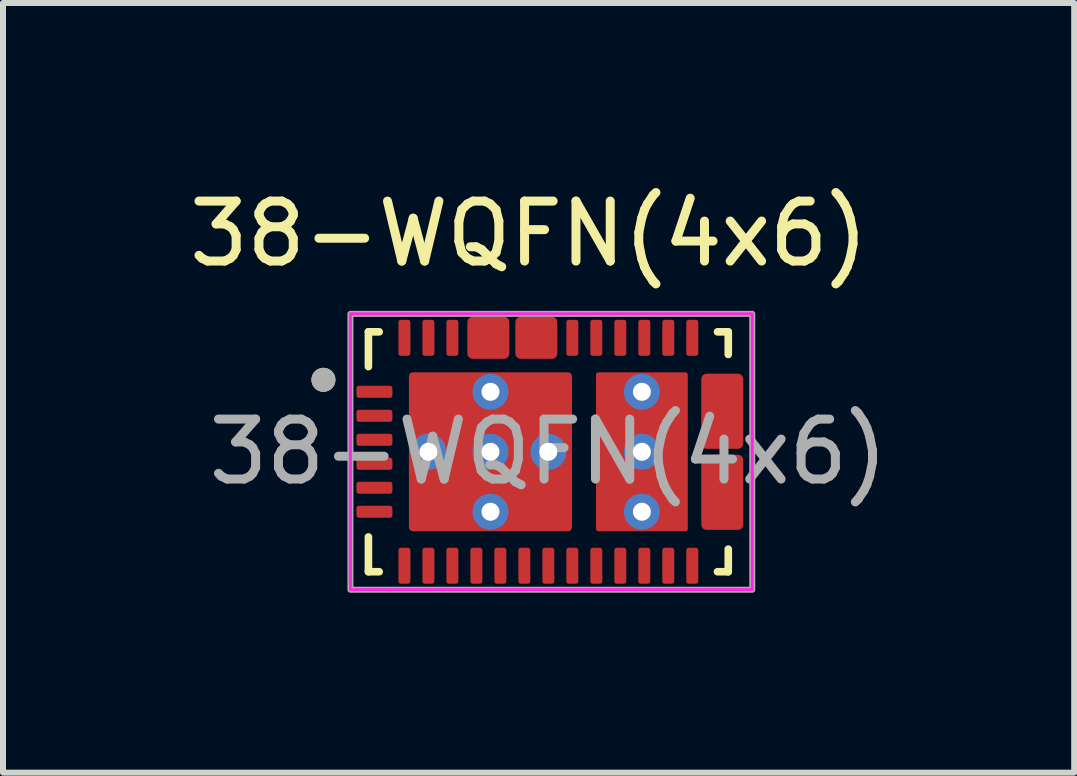
<source format=kicad_pcb>
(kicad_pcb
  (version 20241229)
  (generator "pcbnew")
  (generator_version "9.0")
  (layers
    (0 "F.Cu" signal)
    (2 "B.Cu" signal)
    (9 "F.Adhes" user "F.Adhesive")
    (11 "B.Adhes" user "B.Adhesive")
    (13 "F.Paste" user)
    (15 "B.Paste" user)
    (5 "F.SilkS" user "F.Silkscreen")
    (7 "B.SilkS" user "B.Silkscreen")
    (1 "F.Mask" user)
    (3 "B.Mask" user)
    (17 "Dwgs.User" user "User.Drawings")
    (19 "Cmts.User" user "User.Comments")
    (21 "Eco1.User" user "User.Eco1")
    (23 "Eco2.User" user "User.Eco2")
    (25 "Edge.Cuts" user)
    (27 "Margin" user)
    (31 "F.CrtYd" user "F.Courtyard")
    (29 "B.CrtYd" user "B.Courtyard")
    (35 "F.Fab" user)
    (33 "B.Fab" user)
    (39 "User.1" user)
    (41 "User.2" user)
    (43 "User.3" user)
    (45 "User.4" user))
  (footprint "38-WQFN(4x6)"
    (layer "F.Cu")
    (at 6.093 4.483)
    (property "Reference" "38-WQFN(4x6)" (at -0.325 -3.635 0) (layer "F.SilkS") (effects (font (size 1 1) (thickness 0.15))))
    (attr smd)
    (fp_poly (pts (xy -2.65 -0.85) (xy -3.15 -0.85) (xy -3.155 -0.85) (xy -3.16 -0.851) (xy -3.166 -0.851) (xy -3.171 -0.852) (xy -3.176 -0.853) (xy -3.181 -0.855) (xy -3.186 -0.857) (xy -3.191 -0.859) (xy -3.195 -0.861) (xy -3.2 -0.863) (xy -3.204 -0.866) (xy -3.209 -0.869) (xy -3.213 -0.872) (xy -3.217 -0.876) (xy -3.221 -0.879) (xy -3.224 -0.883) (xy -3.228 -0.887) (xy -3.231 -0.891) (xy -3.234 -0.896) (xy -3.237 -0.9) (xy -3.239 -0.905) (xy -3.241 -0.909) (xy -3.243 -0.914) (xy -3.245 -0.919) (xy -3.247 -0.924) (xy -3.248 -0.929) (xy -3.249 -0.934) (xy -3.249 -0.94) (xy -3.25 -0.945) (xy -3.25 -0.95) (xy -3.25 -1.05) (xy -3.25 -1.055) (xy -3.249 -1.06) (xy -3.249 -1.066) (xy -3.248 -1.071) (xy -3.247 -1.076) (xy -3.245 -1.081) (xy -3.243 -1.086) (xy -3.241 -1.091) (xy -3.239 -1.095) (xy -3.237 -1.1) (xy -3.234 -1.104) (xy -3.231 -1.109) (xy -3.228 -1.113) (xy -3.224 -1.117) (xy -3.221 -1.121) (xy -3.217 -1.124) (xy -3.213 -1.128) (xy -3.209 -1.131) (xy -3.204 -1.134) (xy -3.2 -1.137) (xy -3.195 -1.139) (xy -3.191 -1.141) (xy -3.186 -1.143) (xy -3.181 -1.145) (xy -3.176 -1.147) (xy -3.171 -1.148) (xy -3.166 -1.149) (xy -3.16 -1.149) (xy -3.155 -1.15) (xy -3.15 -1.15) (xy -2.65 -1.15) (xy -2.645 -1.15) (xy -2.64 -1.149) (xy -2.634 -1.149) (xy -2.629 -1.148) (xy -2.624 -1.147) (xy -2.619 -1.145) (xy -2.614 -1.143) (xy -2.609 -1.141) (xy -2.605 -1.139) (xy -2.6 -1.137) (xy -2.596 -1.134) (xy -2.591 -1.131) (xy -2.587 -1.128) (xy -2.583 -1.124) (xy -2.579 -1.121) (xy -2.576 -1.117) (xy -2.572 -1.113) (xy -2.569 -1.109) (xy -2.566 -1.104) (xy -2.563 -1.1) (xy -2.561 -1.095) (xy -2.559 -1.091) (xy -2.557 -1.086) (xy -2.555 -1.081) (xy -2.553 -1.076) (xy -2.552 -1.071) (xy -2.551 -1.066) (xy -2.551 -1.06) (xy -2.55 -1.055) (xy -2.55 -1.05) (xy -2.55 -0.95) (xy -2.55 -0.945) (xy -2.551 -0.94) (xy -2.551 -0.934) (xy -2.552 -0.929) (xy -2.553 -0.924) (xy -2.555 -0.919) (xy -2.557 -0.914) (xy -2.559 -0.909) (xy -2.561 -0.905) (xy -2.563 -0.9) (xy -2.566 -0.896) (xy -2.569 -0.891) (xy -2.572 -0.887) (xy -2.576 -0.883) (xy -2.579 -0.879) (xy -2.583 -0.876) (xy -2.587 -0.872) (xy -2.591 -0.869) (xy -2.596 -0.866) (xy -2.6 -0.863) (xy -2.605 -0.861) (xy -2.609 -0.859) (xy -2.614 -0.857) (xy -2.619 -0.855) (xy -2.624 -0.853) (xy -2.629 -0.852) (xy -2.634 -0.851) (xy -2.64 -0.851) (xy -2.645 -0.85) (xy -2.65 -0.85)) (stroke (width 0.01) (type solid)) (fill yes) (layer "F.Mask"))
    (fp_poly (pts (xy -2.65 -0.45) (xy -3.15 -0.45) (xy -3.155 -0.45) (xy -3.16 -0.451) (xy -3.166 -0.451) (xy -3.171 -0.452) (xy -3.176 -0.453) (xy -3.181 -0.455) (xy -3.186 -0.457) (xy -3.191 -0.459) (xy -3.195 -0.461) (xy -3.2 -0.463) (xy -3.204 -0.466) (xy -3.209 -0.469) (xy -3.213 -0.472) (xy -3.217 -0.476) (xy -3.221 -0.479) (xy -3.224 -0.483) (xy -3.228 -0.487) (xy -3.231 -0.491) (xy -3.234 -0.496) (xy -3.237 -0.5) (xy -3.239 -0.505) (xy -3.241 -0.509) (xy -3.243 -0.514) (xy -3.245 -0.519) (xy -3.247 -0.524) (xy -3.248 -0.529) (xy -3.249 -0.534) (xy -3.249 -0.54) (xy -3.25 -0.545) (xy -3.25 -0.55) (xy -3.25 -0.65) (xy -3.25 -0.655) (xy -3.249 -0.66) (xy -3.249 -0.666) (xy -3.248 -0.671) (xy -3.247 -0.676) (xy -3.245 -0.681) (xy -3.243 -0.686) (xy -3.241 -0.691) (xy -3.239 -0.695) (xy -3.237 -0.7) (xy -3.234 -0.704) (xy -3.231 -0.709) (xy -3.228 -0.713) (xy -3.224 -0.717) (xy -3.221 -0.721) (xy -3.217 -0.724) (xy -3.213 -0.728) (xy -3.209 -0.731) (xy -3.204 -0.734) (xy -3.2 -0.737) (xy -3.195 -0.739) (xy -3.191 -0.741) (xy -3.186 -0.743) (xy -3.181 -0.745) (xy -3.176 -0.747) (xy -3.171 -0.748) (xy -3.166 -0.749) (xy -3.16 -0.749) (xy -3.155 -0.75) (xy -3.15 -0.75) (xy -2.65 -0.75) (xy -2.645 -0.75) (xy -2.64 -0.749) (xy -2.634 -0.749) (xy -2.629 -0.748) (xy -2.624 -0.747) (xy -2.619 -0.745) (xy -2.614 -0.743) (xy -2.609 -0.741) (xy -2.605 -0.739) (xy -2.6 -0.737) (xy -2.596 -0.734) (xy -2.591 -0.731) (xy -2.587 -0.728) (xy -2.583 -0.724) (xy -2.579 -0.721) (xy -2.576 -0.717) (xy -2.572 -0.713) (xy -2.569 -0.709) (xy -2.566 -0.704) (xy -2.563 -0.7) (xy -2.561 -0.695) (xy -2.559 -0.691) (xy -2.557 -0.686) (xy -2.555 -0.681) (xy -2.553 -0.676) (xy -2.552 -0.671) (xy -2.551 -0.666) (xy -2.551 -0.66) (xy -2.55 -0.655) (xy -2.55 -0.65) (xy -2.55 -0.55) (xy -2.55 -0.545) (xy -2.551 -0.54) (xy -2.551 -0.534) (xy -2.552 -0.529) (xy -2.553 -0.524) (xy -2.555 -0.519) (xy -2.557 -0.514) (xy -2.559 -0.509) (xy -2.561 -0.505) (xy -2.563 -0.5) (xy -2.566 -0.496) (xy -2.569 -0.491) (xy -2.572 -0.487) (xy -2.576 -0.483) (xy -2.579 -0.479) (xy -2.583 -0.476) (xy -2.587 -0.472) (xy -2.591 -0.469) (xy -2.596 -0.466) (xy -2.6 -0.463) (xy -2.605 -0.461) (xy -2.609 -0.459) (xy -2.614 -0.457) (xy -2.619 -0.455) (xy -2.624 -0.453) (xy -2.629 -0.452) (xy -2.634 -0.451) (xy -2.64 -0.451) (xy -2.645 -0.45) (xy -2.65 -0.45)) (stroke (width 0.01) (type solid)) (fill yes) (layer "F.Mask"))
    (fp_poly (pts (xy -2.65 -0.05) (xy -3.15 -0.05) (xy -3.155 -0.05) (xy -3.16 -0.051) (xy -3.166 -0.051) (xy -3.171 -0.052) (xy -3.176 -0.053) (xy -3.181 -0.055) (xy -3.186 -0.057) (xy -3.191 -0.059) (xy -3.195 -0.061) (xy -3.2 -0.063) (xy -3.204 -0.066) (xy -3.209 -0.069) (xy -3.213 -0.072) (xy -3.217 -0.076) (xy -3.221 -0.079) (xy -3.224 -0.083) (xy -3.228 -0.087) (xy -3.231 -0.091) (xy -3.234 -0.096) (xy -3.237 -0.1) (xy -3.239 -0.105) (xy -3.241 -0.109) (xy -3.243 -0.114) (xy -3.245 -0.119) (xy -3.247 -0.124) (xy -3.248 -0.129) (xy -3.249 -0.134) (xy -3.249 -0.14) (xy -3.25 -0.145) (xy -3.25 -0.15) (xy -3.25 -0.25) (xy -3.25 -0.255) (xy -3.249 -0.26) (xy -3.249 -0.266) (xy -3.248 -0.271) (xy -3.247 -0.276) (xy -3.245 -0.281) (xy -3.243 -0.286) (xy -3.241 -0.291) (xy -3.239 -0.295) (xy -3.237 -0.3) (xy -3.234 -0.304) (xy -3.231 -0.309) (xy -3.228 -0.313) (xy -3.224 -0.317) (xy -3.221 -0.321) (xy -3.217 -0.324) (xy -3.213 -0.328) (xy -3.209 -0.331) (xy -3.204 -0.334) (xy -3.2 -0.337) (xy -3.195 -0.339) (xy -3.191 -0.341) (xy -3.186 -0.343) (xy -3.181 -0.345) (xy -3.176 -0.347) (xy -3.171 -0.348) (xy -3.166 -0.349) (xy -3.16 -0.349) (xy -3.155 -0.35) (xy -3.15 -0.35) (xy -2.65 -0.35) (xy -2.645 -0.35) (xy -2.64 -0.349) (xy -2.634 -0.349) (xy -2.629 -0.348) (xy -2.624 -0.347) (xy -2.619 -0.345) (xy -2.614 -0.343) (xy -2.609 -0.341) (xy -2.605 -0.339) (xy -2.6 -0.337) (xy -2.596 -0.334) (xy -2.591 -0.331) (xy -2.587 -0.328) (xy -2.583 -0.324) (xy -2.579 -0.321) (xy -2.576 -0.317) (xy -2.572 -0.313) (xy -2.569 -0.309) (xy -2.566 -0.304) (xy -2.563 -0.3) (xy -2.561 -0.295) (xy -2.559 -0.291) (xy -2.557 -0.286) (xy -2.555 -0.281) (xy -2.553 -0.276) (xy -2.552 -0.271) (xy -2.551 -0.266) (xy -2.551 -0.26) (xy -2.55 -0.255) (xy -2.55 -0.25) (xy -2.55 -0.15) (xy -2.55 -0.145) (xy -2.551 -0.14) (xy -2.551 -0.134) (xy -2.552 -0.129) (xy -2.553 -0.124) (xy -2.555 -0.119) (xy -2.557 -0.114) (xy -2.559 -0.109) (xy -2.561 -0.105) (xy -2.563 -0.1) (xy -2.566 -0.096) (xy -2.569 -0.091) (xy -2.572 -0.087) (xy -2.576 -0.083) (xy -2.579 -0.079) (xy -2.583 -0.076) (xy -2.587 -0.072) (xy -2.591 -0.069) (xy -2.596 -0.066) (xy -2.6 -0.063) (xy -2.605 -0.061) (xy -2.609 -0.059) (xy -2.614 -0.057) (xy -2.619 -0.055) (xy -2.624 -0.053) (xy -2.629 -0.052) (xy -2.634 -0.051) (xy -2.64 -0.051) (xy -2.645 -0.05) (xy -2.65 -0.05)) (stroke (width 0.01) (type solid)) (fill yes) (layer "F.Mask"))
    (fp_poly (pts (xy -2.65 0.35) (xy -3.15 0.35) (xy -3.155 0.35) (xy -3.16 0.349) (xy -3.166 0.349) (xy -3.171 0.348) (xy -3.176 0.347) (xy -3.181 0.345) (xy -3.186 0.343) (xy -3.191 0.341) (xy -3.195 0.339) (xy -3.2 0.337) (xy -3.204 0.334) (xy -3.209 0.331) (xy -3.213 0.328) (xy -3.217 0.324) (xy -3.221 0.321) (xy -3.224 0.317) (xy -3.228 0.313) (xy -3.231 0.309) (xy -3.234 0.304) (xy -3.237 0.3) (xy -3.239 0.295) (xy -3.241 0.291) (xy -3.243 0.286) (xy -3.245 0.281) (xy -3.247 0.276) (xy -3.248 0.271) (xy -3.249 0.266) (xy -3.249 0.26) (xy -3.25 0.255) (xy -3.25 0.25) (xy -3.25 0.15) (xy -3.25 0.145) (xy -3.249 0.14) (xy -3.249 0.134) (xy -3.248 0.129) (xy -3.247 0.124) (xy -3.245 0.119) (xy -3.243 0.114) (xy -3.241 0.109) (xy -3.239 0.105) (xy -3.237 0.1) (xy -3.234 0.096) (xy -3.231 0.091) (xy -3.228 0.087) (xy -3.224 0.083) (xy -3.221 0.079) (xy -3.217 0.076) (xy -3.213 0.072) (xy -3.209 0.069) (xy -3.204 0.066) (xy -3.2 0.063) (xy -3.195 0.061) (xy -3.191 0.059) (xy -3.186 0.057) (xy -3.181 0.055) (xy -3.176 0.053) (xy -3.171 0.052) (xy -3.166 0.051) (xy -3.16 0.051) (xy -3.155 0.05) (xy -3.15 0.05) (xy -2.65 0.05) (xy -2.645 0.05) (xy -2.64 0.051) (xy -2.634 0.051) (xy -2.629 0.052) (xy -2.624 0.053) (xy -2.619 0.055) (xy -2.614 0.057) (xy -2.609 0.059) (xy -2.605 0.061) (xy -2.6 0.063) (xy -2.596 0.066) (xy -2.591 0.069) (xy -2.587 0.072) (xy -2.583 0.076) (xy -2.579 0.079) (xy -2.576 0.083) (xy -2.572 0.087) (xy -2.569 0.091) (xy -2.566 0.096) (xy -2.563 0.1) (xy -2.561 0.105) (xy -2.559 0.109) (xy -2.557 0.114) (xy -2.555 0.119) (xy -2.553 0.124) (xy -2.552 0.129) (xy -2.551 0.134) (xy -2.551 0.14) (xy -2.55 0.145) (xy -2.55 0.15) (xy -2.55 0.25) (xy -2.55 0.255) (xy -2.551 0.26) (xy -2.551 0.266) (xy -2.552 0.271) (xy -2.553 0.276) (xy -2.555 0.281) (xy -2.557 0.286) (xy -2.559 0.291) (xy -2.561 0.295) (xy -2.563 0.3) (xy -2.566 0.304) (xy -2.569 0.309) (xy -2.572 0.313) (xy -2.576 0.317) (xy -2.579 0.321) (xy -2.583 0.324) (xy -2.587 0.328) (xy -2.591 0.331) (xy -2.596 0.334) (xy -2.6 0.337) (xy -2.605 0.339) (xy -2.609 0.341) (xy -2.614 0.343) (xy -2.619 0.345) (xy -2.624 0.347) (xy -2.629 0.348) (xy -2.634 0.349) (xy -2.64 0.349) (xy -2.645 0.35) (xy -2.65 0.35)) (stroke (width 0.01) (type solid)) (fill yes) (layer "F.Mask"))
    (fp_poly (pts (xy -2.65 0.75) (xy -3.15 0.75) (xy -3.155 0.75) (xy -3.16 0.749) (xy -3.166 0.749) (xy -3.171 0.748) (xy -3.176 0.747) (xy -3.181 0.745) (xy -3.186 0.743) (xy -3.191 0.741) (xy -3.195 0.739) (xy -3.2 0.737) (xy -3.204 0.734) (xy -3.209 0.731) (xy -3.213 0.728) (xy -3.217 0.724) (xy -3.221 0.721) (xy -3.224 0.717) (xy -3.228 0.713) (xy -3.231 0.709) (xy -3.234 0.704) (xy -3.237 0.7) (xy -3.239 0.695) (xy -3.241 0.691) (xy -3.243 0.686) (xy -3.245 0.681) (xy -3.247 0.676) (xy -3.248 0.671) (xy -3.249 0.666) (xy -3.249 0.66) (xy -3.25 0.655) (xy -3.25 0.65) (xy -3.25 0.55) (xy -3.25 0.545) (xy -3.249 0.54) (xy -3.249 0.534) (xy -3.248 0.529) (xy -3.247 0.524) (xy -3.245 0.519) (xy -3.243 0.514) (xy -3.241 0.509) (xy -3.239 0.505) (xy -3.237 0.5) (xy -3.234 0.496) (xy -3.231 0.491) (xy -3.228 0.487) (xy -3.224 0.483) (xy -3.221 0.479) (xy -3.217 0.476) (xy -3.213 0.472) (xy -3.209 0.469) (xy -3.204 0.466) (xy -3.2 0.463) (xy -3.195 0.461) (xy -3.191 0.459) (xy -3.186 0.457) (xy -3.181 0.455) (xy -3.176 0.453) (xy -3.171 0.452) (xy -3.166 0.451) (xy -3.16 0.451) (xy -3.155 0.45) (xy -3.15 0.45) (xy -2.65 0.45) (xy -2.645 0.45) (xy -2.64 0.451) (xy -2.634 0.451) (xy -2.629 0.452) (xy -2.624 0.453) (xy -2.619 0.455) (xy -2.614 0.457) (xy -2.609 0.459) (xy -2.605 0.461) (xy -2.6 0.463) (xy -2.596 0.466) (xy -2.591 0.469) (xy -2.587 0.472) (xy -2.583 0.476) (xy -2.579 0.479) (xy -2.576 0.483) (xy -2.572 0.487) (xy -2.569 0.491) (xy -2.566 0.496) (xy -2.563 0.5) (xy -2.561 0.505) (xy -2.559 0.509) (xy -2.557 0.514) (xy -2.555 0.519) (xy -2.553 0.524) (xy -2.552 0.529) (xy -2.551 0.534) (xy -2.551 0.54) (xy -2.55 0.545) (xy -2.55 0.55) (xy -2.55 0.65) (xy -2.55 0.655) (xy -2.551 0.66) (xy -2.551 0.666) (xy -2.552 0.671) (xy -2.553 0.676) (xy -2.555 0.681) (xy -2.557 0.686) (xy -2.559 0.691) (xy -2.561 0.695) (xy -2.563 0.7) (xy -2.566 0.704) (xy -2.569 0.709) (xy -2.572 0.713) (xy -2.576 0.717) (xy -2.579 0.721) (xy -2.583 0.724) (xy -2.587 0.728) (xy -2.591 0.731) (xy -2.596 0.734) (xy -2.6 0.737) (xy -2.605 0.739) (xy -2.609 0.741) (xy -2.614 0.743) (xy -2.619 0.745) (xy -2.624 0.747) (xy -2.629 0.748) (xy -2.634 0.749) (xy -2.64 0.749) (xy -2.645 0.75) (xy -2.65 0.75)) (stroke (width 0.01) (type solid)) (fill yes) (layer "F.Mask"))
    (fp_poly (pts (xy -2.65 1.15) (xy -3.15 1.15) (xy -3.155 1.15) (xy -3.16 1.149) (xy -3.166 1.149) (xy -3.171 1.148) (xy -3.176 1.147) (xy -3.181 1.145) (xy -3.186 1.143) (xy -3.191 1.141) (xy -3.195 1.139) (xy -3.2 1.137) (xy -3.204 1.134) (xy -3.209 1.131) (xy -3.213 1.128) (xy -3.217 1.124) (xy -3.221 1.121) (xy -3.224 1.117) (xy -3.228 1.113) (xy -3.231 1.109) (xy -3.234 1.104) (xy -3.237 1.1) (xy -3.239 1.095) (xy -3.241 1.091) (xy -3.243 1.086) (xy -3.245 1.081) (xy -3.247 1.076) (xy -3.248 1.071) (xy -3.249 1.066) (xy -3.249 1.06) (xy -3.25 1.055) (xy -3.25 1.05) (xy -3.25 0.95) (xy -3.25 0.945) (xy -3.249 0.94) (xy -3.249 0.934) (xy -3.248 0.929) (xy -3.247 0.924) (xy -3.245 0.919) (xy -3.243 0.914) (xy -3.241 0.909) (xy -3.239 0.905) (xy -3.237 0.9) (xy -3.234 0.896) (xy -3.231 0.891) (xy -3.228 0.887) (xy -3.224 0.883) (xy -3.221 0.879) (xy -3.217 0.876) (xy -3.213 0.872) (xy -3.209 0.869) (xy -3.204 0.866) (xy -3.2 0.863) (xy -3.195 0.861) (xy -3.191 0.859) (xy -3.186 0.857) (xy -3.181 0.855) (xy -3.176 0.853) (xy -3.171 0.852) (xy -3.166 0.851) (xy -3.16 0.851) (xy -3.155 0.85) (xy -3.15 0.85) (xy -2.65 0.85) (xy -2.645 0.85) (xy -2.64 0.851) (xy -2.634 0.851) (xy -2.629 0.852) (xy -2.624 0.853) (xy -2.619 0.855) (xy -2.614 0.857) (xy -2.609 0.859) (xy -2.605 0.861) (xy -2.6 0.863) (xy -2.596 0.866) (xy -2.591 0.869) (xy -2.587 0.872) (xy -2.583 0.876) (xy -2.579 0.879) (xy -2.576 0.883) (xy -2.572 0.887) (xy -2.569 0.891) (xy -2.566 0.896) (xy -2.563 0.9) (xy -2.561 0.905) (xy -2.559 0.909) (xy -2.557 0.914) (xy -2.555 0.919) (xy -2.553 0.924) (xy -2.552 0.929) (xy -2.551 0.934) (xy -2.551 0.94) (xy -2.55 0.945) (xy -2.55 0.95) (xy -2.55 1.05) (xy -2.55 1.055) (xy -2.551 1.06) (xy -2.551 1.066) (xy -2.552 1.071) (xy -2.553 1.076) (xy -2.555 1.081) (xy -2.557 1.086) (xy -2.559 1.091) (xy -2.561 1.095) (xy -2.563 1.1) (xy -2.566 1.104) (xy -2.569 1.109) (xy -2.572 1.113) (xy -2.576 1.117) (xy -2.579 1.121) (xy -2.583 1.124) (xy -2.587 1.128) (xy -2.591 1.131) (xy -2.596 1.134) (xy -2.6 1.137) (xy -2.605 1.139) (xy -2.609 1.141) (xy -2.614 1.143) (xy -2.619 1.145) (xy -2.624 1.147) (xy -2.629 1.148) (xy -2.634 1.149) (xy -2.64 1.149) (xy -2.645 1.15) (xy -2.65 1.15)) (stroke (width 0.01) (type solid)) (fill yes) (layer "F.Mask"))
    (fp_poly (pts (xy -2.55 -1.65) (xy -2.55 -2.15) (xy -2.55 -2.155) (xy -2.549 -2.16) (xy -2.549 -2.166) (xy -2.548 -2.171) (xy -2.547 -2.176) (xy -2.545 -2.181) (xy -2.543 -2.186) (xy -2.541 -2.191) (xy -2.539 -2.195) (xy -2.537 -2.2) (xy -2.534 -2.204) (xy -2.531 -2.209) (xy -2.528 -2.213) (xy -2.524 -2.217) (xy -2.521 -2.221) (xy -2.517 -2.224) (xy -2.513 -2.228) (xy -2.509 -2.231) (xy -2.504 -2.234) (xy -2.5 -2.237) (xy -2.495 -2.239) (xy -2.491 -2.241) (xy -2.486 -2.243) (xy -2.481 -2.245) (xy -2.476 -2.247) (xy -2.471 -2.248) (xy -2.466 -2.249) (xy -2.46 -2.249) (xy -2.455 -2.25) (xy -2.45 -2.25) (xy -2.35 -2.25) (xy -2.345 -2.25) (xy -2.34 -2.249) (xy -2.334 -2.249) (xy -2.329 -2.248) (xy -2.324 -2.247) (xy -2.319 -2.245) (xy -2.314 -2.243) (xy -2.309 -2.241) (xy -2.305 -2.239) (xy -2.3 -2.237) (xy -2.296 -2.234) (xy -2.291 -2.231) (xy -2.287 -2.228) (xy -2.283 -2.224) (xy -2.279 -2.221) (xy -2.276 -2.217) (xy -2.272 -2.213) (xy -2.269 -2.209) (xy -2.266 -2.204) (xy -2.263 -2.2) (xy -2.261 -2.195) (xy -2.259 -2.191) (xy -2.257 -2.186) (xy -2.255 -2.181) (xy -2.253 -2.176) (xy -2.252 -2.171) (xy -2.251 -2.166) (xy -2.251 -2.16) (xy -2.25 -2.155) (xy -2.25 -2.15) (xy -2.25 -1.65) (xy -2.25 -1.645) (xy -2.251 -1.64) (xy -2.251 -1.634) (xy -2.252 -1.629) (xy -2.253 -1.624) (xy -2.255 -1.619) (xy -2.257 -1.614) (xy -2.259 -1.609) (xy -2.261 -1.605) (xy -2.263 -1.6) (xy -2.266 -1.596) (xy -2.269 -1.591) (xy -2.272 -1.587) (xy -2.276 -1.583) (xy -2.279 -1.579) (xy -2.283 -1.576) (xy -2.287 -1.572) (xy -2.291 -1.569) (xy -2.296 -1.566) (xy -2.3 -1.563) (xy -2.305 -1.561) (xy -2.309 -1.559) (xy -2.314 -1.557) (xy -2.319 -1.555) (xy -2.324 -1.553) (xy -2.329 -1.552) (xy -2.334 -1.551) (xy -2.34 -1.551) (xy -2.345 -1.55) (xy -2.35 -1.55) (xy -2.45 -1.55) (xy -2.455 -1.55) (xy -2.46 -1.551) (xy -2.466 -1.551) (xy -2.471 -1.552) (xy -2.476 -1.553) (xy -2.481 -1.555) (xy -2.486 -1.557) (xy -2.491 -1.559) (xy -2.495 -1.561) (xy -2.5 -1.563) (xy -2.504 -1.566) (xy -2.509 -1.569) (xy -2.513 -1.572) (xy -2.517 -1.576) (xy -2.521 -1.579) (xy -2.524 -1.583) (xy -2.528 -1.587) (xy -2.531 -1.591) (xy -2.534 -1.596) (xy -2.537 -1.6) (xy -2.539 -1.605) (xy -2.541 -1.609) (xy -2.543 -1.614) (xy -2.545 -1.619) (xy -2.547 -1.624) (xy -2.548 -1.629) (xy -2.549 -1.634) (xy -2.549 -1.64) (xy -2.55 -1.645) (xy -2.55 -1.65)) (stroke (width 0.01) (type solid)) (fill yes) (layer "F.Mask"))
    (fp_poly (pts (xy -2.25 1.65) (xy -2.25 2.15) (xy -2.25 2.155) (xy -2.251 2.16) (xy -2.251 2.166) (xy -2.252 2.171) (xy -2.253 2.176) (xy -2.255 2.181) (xy -2.257 2.186) (xy -2.259 2.191) (xy -2.261 2.195) (xy -2.263 2.2) (xy -2.266 2.204) (xy -2.269 2.209) (xy -2.272 2.213) (xy -2.276 2.217) (xy -2.279 2.221) (xy -2.283 2.224) (xy -2.287 2.228) (xy -2.291 2.231) (xy -2.296 2.234) (xy -2.3 2.237) (xy -2.305 2.239) (xy -2.309 2.241) (xy -2.314 2.243) (xy -2.319 2.245) (xy -2.324 2.247) (xy -2.329 2.248) (xy -2.334 2.249) (xy -2.34 2.249) (xy -2.345 2.25) (xy -2.35 2.25) (xy -2.45 2.25) (xy -2.455 2.25) (xy -2.46 2.249) (xy -2.466 2.249) (xy -2.471 2.248) (xy -2.476 2.247) (xy -2.481 2.245) (xy -2.486 2.243) (xy -2.491 2.241) (xy -2.495 2.239) (xy -2.5 2.237) (xy -2.504 2.234) (xy -2.509 2.231) (xy -2.513 2.228) (xy -2.517 2.224) (xy -2.521 2.221) (xy -2.524 2.217) (xy -2.528 2.213) (xy -2.531 2.209) (xy -2.534 2.204) (xy -2.537 2.2) (xy -2.539 2.195) (xy -2.541 2.191) (xy -2.543 2.186) (xy -2.545 2.181) (xy -2.547 2.176) (xy -2.548 2.171) (xy -2.549 2.166) (xy -2.549 2.16) (xy -2.55 2.155) (xy -2.55 2.15) (xy -2.55 1.65) (xy -2.55 1.645) (xy -2.549 1.64) (xy -2.549 1.634) (xy -2.548 1.629) (xy -2.547 1.624) (xy -2.545 1.619) (xy -2.543 1.614) (xy -2.541 1.609) (xy -2.539 1.605) (xy -2.537 1.6) (xy -2.534 1.596) (xy -2.531 1.591) (xy -2.528 1.587) (xy -2.524 1.583) (xy -2.521 1.579) (xy -2.517 1.576) (xy -2.513 1.572) (xy -2.509 1.569) (xy -2.504 1.566) (xy -2.5 1.563) (xy -2.495 1.561) (xy -2.491 1.559) (xy -2.486 1.557) (xy -2.481 1.555) (xy -2.476 1.553) (xy -2.471 1.552) (xy -2.466 1.551) (xy -2.46 1.551) (xy -2.455 1.55) (xy -2.45 1.55) (xy -2.35 1.55) (xy -2.345 1.55) (xy -2.34 1.551) (xy -2.334 1.551) (xy -2.329 1.552) (xy -2.324 1.553) (xy -2.319 1.555) (xy -2.314 1.557) (xy -2.309 1.559) (xy -2.305 1.561) (xy -2.3 1.563) (xy -2.296 1.566) (xy -2.291 1.569) (xy -2.287 1.572) (xy -2.283 1.576) (xy -2.279 1.579) (xy -2.276 1.583) (xy -2.272 1.587) (xy -2.269 1.591) (xy -2.266 1.596) (xy -2.263 1.6) (xy -2.261 1.605) (xy -2.259 1.609) (xy -2.257 1.614) (xy -2.255 1.619) (xy -2.253 1.624) (xy -2.252 1.629) (xy -2.251 1.634) (xy -2.251 1.64) (xy -2.25 1.645) (xy -2.25 1.65)) (stroke (width 0.01) (type solid)) (fill yes) (layer "F.Mask"))
    (fp_poly (pts (xy -2.15 -1.65) (xy -2.15 -2.15) (xy -2.15 -2.155) (xy -2.149 -2.16) (xy -2.149 -2.166) (xy -2.148 -2.171) (xy -2.147 -2.176) (xy -2.145 -2.181) (xy -2.143 -2.186) (xy -2.141 -2.191) (xy -2.139 -2.195) (xy -2.137 -2.2) (xy -2.134 -2.204) (xy -2.131 -2.209) (xy -2.128 -2.213) (xy -2.124 -2.217) (xy -2.121 -2.221) (xy -2.117 -2.224) (xy -2.113 -2.228) (xy -2.109 -2.231) (xy -2.104 -2.234) (xy -2.1 -2.237) (xy -2.095 -2.239) (xy -2.091 -2.241) (xy -2.086 -2.243) (xy -2.081 -2.245) (xy -2.076 -2.247) (xy -2.071 -2.248) (xy -2.066 -2.249) (xy -2.06 -2.249) (xy -2.055 -2.25) (xy -2.05 -2.25) (xy -1.95 -2.25) (xy -1.945 -2.25) (xy -1.94 -2.249) (xy -1.934 -2.249) (xy -1.929 -2.248) (xy -1.924 -2.247) (xy -1.919 -2.245) (xy -1.914 -2.243) (xy -1.909 -2.241) (xy -1.905 -2.239) (xy -1.9 -2.237) (xy -1.896 -2.234) (xy -1.891 -2.231) (xy -1.887 -2.228) (xy -1.883 -2.224) (xy -1.879 -2.221) (xy -1.876 -2.217) (xy -1.872 -2.213) (xy -1.869 -2.209) (xy -1.866 -2.204) (xy -1.863 -2.2) (xy -1.861 -2.195) (xy -1.859 -2.191) (xy -1.857 -2.186) (xy -1.855 -2.181) (xy -1.853 -2.176) (xy -1.852 -2.171) (xy -1.851 -2.166) (xy -1.851 -2.16) (xy -1.85 -2.155) (xy -1.85 -2.15) (xy -1.85 -1.65) (xy -1.85 -1.645) (xy -1.851 -1.64) (xy -1.851 -1.634) (xy -1.852 -1.629) (xy -1.853 -1.624) (xy -1.855 -1.619) (xy -1.857 -1.614) (xy -1.859 -1.609) (xy -1.861 -1.605) (xy -1.863 -1.6) (xy -1.866 -1.596) (xy -1.869 -1.591) (xy -1.872 -1.587) (xy -1.876 -1.583) (xy -1.879 -1.579) (xy -1.883 -1.576) (xy -1.887 -1.572) (xy -1.891 -1.569) (xy -1.896 -1.566) (xy -1.9 -1.563) (xy -1.905 -1.561) (xy -1.909 -1.559) (xy -1.914 -1.557) (xy -1.919 -1.555) (xy -1.924 -1.553) (xy -1.929 -1.552) (xy -1.934 -1.551) (xy -1.94 -1.551) (xy -1.945 -1.55) (xy -1.95 -1.55) (xy -2.05 -1.55) (xy -2.055 -1.55) (xy -2.06 -1.551) (xy -2.066 -1.551) (xy -2.071 -1.552) (xy -2.076 -1.553) (xy -2.081 -1.555) (xy -2.086 -1.557) (xy -2.091 -1.559) (xy -2.095 -1.561) (xy -2.1 -1.563) (xy -2.104 -1.566) (xy -2.109 -1.569) (xy -2.113 -1.572) (xy -2.117 -1.576) (xy -2.121 -1.579) (xy -2.124 -1.583) (xy -2.128 -1.587) (xy -2.131 -1.591) (xy -2.134 -1.596) (xy -2.137 -1.6) (xy -2.139 -1.605) (xy -2.141 -1.609) (xy -2.143 -1.614) (xy -2.145 -1.619) (xy -2.147 -1.624) (xy -2.148 -1.629) (xy -2.149 -1.634) (xy -2.149 -1.64) (xy -2.15 -1.645) (xy -2.15 -1.65)) (stroke (width 0.01) (type solid)) (fill yes) (layer "F.Mask"))
    (fp_poly (pts (xy -1.85 1.65) (xy -1.85 2.15) (xy -1.85 2.155) (xy -1.851 2.16) (xy -1.851 2.166) (xy -1.852 2.171) (xy -1.853 2.176) (xy -1.855 2.181) (xy -1.857 2.186) (xy -1.859 2.191) (xy -1.861 2.195) (xy -1.863 2.2) (xy -1.866 2.204) (xy -1.869 2.209) (xy -1.872 2.213) (xy -1.876 2.217) (xy -1.879 2.221) (xy -1.883 2.224) (xy -1.887 2.228) (xy -1.891 2.231) (xy -1.896 2.234) (xy -1.9 2.237) (xy -1.905 2.239) (xy -1.909 2.241) (xy -1.914 2.243) (xy -1.919 2.245) (xy -1.924 2.247) (xy -1.929 2.248) (xy -1.934 2.249) (xy -1.94 2.249) (xy -1.945 2.25) (xy -1.95 2.25) (xy -2.05 2.25) (xy -2.055 2.25) (xy -2.06 2.249) (xy -2.066 2.249) (xy -2.071 2.248) (xy -2.076 2.247) (xy -2.081 2.245) (xy -2.086 2.243) (xy -2.091 2.241) (xy -2.095 2.239) (xy -2.1 2.237) (xy -2.104 2.234) (xy -2.109 2.231) (xy -2.113 2.228) (xy -2.117 2.224) (xy -2.121 2.221) (xy -2.124 2.217) (xy -2.128 2.213) (xy -2.131 2.209) (xy -2.134 2.204) (xy -2.137 2.2) (xy -2.139 2.195) (xy -2.141 2.191) (xy -2.143 2.186) (xy -2.145 2.181) (xy -2.147 2.176) (xy -2.148 2.171) (xy -2.149 2.166) (xy -2.149 2.16) (xy -2.15 2.155) (xy -2.15 2.15) (xy -2.15 1.65) (xy -2.15 1.645) (xy -2.149 1.64) (xy -2.149 1.634) (xy -2.148 1.629) (xy -2.147 1.624) (xy -2.145 1.619) (xy -2.143 1.614) (xy -2.141 1.609) (xy -2.139 1.605) (xy -2.137 1.6) (xy -2.134 1.596) (xy -2.131 1.591) (xy -2.128 1.587) (xy -2.124 1.583) (xy -2.121 1.579) (xy -2.117 1.576) (xy -2.113 1.572) (xy -2.109 1.569) (xy -2.104 1.566) (xy -2.1 1.563) (xy -2.095 1.561) (xy -2.091 1.559) (xy -2.086 1.557) (xy -2.081 1.555) (xy -2.076 1.553) (xy -2.071 1.552) (xy -2.066 1.551) (xy -2.06 1.551) (xy -2.055 1.55) (xy -2.05 1.55) (xy -1.95 1.55) (xy -1.945 1.55) (xy -1.94 1.551) (xy -1.934 1.551) (xy -1.929 1.552) (xy -1.924 1.553) (xy -1.919 1.555) (xy -1.914 1.557) (xy -1.909 1.559) (xy -1.905 1.561) (xy -1.9 1.563) (xy -1.896 1.566) (xy -1.891 1.569) (xy -1.887 1.572) (xy -1.883 1.576) (xy -1.879 1.579) (xy -1.876 1.583) (xy -1.872 1.587) (xy -1.869 1.591) (xy -1.866 1.596) (xy -1.863 1.6) (xy -1.861 1.605) (xy -1.859 1.609) (xy -1.857 1.614) (xy -1.855 1.619) (xy -1.853 1.624) (xy -1.852 1.629) (xy -1.851 1.634) (xy -1.851 1.64) (xy -1.85 1.645) (xy -1.85 1.65)) (stroke (width 0.01) (type solid)) (fill yes) (layer "F.Mask"))
    (fp_poly (pts (xy -1.75 -1.65) (xy -1.75 -2.15) (xy -1.75 -2.155) (xy -1.749 -2.16) (xy -1.749 -2.166) (xy -1.748 -2.171) (xy -1.747 -2.176) (xy -1.745 -2.181) (xy -1.743 -2.186) (xy -1.741 -2.191) (xy -1.739 -2.195) (xy -1.737 -2.2) (xy -1.734 -2.204) (xy -1.731 -2.209) (xy -1.728 -2.213) (xy -1.724 -2.217) (xy -1.721 -2.221) (xy -1.717 -2.224) (xy -1.713 -2.228) (xy -1.709 -2.231) (xy -1.704 -2.234) (xy -1.7 -2.237) (xy -1.695 -2.239) (xy -1.691 -2.241) (xy -1.686 -2.243) (xy -1.681 -2.245) (xy -1.676 -2.247) (xy -1.671 -2.248) (xy -1.666 -2.249) (xy -1.66 -2.249) (xy -1.655 -2.25) (xy -1.65 -2.25) (xy -1.55 -2.25) (xy -1.545 -2.25) (xy -1.54 -2.249) (xy -1.534 -2.249) (xy -1.529 -2.248) (xy -1.524 -2.247) (xy -1.519 -2.245) (xy -1.514 -2.243) (xy -1.509 -2.241) (xy -1.505 -2.239) (xy -1.5 -2.237) (xy -1.496 -2.234) (xy -1.491 -2.231) (xy -1.487 -2.228) (xy -1.483 -2.224) (xy -1.479 -2.221) (xy -1.476 -2.217) (xy -1.472 -2.213) (xy -1.469 -2.209) (xy -1.466 -2.204) (xy -1.463 -2.2) (xy -1.461 -2.195) (xy -1.459 -2.191) (xy -1.457 -2.186) (xy -1.455 -2.181) (xy -1.453 -2.176) (xy -1.452 -2.171) (xy -1.451 -2.166) (xy -1.451 -2.16) (xy -1.45 -2.155) (xy -1.45 -2.15) (xy -1.45 -1.65) (xy -1.45 -1.645) (xy -1.451 -1.64) (xy -1.451 -1.634) (xy -1.452 -1.629) (xy -1.453 -1.624) (xy -1.455 -1.619) (xy -1.457 -1.614) (xy -1.459 -1.609) (xy -1.461 -1.605) (xy -1.463 -1.6) (xy -1.466 -1.596) (xy -1.469 -1.591) (xy -1.472 -1.587) (xy -1.476 -1.583) (xy -1.479 -1.579) (xy -1.483 -1.576) (xy -1.487 -1.572) (xy -1.491 -1.569) (xy -1.496 -1.566) (xy -1.5 -1.563) (xy -1.505 -1.561) (xy -1.509 -1.559) (xy -1.514 -1.557) (xy -1.519 -1.555) (xy -1.524 -1.553) (xy -1.529 -1.552) (xy -1.534 -1.551) (xy -1.54 -1.551) (xy -1.545 -1.55) (xy -1.55 -1.55) (xy -1.65 -1.55) (xy -1.655 -1.55) (xy -1.66 -1.551) (xy -1.666 -1.551) (xy -1.671 -1.552) (xy -1.676 -1.553) (xy -1.681 -1.555) (xy -1.686 -1.557) (xy -1.691 -1.559) (xy -1.695 -1.561) (xy -1.7 -1.563) (xy -1.704 -1.566) (xy -1.709 -1.569) (xy -1.713 -1.572) (xy -1.717 -1.576) (xy -1.721 -1.579) (xy -1.724 -1.583) (xy -1.728 -1.587) (xy -1.731 -1.591) (xy -1.734 -1.596) (xy -1.737 -1.6) (xy -1.739 -1.605) (xy -1.741 -1.609) (xy -1.743 -1.614) (xy -1.745 -1.619) (xy -1.747 -1.624) (xy -1.748 -1.629) (xy -1.749 -1.634) (xy -1.749 -1.64) (xy -1.75 -1.645) (xy -1.75 -1.65)) (stroke (width 0.01) (type solid)) (fill yes) (layer "F.Mask"))
    (fp_poly (pts (xy -1.45 1.65) (xy -1.45 2.15) (xy -1.45 2.155) (xy -1.451 2.16) (xy -1.451 2.166) (xy -1.452 2.171) (xy -1.453 2.176) (xy -1.455 2.181) (xy -1.457 2.186) (xy -1.459 2.191) (xy -1.461 2.195) (xy -1.463 2.2) (xy -1.466 2.204) (xy -1.469 2.209) (xy -1.472 2.213) (xy -1.476 2.217) (xy -1.479 2.221) (xy -1.483 2.224) (xy -1.487 2.228) (xy -1.491 2.231) (xy -1.496 2.234) (xy -1.5 2.237) (xy -1.505 2.239) (xy -1.509 2.241) (xy -1.514 2.243) (xy -1.519 2.245) (xy -1.524 2.247) (xy -1.529 2.248) (xy -1.534 2.249) (xy -1.54 2.249) (xy -1.545 2.25) (xy -1.55 2.25) (xy -1.65 2.25) (xy -1.655 2.25) (xy -1.66 2.249) (xy -1.666 2.249) (xy -1.671 2.248) (xy -1.676 2.247) (xy -1.681 2.245) (xy -1.686 2.243) (xy -1.691 2.241) (xy -1.695 2.239) (xy -1.7 2.237) (xy -1.704 2.234) (xy -1.709 2.231) (xy -1.713 2.228) (xy -1.717 2.224) (xy -1.721 2.221) (xy -1.724 2.217) (xy -1.728 2.213) (xy -1.731 2.209) (xy -1.734 2.204) (xy -1.737 2.2) (xy -1.739 2.195) (xy -1.741 2.191) (xy -1.743 2.186) (xy -1.745 2.181) (xy -1.747 2.176) (xy -1.748 2.171) (xy -1.749 2.166) (xy -1.749 2.16) (xy -1.75 2.155) (xy -1.75 2.15) (xy -1.75 1.65) (xy -1.75 1.645) (xy -1.749 1.64) (xy -1.749 1.634) (xy -1.748 1.629) (xy -1.747 1.624) (xy -1.745 1.619) (xy -1.743 1.614) (xy -1.741 1.609) (xy -1.739 1.605) (xy -1.737 1.6) (xy -1.734 1.596) (xy -1.731 1.591) (xy -1.728 1.587) (xy -1.724 1.583) (xy -1.721 1.579) (xy -1.717 1.576) (xy -1.713 1.572) (xy -1.709 1.569) (xy -1.704 1.566) (xy -1.7 1.563) (xy -1.695 1.561) (xy -1.691 1.559) (xy -1.686 1.557) (xy -1.681 1.555) (xy -1.676 1.553) (xy -1.671 1.552) (xy -1.666 1.551) (xy -1.66 1.551) (xy -1.655 1.55) (xy -1.65 1.55) (xy -1.55 1.55) (xy -1.545 1.55) (xy -1.54 1.551) (xy -1.534 1.551) (xy -1.529 1.552) (xy -1.524 1.553) (xy -1.519 1.555) (xy -1.514 1.557) (xy -1.509 1.559) (xy -1.505 1.561) (xy -1.5 1.563) (xy -1.496 1.566) (xy -1.491 1.569) (xy -1.487 1.572) (xy -1.483 1.576) (xy -1.479 1.579) (xy -1.476 1.583) (xy -1.472 1.587) (xy -1.469 1.591) (xy -1.466 1.596) (xy -1.463 1.6) (xy -1.461 1.605) (xy -1.459 1.609) (xy -1.457 1.614) (xy -1.455 1.619) (xy -1.453 1.624) (xy -1.452 1.629) (xy -1.451 1.634) (xy -1.451 1.64) (xy -1.45 1.645) (xy -1.45 1.65)) (stroke (width 0.01) (type solid)) (fill yes) (layer "F.Mask"))
    (fp_poly (pts (xy -1.05 1.65) (xy -1.05 2.15) (xy -1.05 2.155) (xy -1.051 2.16) (xy -1.051 2.166) (xy -1.052 2.171) (xy -1.053 2.176) (xy -1.055 2.181) (xy -1.057 2.186) (xy -1.059 2.191) (xy -1.061 2.195) (xy -1.063 2.2) (xy -1.066 2.204) (xy -1.069 2.209) (xy -1.072 2.213) (xy -1.076 2.217) (xy -1.079 2.221) (xy -1.083 2.224) (xy -1.087 2.228) (xy -1.091 2.231) (xy -1.096 2.234) (xy -1.1 2.237) (xy -1.105 2.239) (xy -1.109 2.241) (xy -1.114 2.243) (xy -1.119 2.245) (xy -1.124 2.247) (xy -1.129 2.248) (xy -1.134 2.249) (xy -1.14 2.249) (xy -1.145 2.25) (xy -1.15 2.25) (xy -1.25 2.25) (xy -1.255 2.25) (xy -1.26 2.249) (xy -1.266 2.249) (xy -1.271 2.248) (xy -1.276 2.247) (xy -1.281 2.245) (xy -1.286 2.243) (xy -1.291 2.241) (xy -1.295 2.239) (xy -1.3 2.237) (xy -1.304 2.234) (xy -1.309 2.231) (xy -1.313 2.228) (xy -1.317 2.224) (xy -1.321 2.221) (xy -1.324 2.217) (xy -1.328 2.213) (xy -1.331 2.209) (xy -1.334 2.204) (xy -1.337 2.2) (xy -1.339 2.195) (xy -1.341 2.191) (xy -1.343 2.186) (xy -1.345 2.181) (xy -1.347 2.176) (xy -1.348 2.171) (xy -1.349 2.166) (xy -1.349 2.16) (xy -1.35 2.155) (xy -1.35 2.15) (xy -1.35 1.65) (xy -1.35 1.645) (xy -1.349 1.64) (xy -1.349 1.634) (xy -1.348 1.629) (xy -1.347 1.624) (xy -1.345 1.619) (xy -1.343 1.614) (xy -1.341 1.609) (xy -1.339 1.605) (xy -1.337 1.6) (xy -1.334 1.596) (xy -1.331 1.591) (xy -1.328 1.587) (xy -1.324 1.583) (xy -1.321 1.579) (xy -1.317 1.576) (xy -1.313 1.572) (xy -1.309 1.569) (xy -1.304 1.566) (xy -1.3 1.563) (xy -1.295 1.561) (xy -1.291 1.559) (xy -1.286 1.557) (xy -1.281 1.555) (xy -1.276 1.553) (xy -1.271 1.552) (xy -1.266 1.551) (xy -1.26 1.551) (xy -1.255 1.55) (xy -1.25 1.55) (xy -1.15 1.55) (xy -1.145 1.55) (xy -1.14 1.551) (xy -1.134 1.551) (xy -1.129 1.552) (xy -1.124 1.553) (xy -1.119 1.555) (xy -1.114 1.557) (xy -1.109 1.559) (xy -1.105 1.561) (xy -1.1 1.563) (xy -1.096 1.566) (xy -1.091 1.569) (xy -1.087 1.572) (xy -1.083 1.576) (xy -1.079 1.579) (xy -1.076 1.583) (xy -1.072 1.587) (xy -1.069 1.591) (xy -1.066 1.596) (xy -1.063 1.6) (xy -1.061 1.605) (xy -1.059 1.609) (xy -1.057 1.614) (xy -1.055 1.619) (xy -1.053 1.624) (xy -1.052 1.629) (xy -1.051 1.634) (xy -1.051 1.64) (xy -1.05 1.645) (xy -1.05 1.65)) (stroke (width 0.01) (type solid)) (fill yes) (layer "F.Mask"))
    (fp_poly (pts (xy -0.65 1.65) (xy -0.65 2.15) (xy -0.65 2.155) (xy -0.651 2.16) (xy -0.651 2.166) (xy -0.652 2.171) (xy -0.653 2.176) (xy -0.655 2.181) (xy -0.657 2.186) (xy -0.659 2.191) (xy -0.661 2.195) (xy -0.663 2.2) (xy -0.666 2.204) (xy -0.669 2.209) (xy -0.672 2.213) (xy -0.676 2.217) (xy -0.679 2.221) (xy -0.683 2.224) (xy -0.687 2.228) (xy -0.691 2.231) (xy -0.696 2.234) (xy -0.7 2.237) (xy -0.705 2.239) (xy -0.709 2.241) (xy -0.714 2.243) (xy -0.719 2.245) (xy -0.724 2.247) (xy -0.729 2.248) (xy -0.734 2.249) (xy -0.74 2.249) (xy -0.745 2.25) (xy -0.75 2.25) (xy -0.85 2.25) (xy -0.855 2.25) (xy -0.86 2.249) (xy -0.866 2.249) (xy -0.871 2.248) (xy -0.876 2.247) (xy -0.881 2.245) (xy -0.886 2.243) (xy -0.891 2.241) (xy -0.895 2.239) (xy -0.9 2.237) (xy -0.904 2.234) (xy -0.909 2.231) (xy -0.913 2.228) (xy -0.917 2.224) (xy -0.921 2.221) (xy -0.924 2.217) (xy -0.928 2.213) (xy -0.931 2.209) (xy -0.934 2.204) (xy -0.937 2.2) (xy -0.939 2.195) (xy -0.941 2.191) (xy -0.943 2.186) (xy -0.945 2.181) (xy -0.947 2.176) (xy -0.948 2.171) (xy -0.949 2.166) (xy -0.949 2.16) (xy -0.95 2.155) (xy -0.95 2.15) (xy -0.95 1.65) (xy -0.95 1.645) (xy -0.949 1.64) (xy -0.949 1.634) (xy -0.948 1.629) (xy -0.947 1.624) (xy -0.945 1.619) (xy -0.943 1.614) (xy -0.941 1.609) (xy -0.939 1.605) (xy -0.937 1.6) (xy -0.934 1.596) (xy -0.931 1.591) (xy -0.928 1.587) (xy -0.924 1.583) (xy -0.921 1.579) (xy -0.917 1.576) (xy -0.913 1.572) (xy -0.909 1.569) (xy -0.904 1.566) (xy -0.9 1.563) (xy -0.895 1.561) (xy -0.891 1.559) (xy -0.886 1.557) (xy -0.881 1.555) (xy -0.876 1.553) (xy -0.871 1.552) (xy -0.866 1.551) (xy -0.86 1.551) (xy -0.855 1.55) (xy -0.85 1.55) (xy -0.75 1.55) (xy -0.745 1.55) (xy -0.74 1.551) (xy -0.734 1.551) (xy -0.729 1.552) (xy -0.724 1.553) (xy -0.719 1.555) (xy -0.714 1.557) (xy -0.709 1.559) (xy -0.705 1.561) (xy -0.7 1.563) (xy -0.696 1.566) (xy -0.691 1.569) (xy -0.687 1.572) (xy -0.683 1.576) (xy -0.679 1.579) (xy -0.676 1.583) (xy -0.672 1.587) (xy -0.669 1.591) (xy -0.666 1.596) (xy -0.663 1.6) (xy -0.661 1.605) (xy -0.659 1.609) (xy -0.657 1.614) (xy -0.655 1.619) (xy -0.653 1.624) (xy -0.652 1.629) (xy -0.651 1.634) (xy -0.651 1.64) (xy -0.65 1.645) (xy -0.65 1.65)) (stroke (width 0.01) (type solid)) (fill yes) (layer "F.Mask"))
    (fp_poly (pts (xy -0.25 1.65) (xy -0.25 2.15) (xy -0.25 2.155) (xy -0.251 2.16) (xy -0.251 2.166) (xy -0.252 2.171) (xy -0.253 2.176) (xy -0.255 2.181) (xy -0.257 2.186) (xy -0.259 2.191) (xy -0.261 2.195) (xy -0.263 2.2) (xy -0.266 2.204) (xy -0.269 2.209) (xy -0.272 2.213) (xy -0.276 2.217) (xy -0.279 2.221) (xy -0.283 2.224) (xy -0.287 2.228) (xy -0.291 2.231) (xy -0.296 2.234) (xy -0.3 2.237) (xy -0.305 2.239) (xy -0.309 2.241) (xy -0.314 2.243) (xy -0.319 2.245) (xy -0.324 2.247) (xy -0.329 2.248) (xy -0.334 2.249) (xy -0.34 2.249) (xy -0.345 2.25) (xy -0.35 2.25) (xy -0.45 2.25) (xy -0.455 2.25) (xy -0.46 2.249) (xy -0.466 2.249) (xy -0.471 2.248) (xy -0.476 2.247) (xy -0.481 2.245) (xy -0.486 2.243) (xy -0.491 2.241) (xy -0.495 2.239) (xy -0.5 2.237) (xy -0.504 2.234) (xy -0.509 2.231) (xy -0.513 2.228) (xy -0.517 2.224) (xy -0.521 2.221) (xy -0.524 2.217) (xy -0.528 2.213) (xy -0.531 2.209) (xy -0.534 2.204) (xy -0.537 2.2) (xy -0.539 2.195) (xy -0.541 2.191) (xy -0.543 2.186) (xy -0.545 2.181) (xy -0.547 2.176) (xy -0.548 2.171) (xy -0.549 2.166) (xy -0.549 2.16) (xy -0.55 2.155) (xy -0.55 2.15) (xy -0.55 1.65) (xy -0.55 1.645) (xy -0.549 1.64) (xy -0.549 1.634) (xy -0.548 1.629) (xy -0.547 1.624) (xy -0.545 1.619) (xy -0.543 1.614) (xy -0.541 1.609) (xy -0.539 1.605) (xy -0.537 1.6) (xy -0.534 1.596) (xy -0.531 1.591) (xy -0.528 1.587) (xy -0.524 1.583) (xy -0.521 1.579) (xy -0.517 1.576) (xy -0.513 1.572) (xy -0.509 1.569) (xy -0.504 1.566) (xy -0.5 1.563) (xy -0.495 1.561) (xy -0.491 1.559) (xy -0.486 1.557) (xy -0.481 1.555) (xy -0.476 1.553) (xy -0.471 1.552) (xy -0.466 1.551) (xy -0.46 1.551) (xy -0.455 1.55) (xy -0.45 1.55) (xy -0.35 1.55) (xy -0.345 1.55) (xy -0.34 1.551) (xy -0.334 1.551) (xy -0.329 1.552) (xy -0.324 1.553) (xy -0.319 1.555) (xy -0.314 1.557) (xy -0.309 1.559) (xy -0.305 1.561) (xy -0.3 1.563) (xy -0.296 1.566) (xy -0.291 1.569) (xy -0.287 1.572) (xy -0.283 1.576) (xy -0.279 1.579) (xy -0.276 1.583) (xy -0.272 1.587) (xy -0.269 1.591) (xy -0.266 1.596) (xy -0.263 1.6) (xy -0.261 1.605) (xy -0.259 1.609) (xy -0.257 1.614) (xy -0.255 1.619) (xy -0.253 1.624) (xy -0.252 1.629) (xy -0.251 1.634) (xy -0.251 1.64) (xy -0.25 1.645) (xy -0.25 1.65)) (stroke (width 0.01) (type solid)) (fill yes) (layer "F.Mask"))
    (fp_poly (pts (xy 0.15 1.65) (xy 0.15 2.15) (xy 0.15 2.155) (xy 0.149 2.16) (xy 0.149 2.166) (xy 0.148 2.171) (xy 0.147 2.176) (xy 0.145 2.181) (xy 0.143 2.186) (xy 0.141 2.191) (xy 0.139 2.195) (xy 0.137 2.2) (xy 0.134 2.204) (xy 0.131 2.209) (xy 0.128 2.213) (xy 0.124 2.217) (xy 0.121 2.221) (xy 0.117 2.224) (xy 0.113 2.228) (xy 0.109 2.231) (xy 0.104 2.234) (xy 0.1 2.237) (xy 0.095 2.239) (xy 0.091 2.241) (xy 0.086 2.243) (xy 0.081 2.245) (xy 0.076 2.247) (xy 0.071 2.248) (xy 0.066 2.249) (xy 0.06 2.249) (xy 0.055 2.25) (xy 0.05 2.25) (xy -0.05 2.25) (xy -0.055 2.25) (xy -0.06 2.249) (xy -0.066 2.249) (xy -0.071 2.248) (xy -0.076 2.247) (xy -0.081 2.245) (xy -0.086 2.243) (xy -0.091 2.241) (xy -0.095 2.239) (xy -0.1 2.237) (xy -0.104 2.234) (xy -0.109 2.231) (xy -0.113 2.228) (xy -0.117 2.224) (xy -0.121 2.221) (xy -0.124 2.217) (xy -0.128 2.213) (xy -0.131 2.209) (xy -0.134 2.204) (xy -0.137 2.2) (xy -0.139 2.195) (xy -0.141 2.191) (xy -0.143 2.186) (xy -0.145 2.181) (xy -0.147 2.176) (xy -0.148 2.171) (xy -0.149 2.166) (xy -0.149 2.16) (xy -0.15 2.155) (xy -0.15 2.15) (xy -0.15 1.65) (xy -0.15 1.645) (xy -0.149 1.64) (xy -0.149 1.634) (xy -0.148 1.629) (xy -0.147 1.624) (xy -0.145 1.619) (xy -0.143 1.614) (xy -0.141 1.609) (xy -0.139 1.605) (xy -0.137 1.6) (xy -0.134 1.596) (xy -0.131 1.591) (xy -0.128 1.587) (xy -0.124 1.583) (xy -0.121 1.579) (xy -0.117 1.576) (xy -0.113 1.572) (xy -0.109 1.569) (xy -0.104 1.566) (xy -0.1 1.563) (xy -0.095 1.561) (xy -0.091 1.559) (xy -0.086 1.557) (xy -0.081 1.555) (xy -0.076 1.553) (xy -0.071 1.552) (xy -0.066 1.551) (xy -0.06 1.551) (xy -0.055 1.55) (xy -0.05 1.55) (xy 0.05 1.55) (xy 0.055 1.55) (xy 0.06 1.551) (xy 0.066 1.551) (xy 0.071 1.552) (xy 0.076 1.553) (xy 0.081 1.555) (xy 0.086 1.557) (xy 0.091 1.559) (xy 0.095 1.561) (xy 0.1 1.563) (xy 0.104 1.566) (xy 0.109 1.569) (xy 0.113 1.572) (xy 0.117 1.576) (xy 0.121 1.579) (xy 0.124 1.583) (xy 0.128 1.587) (xy 0.131 1.591) (xy 0.134 1.596) (xy 0.137 1.6) (xy 0.139 1.605) (xy 0.141 1.609) (xy 0.143 1.614) (xy 0.145 1.619) (xy 0.147 1.624) (xy 0.148 1.629) (xy 0.149 1.634) (xy 0.149 1.64) (xy 0.15 1.645) (xy 0.15 1.65)) (stroke (width 0.01) (type solid)) (fill yes) (layer "F.Mask"))
    (fp_poly (pts (xy 0.25 -1.65) (xy 0.25 -2.15) (xy 0.25 -2.155) (xy 0.251 -2.16) (xy 0.251 -2.166) (xy 0.252 -2.171) (xy 0.253 -2.176) (xy 0.255 -2.181) (xy 0.257 -2.186) (xy 0.259 -2.191) (xy 0.261 -2.195) (xy 0.263 -2.2) (xy 0.266 -2.204) (xy 0.269 -2.209) (xy 0.272 -2.213) (xy 0.276 -2.217) (xy 0.279 -2.221) (xy 0.283 -2.224) (xy 0.287 -2.228) (xy 0.291 -2.231) (xy 0.296 -2.234) (xy 0.3 -2.237) (xy 0.305 -2.239) (xy 0.309 -2.241) (xy 0.314 -2.243) (xy 0.319 -2.245) (xy 0.324 -2.247) (xy 0.329 -2.248) (xy 0.334 -2.249) (xy 0.34 -2.249) (xy 0.345 -2.25) (xy 0.35 -2.25) (xy 0.45 -2.25) (xy 0.455 -2.25) (xy 0.46 -2.249) (xy 0.466 -2.249) (xy 0.471 -2.248) (xy 0.476 -2.247) (xy 0.481 -2.245) (xy 0.486 -2.243) (xy 0.491 -2.241) (xy 0.495 -2.239) (xy 0.5 -2.237) (xy 0.504 -2.234) (xy 0.509 -2.231) (xy 0.513 -2.228) (xy 0.517 -2.224) (xy 0.521 -2.221) (xy 0.524 -2.217) (xy 0.528 -2.213) (xy 0.531 -2.209) (xy 0.534 -2.204) (xy 0.537 -2.2) (xy 0.539 -2.195) (xy 0.541 -2.191) (xy 0.543 -2.186) (xy 0.545 -2.181) (xy 0.547 -2.176) (xy 0.548 -2.171) (xy 0.549 -2.166) (xy 0.549 -2.16) (xy 0.55 -2.155) (xy 0.55 -2.15) (xy 0.55 -1.65) (xy 0.55 -1.645) (xy 0.549 -1.64) (xy 0.549 -1.634) (xy 0.548 -1.629) (xy 0.547 -1.624) (xy 0.545 -1.619) (xy 0.543 -1.614) (xy 0.541 -1.609) (xy 0.539 -1.605) (xy 0.537 -1.6) (xy 0.534 -1.596) (xy 0.531 -1.591) (xy 0.528 -1.587) (xy 0.524 -1.583) (xy 0.521 -1.579) (xy 0.517 -1.576) (xy 0.513 -1.572) (xy 0.509 -1.569) (xy 0.504 -1.566) (xy 0.5 -1.563) (xy 0.495 -1.561) (xy 0.491 -1.559) (xy 0.486 -1.557) (xy 0.481 -1.555) (xy 0.476 -1.553) (xy 0.471 -1.552) (xy 0.466 -1.551) (xy 0.46 -1.551) (xy 0.455 -1.55) (xy 0.45 -1.55) (xy 0.35 -1.55) (xy 0.345 -1.55) (xy 0.34 -1.551) (xy 0.334 -1.551) (xy 0.329 -1.552) (xy 0.324 -1.553) (xy 0.319 -1.555) (xy 0.314 -1.557) (xy 0.309 -1.559) (xy 0.305 -1.561) (xy 0.3 -1.563) (xy 0.296 -1.566) (xy 0.291 -1.569) (xy 0.287 -1.572) (xy 0.283 -1.576) (xy 0.279 -1.579) (xy 0.276 -1.583) (xy 0.272 -1.587) (xy 0.269 -1.591) (xy 0.266 -1.596) (xy 0.263 -1.6) (xy 0.261 -1.605) (xy 0.259 -1.609) (xy 0.257 -1.614) (xy 0.255 -1.619) (xy 0.253 -1.624) (xy 0.252 -1.629) (xy 0.251 -1.634) (xy 0.251 -1.64) (xy 0.25 -1.645) (xy 0.25 -1.65)) (stroke (width 0.01) (type solid)) (fill yes) (layer "F.Mask"))
    (fp_poly (pts (xy 0.55 1.65) (xy 0.55 2.15) (xy 0.55 2.155) (xy 0.549 2.16) (xy 0.549 2.166) (xy 0.548 2.171) (xy 0.547 2.176) (xy 0.545 2.181) (xy 0.543 2.186) (xy 0.541 2.191) (xy 0.539 2.195) (xy 0.537 2.2) (xy 0.534 2.204) (xy 0.531 2.209) (xy 0.528 2.213) (xy 0.524 2.217) (xy 0.521 2.221) (xy 0.517 2.224) (xy 0.513 2.228) (xy 0.509 2.231) (xy 0.504 2.234) (xy 0.5 2.237) (xy 0.495 2.239) (xy 0.491 2.241) (xy 0.486 2.243) (xy 0.481 2.245) (xy 0.476 2.247) (xy 0.471 2.248) (xy 0.466 2.249) (xy 0.46 2.249) (xy 0.455 2.25) (xy 0.45 2.25) (xy 0.35 2.25) (xy 0.345 2.25) (xy 0.34 2.249) (xy 0.334 2.249) (xy 0.329 2.248) (xy 0.324 2.247) (xy 0.319 2.245) (xy 0.314 2.243) (xy 0.309 2.241) (xy 0.305 2.239) (xy 0.3 2.237) (xy 0.296 2.234) (xy 0.291 2.231) (xy 0.287 2.228) (xy 0.283 2.224) (xy 0.279 2.221) (xy 0.276 2.217) (xy 0.272 2.213) (xy 0.269 2.209) (xy 0.266 2.204) (xy 0.263 2.2) (xy 0.261 2.195) (xy 0.259 2.191) (xy 0.257 2.186) (xy 0.255 2.181) (xy 0.253 2.176) (xy 0.252 2.171) (xy 0.251 2.166) (xy 0.251 2.16) (xy 0.25 2.155) (xy 0.25 2.15) (xy 0.25 1.65) (xy 0.25 1.645) (xy 0.251 1.64) (xy 0.251 1.634) (xy 0.252 1.629) (xy 0.253 1.624) (xy 0.255 1.619) (xy 0.257 1.614) (xy 0.259 1.609) (xy 0.261 1.605) (xy 0.263 1.6) (xy 0.266 1.596) (xy 0.269 1.591) (xy 0.272 1.587) (xy 0.276 1.583) (xy 0.279 1.579) (xy 0.283 1.576) (xy 0.287 1.572) (xy 0.291 1.569) (xy 0.296 1.566) (xy 0.3 1.563) (xy 0.305 1.561) (xy 0.309 1.559) (xy 0.314 1.557) (xy 0.319 1.555) (xy 0.324 1.553) (xy 0.329 1.552) (xy 0.334 1.551) (xy 0.34 1.551) (xy 0.345 1.55) (xy 0.35 1.55) (xy 0.45 1.55) (xy 0.455 1.55) (xy 0.46 1.551) (xy 0.466 1.551) (xy 0.471 1.552) (xy 0.476 1.553) (xy 0.481 1.555) (xy 0.486 1.557) (xy 0.491 1.559) (xy 0.495 1.561) (xy 0.5 1.563) (xy 0.504 1.566) (xy 0.509 1.569) (xy 0.513 1.572) (xy 0.517 1.576) (xy 0.521 1.579) (xy 0.524 1.583) (xy 0.528 1.587) (xy 0.531 1.591) (xy 0.534 1.596) (xy 0.537 1.6) (xy 0.539 1.605) (xy 0.541 1.609) (xy 0.543 1.614) (xy 0.545 1.619) (xy 0.547 1.624) (xy 0.548 1.629) (xy 0.549 1.634) (xy 0.549 1.64) (xy 0.55 1.645) (xy 0.55 1.65)) (stroke (width 0.01) (type solid)) (fill yes) (layer "F.Mask"))
    (fp_poly (pts (xy 0.65 -1.65) (xy 0.65 -2.15) (xy 0.65 -2.155) (xy 0.651 -2.16) (xy 0.651 -2.166) (xy 0.652 -2.171) (xy 0.653 -2.176) (xy 0.655 -2.181) (xy 0.657 -2.186) (xy 0.659 -2.191) (xy 0.661 -2.195) (xy 0.663 -2.2) (xy 0.666 -2.204) (xy 0.669 -2.209) (xy 0.672 -2.213) (xy 0.676 -2.217) (xy 0.679 -2.221) (xy 0.683 -2.224) (xy 0.687 -2.228) (xy 0.691 -2.231) (xy 0.696 -2.234) (xy 0.7 -2.237) (xy 0.705 -2.239) (xy 0.709 -2.241) (xy 0.714 -2.243) (xy 0.719 -2.245) (xy 0.724 -2.247) (xy 0.729 -2.248) (xy 0.734 -2.249) (xy 0.74 -2.249) (xy 0.745 -2.25) (xy 0.75 -2.25) (xy 0.85 -2.25) (xy 0.855 -2.25) (xy 0.86 -2.249) (xy 0.866 -2.249) (xy 0.871 -2.248) (xy 0.876 -2.247) (xy 0.881 -2.245) (xy 0.886 -2.243) (xy 0.891 -2.241) (xy 0.895 -2.239) (xy 0.9 -2.237) (xy 0.904 -2.234) (xy 0.909 -2.231) (xy 0.913 -2.228) (xy 0.917 -2.224) (xy 0.921 -2.221) (xy 0.924 -2.217) (xy 0.928 -2.213) (xy 0.931 -2.209) (xy 0.934 -2.204) (xy 0.937 -2.2) (xy 0.939 -2.195) (xy 0.941 -2.191) (xy 0.943 -2.186) (xy 0.945 -2.181) (xy 0.947 -2.176) (xy 0.948 -2.171) (xy 0.949 -2.166) (xy 0.949 -2.16) (xy 0.95 -2.155) (xy 0.95 -2.15) (xy 0.95 -1.65) (xy 0.95 -1.645) (xy 0.949 -1.64) (xy 0.949 -1.634) (xy 0.948 -1.629) (xy 0.947 -1.624) (xy 0.945 -1.619) (xy 0.943 -1.614) (xy 0.941 -1.609) (xy 0.939 -1.605) (xy 0.937 -1.6) (xy 0.934 -1.596) (xy 0.931 -1.591) (xy 0.928 -1.587) (xy 0.924 -1.583) (xy 0.921 -1.579) (xy 0.917 -1.576) (xy 0.913 -1.572) (xy 0.909 -1.569) (xy 0.904 -1.566) (xy 0.9 -1.563) (xy 0.895 -1.561) (xy 0.891 -1.559) (xy 0.886 -1.557) (xy 0.881 -1.555) (xy 0.876 -1.553) (xy 0.871 -1.552) (xy 0.866 -1.551) (xy 0.86 -1.551) (xy 0.855 -1.55) (xy 0.85 -1.55) (xy 0.75 -1.55) (xy 0.745 -1.55) (xy 0.74 -1.551) (xy 0.734 -1.551) (xy 0.729 -1.552) (xy 0.724 -1.553) (xy 0.719 -1.555) (xy 0.714 -1.557) (xy 0.709 -1.559) (xy 0.705 -1.561) (xy 0.7 -1.563) (xy 0.696 -1.566) (xy 0.691 -1.569) (xy 0.687 -1.572) (xy 0.683 -1.576) (xy 0.679 -1.579) (xy 0.676 -1.583) (xy 0.672 -1.587) (xy 0.669 -1.591) (xy 0.666 -1.596) (xy 0.663 -1.6) (xy 0.661 -1.605) (xy 0.659 -1.609) (xy 0.657 -1.614) (xy 0.655 -1.619) (xy 0.653 -1.624) (xy 0.652 -1.629) (xy 0.651 -1.634) (xy 0.651 -1.64) (xy 0.65 -1.645) (xy 0.65 -1.65)) (stroke (width 0.01) (type solid)) (fill yes) (layer "F.Mask"))
    (fp_poly (pts (xy 0.95 1.65) (xy 0.95 2.15) (xy 0.95 2.155) (xy 0.949 2.16) (xy 0.949 2.166) (xy 0.948 2.171) (xy 0.947 2.176) (xy 0.945 2.181) (xy 0.943 2.186) (xy 0.941 2.191) (xy 0.939 2.195) (xy 0.937 2.2) (xy 0.934 2.204) (xy 0.931 2.209) (xy 0.928 2.213) (xy 0.924 2.217) (xy 0.921 2.221) (xy 0.917 2.224) (xy 0.913 2.228) (xy 0.909 2.231) (xy 0.904 2.234) (xy 0.9 2.237) (xy 0.895 2.239) (xy 0.891 2.241) (xy 0.886 2.243) (xy 0.881 2.245) (xy 0.876 2.247) (xy 0.871 2.248) (xy 0.866 2.249) (xy 0.86 2.249) (xy 0.855 2.25) (xy 0.85 2.25) (xy 0.75 2.25) (xy 0.745 2.25) (xy 0.74 2.249) (xy 0.734 2.249) (xy 0.729 2.248) (xy 0.724 2.247) (xy 0.719 2.245) (xy 0.714 2.243) (xy 0.709 2.241) (xy 0.705 2.239) (xy 0.7 2.237) (xy 0.696 2.234) (xy 0.691 2.231) (xy 0.687 2.228) (xy 0.683 2.224) (xy 0.679 2.221) (xy 0.676 2.217) (xy 0.672 2.213) (xy 0.669 2.209) (xy 0.666 2.204) (xy 0.663 2.2) (xy 0.661 2.195) (xy 0.659 2.191) (xy 0.657 2.186) (xy 0.655 2.181) (xy 0.653 2.176) (xy 0.652 2.171) (xy 0.651 2.166) (xy 0.651 2.16) (xy 0.65 2.155) (xy 0.65 2.15) (xy 0.65 1.65) (xy 0.65 1.645) (xy 0.651 1.64) (xy 0.651 1.634) (xy 0.652 1.629) (xy 0.653 1.624) (xy 0.655 1.619) (xy 0.657 1.614) (xy 0.659 1.609) (xy 0.661 1.605) (xy 0.663 1.6) (xy 0.666 1.596) (xy 0.669 1.591) (xy 0.672 1.587) (xy 0.676 1.583) (xy 0.679 1.579) (xy 0.683 1.576) (xy 0.687 1.572) (xy 0.691 1.569) (xy 0.696 1.566) (xy 0.7 1.563) (xy 0.705 1.561) (xy 0.709 1.559) (xy 0.714 1.557) (xy 0.719 1.555) (xy 0.724 1.553) (xy 0.729 1.552) (xy 0.734 1.551) (xy 0.74 1.551) (xy 0.745 1.55) (xy 0.75 1.55) (xy 0.85 1.55) (xy 0.855 1.55) (xy 0.86 1.551) (xy 0.866 1.551) (xy 0.871 1.552) (xy 0.876 1.553) (xy 0.881 1.555) (xy 0.886 1.557) (xy 0.891 1.559) (xy 0.895 1.561) (xy 0.9 1.563) (xy 0.904 1.566) (xy 0.909 1.569) (xy 0.913 1.572) (xy 0.917 1.576) (xy 0.921 1.579) (xy 0.924 1.583) (xy 0.928 1.587) (xy 0.931 1.591) (xy 0.934 1.596) (xy 0.937 1.6) (xy 0.939 1.605) (xy 0.941 1.609) (xy 0.943 1.614) (xy 0.945 1.619) (xy 0.947 1.624) (xy 0.948 1.629) (xy 0.949 1.634) (xy 0.949 1.64) (xy 0.95 1.645) (xy 0.95 1.65)) (stroke (width 0.01) (type solid)) (fill yes) (layer "F.Mask"))
    (fp_poly (pts (xy 1.05 -1.65) (xy 1.05 -2.15) (xy 1.05 -2.155) (xy 1.051 -2.16) (xy 1.051 -2.166) (xy 1.052 -2.171) (xy 1.053 -2.176) (xy 1.055 -2.181) (xy 1.057 -2.186) (xy 1.059 -2.191) (xy 1.061 -2.195) (xy 1.063 -2.2) (xy 1.066 -2.204) (xy 1.069 -2.209) (xy 1.072 -2.213) (xy 1.076 -2.217) (xy 1.079 -2.221) (xy 1.083 -2.224) (xy 1.087 -2.228) (xy 1.091 -2.231) (xy 1.096 -2.234) (xy 1.1 -2.237) (xy 1.105 -2.239) (xy 1.109 -2.241) (xy 1.114 -2.243) (xy 1.119 -2.245) (xy 1.124 -2.247) (xy 1.129 -2.248) (xy 1.134 -2.249) (xy 1.14 -2.249) (xy 1.145 -2.25) (xy 1.15 -2.25) (xy 1.25 -2.25) (xy 1.255 -2.25) (xy 1.26 -2.249) (xy 1.266 -2.249) (xy 1.271 -2.248) (xy 1.276 -2.247) (xy 1.281 -2.245) (xy 1.286 -2.243) (xy 1.291 -2.241) (xy 1.295 -2.239) (xy 1.3 -2.237) (xy 1.304 -2.234) (xy 1.309 -2.231) (xy 1.313 -2.228) (xy 1.317 -2.224) (xy 1.321 -2.221) (xy 1.324 -2.217) (xy 1.328 -2.213) (xy 1.331 -2.209) (xy 1.334 -2.204) (xy 1.337 -2.2) (xy 1.339 -2.195) (xy 1.341 -2.191) (xy 1.343 -2.186) (xy 1.345 -2.181) (xy 1.347 -2.176) (xy 1.348 -2.171) (xy 1.349 -2.166) (xy 1.349 -2.16) (xy 1.35 -2.155) (xy 1.35 -2.15) (xy 1.35 -1.65) (xy 1.35 -1.645) (xy 1.349 -1.64) (xy 1.349 -1.634) (xy 1.348 -1.629) (xy 1.347 -1.624) (xy 1.345 -1.619) (xy 1.343 -1.614) (xy 1.341 -1.609) (xy 1.339 -1.605) (xy 1.337 -1.6) (xy 1.334 -1.596) (xy 1.331 -1.591) (xy 1.328 -1.587) (xy 1.324 -1.583) (xy 1.321 -1.579) (xy 1.317 -1.576) (xy 1.313 -1.572) (xy 1.309 -1.569) (xy 1.304 -1.566) (xy 1.3 -1.563) (xy 1.295 -1.561) (xy 1.291 -1.559) (xy 1.286 -1.557) (xy 1.281 -1.555) (xy 1.276 -1.553) (xy 1.271 -1.552) (xy 1.266 -1.551) (xy 1.26 -1.551) (xy 1.255 -1.55) (xy 1.25 -1.55) (xy 1.15 -1.55) (xy 1.145 -1.55) (xy 1.14 -1.551) (xy 1.134 -1.551) (xy 1.129 -1.552) (xy 1.124 -1.553) (xy 1.119 -1.555) (xy 1.114 -1.557) (xy 1.109 -1.559) (xy 1.105 -1.561) (xy 1.1 -1.563) (xy 1.096 -1.566) (xy 1.091 -1.569) (xy 1.087 -1.572) (xy 1.083 -1.576) (xy 1.079 -1.579) (xy 1.076 -1.583) (xy 1.072 -1.587) (xy 1.069 -1.591) (xy 1.066 -1.596) (xy 1.063 -1.6) (xy 1.061 -1.605) (xy 1.059 -1.609) (xy 1.057 -1.614) (xy 1.055 -1.619) (xy 1.053 -1.624) (xy 1.052 -1.629) (xy 1.051 -1.634) (xy 1.051 -1.64) (xy 1.05 -1.645) (xy 1.05 -1.65)) (stroke (width 0.01) (type solid)) (fill yes) (layer "F.Mask"))
    (fp_poly (pts (xy 1.35 1.65) (xy 1.35 2.15) (xy 1.35 2.155) (xy 1.349 2.16) (xy 1.349 2.166) (xy 1.348 2.171) (xy 1.347 2.176) (xy 1.345 2.181) (xy 1.343 2.186) (xy 1.341 2.191) (xy 1.339 2.195) (xy 1.337 2.2) (xy 1.334 2.204) (xy 1.331 2.209) (xy 1.328 2.213) (xy 1.324 2.217) (xy 1.321 2.221) (xy 1.317 2.224) (xy 1.313 2.228) (xy 1.309 2.231) (xy 1.304 2.234) (xy 1.3 2.237) (xy 1.295 2.239) (xy 1.291 2.241) (xy 1.286 2.243) (xy 1.281 2.245) (xy 1.276 2.247) (xy 1.271 2.248) (xy 1.266 2.249) (xy 1.26 2.249) (xy 1.255 2.25) (xy 1.25 2.25) (xy 1.15 2.25) (xy 1.145 2.25) (xy 1.14 2.249) (xy 1.134 2.249) (xy 1.129 2.248) (xy 1.124 2.247) (xy 1.119 2.245) (xy 1.114 2.243) (xy 1.109 2.241) (xy 1.105 2.239) (xy 1.1 2.237) (xy 1.096 2.234) (xy 1.091 2.231) (xy 1.087 2.228) (xy 1.083 2.224) (xy 1.079 2.221) (xy 1.076 2.217) (xy 1.072 2.213) (xy 1.069 2.209) (xy 1.066 2.204) (xy 1.063 2.2) (xy 1.061 2.195) (xy 1.059 2.191) (xy 1.057 2.186) (xy 1.055 2.181) (xy 1.053 2.176) (xy 1.052 2.171) (xy 1.051 2.166) (xy 1.051 2.16) (xy 1.05 2.155) (xy 1.05 2.15) (xy 1.05 1.65) (xy 1.05 1.645) (xy 1.051 1.64) (xy 1.051 1.634) (xy 1.052 1.629) (xy 1.053 1.624) (xy 1.055 1.619) (xy 1.057 1.614) (xy 1.059 1.609) (xy 1.061 1.605) (xy 1.063 1.6) (xy 1.066 1.596) (xy 1.069 1.591) (xy 1.072 1.587) (xy 1.076 1.583) (xy 1.079 1.579) (xy 1.083 1.576) (xy 1.087 1.572) (xy 1.091 1.569) (xy 1.096 1.566) (xy 1.1 1.563) (xy 1.105 1.561) (xy 1.109 1.559) (xy 1.114 1.557) (xy 1.119 1.555) (xy 1.124 1.553) (xy 1.129 1.552) (xy 1.134 1.551) (xy 1.14 1.551) (xy 1.145 1.55) (xy 1.15 1.55) (xy 1.25 1.55) (xy 1.255 1.55) (xy 1.26 1.551) (xy 1.266 1.551) (xy 1.271 1.552) (xy 1.276 1.553) (xy 1.281 1.555) (xy 1.286 1.557) (xy 1.291 1.559) (xy 1.295 1.561) (xy 1.3 1.563) (xy 1.304 1.566) (xy 1.309 1.569) (xy 1.313 1.572) (xy 1.317 1.576) (xy 1.321 1.579) (xy 1.324 1.583) (xy 1.328 1.587) (xy 1.331 1.591) (xy 1.334 1.596) (xy 1.337 1.6) (xy 1.339 1.605) (xy 1.341 1.609) (xy 1.343 1.614) (xy 1.345 1.619) (xy 1.347 1.624) (xy 1.348 1.629) (xy 1.349 1.634) (xy 1.349 1.64) (xy 1.35 1.645) (xy 1.35 1.65)) (stroke (width 0.01) (type solid)) (fill yes) (layer "F.Mask"))
    (fp_poly (pts (xy 1.45 -1.65) (xy 1.45 -2.15) (xy 1.45 -2.155) (xy 1.451 -2.16) (xy 1.451 -2.166) (xy 1.452 -2.171) (xy 1.453 -2.176) (xy 1.455 -2.181) (xy 1.457 -2.186) (xy 1.459 -2.191) (xy 1.461 -2.195) (xy 1.463 -2.2) (xy 1.466 -2.204) (xy 1.469 -2.209) (xy 1.472 -2.213) (xy 1.476 -2.217) (xy 1.479 -2.221) (xy 1.483 -2.224) (xy 1.487 -2.228) (xy 1.491 -2.231) (xy 1.496 -2.234) (xy 1.5 -2.237) (xy 1.505 -2.239) (xy 1.509 -2.241) (xy 1.514 -2.243) (xy 1.519 -2.245) (xy 1.524 -2.247) (xy 1.529 -2.248) (xy 1.534 -2.249) (xy 1.54 -2.249) (xy 1.545 -2.25) (xy 1.55 -2.25) (xy 1.65 -2.25) (xy 1.655 -2.25) (xy 1.66 -2.249) (xy 1.666 -2.249) (xy 1.671 -2.248) (xy 1.676 -2.247) (xy 1.681 -2.245) (xy 1.686 -2.243) (xy 1.691 -2.241) (xy 1.695 -2.239) (xy 1.7 -2.237) (xy 1.704 -2.234) (xy 1.709 -2.231) (xy 1.713 -2.228) (xy 1.717 -2.224) (xy 1.721 -2.221) (xy 1.724 -2.217) (xy 1.728 -2.213) (xy 1.731 -2.209) (xy 1.734 -2.204) (xy 1.737 -2.2) (xy 1.739 -2.195) (xy 1.741 -2.191) (xy 1.743 -2.186) (xy 1.745 -2.181) (xy 1.747 -2.176) (xy 1.748 -2.171) (xy 1.749 -2.166) (xy 1.749 -2.16) (xy 1.75 -2.155) (xy 1.75 -2.15) (xy 1.75 -1.65) (xy 1.75 -1.645) (xy 1.749 -1.64) (xy 1.749 -1.634) (xy 1.748 -1.629) (xy 1.747 -1.624) (xy 1.745 -1.619) (xy 1.743 -1.614) (xy 1.741 -1.609) (xy 1.739 -1.605) (xy 1.737 -1.6) (xy 1.734 -1.596) (xy 1.731 -1.591) (xy 1.728 -1.587) (xy 1.724 -1.583) (xy 1.721 -1.579) (xy 1.717 -1.576) (xy 1.713 -1.572) (xy 1.709 -1.569) (xy 1.704 -1.566) (xy 1.7 -1.563) (xy 1.695 -1.561) (xy 1.691 -1.559) (xy 1.686 -1.557) (xy 1.681 -1.555) (xy 1.676 -1.553) (xy 1.671 -1.552) (xy 1.666 -1.551) (xy 1.66 -1.551) (xy 1.655 -1.55) (xy 1.65 -1.55) (xy 1.55 -1.55) (xy 1.545 -1.55) (xy 1.54 -1.551) (xy 1.534 -1.551) (xy 1.529 -1.552) (xy 1.524 -1.553) (xy 1.519 -1.555) (xy 1.514 -1.557) (xy 1.509 -1.559) (xy 1.505 -1.561) (xy 1.5 -1.563) (xy 1.496 -1.566) (xy 1.491 -1.569) (xy 1.487 -1.572) (xy 1.483 -1.576) (xy 1.479 -1.579) (xy 1.476 -1.583) (xy 1.472 -1.587) (xy 1.469 -1.591) (xy 1.466 -1.596) (xy 1.463 -1.6) (xy 1.461 -1.605) (xy 1.459 -1.609) (xy 1.457 -1.614) (xy 1.455 -1.619) (xy 1.453 -1.624) (xy 1.452 -1.629) (xy 1.451 -1.634) (xy 1.451 -1.64) (xy 1.45 -1.645) (xy 1.45 -1.65)) (stroke (width 0.01) (type solid)) (fill yes) (layer "F.Mask"))
    (fp_poly (pts (xy 1.75 1.65) (xy 1.75 2.15) (xy 1.75 2.155) (xy 1.749 2.16) (xy 1.749 2.166) (xy 1.748 2.171) (xy 1.747 2.176) (xy 1.745 2.181) (xy 1.743 2.186) (xy 1.741 2.191) (xy 1.739 2.195) (xy 1.737 2.2) (xy 1.734 2.204) (xy 1.731 2.209) (xy 1.728 2.213) (xy 1.724 2.217) (xy 1.721 2.221) (xy 1.717 2.224) (xy 1.713 2.228) (xy 1.709 2.231) (xy 1.704 2.234) (xy 1.7 2.237) (xy 1.695 2.239) (xy 1.691 2.241) (xy 1.686 2.243) (xy 1.681 2.245) (xy 1.676 2.247) (xy 1.671 2.248) (xy 1.666 2.249) (xy 1.66 2.249) (xy 1.655 2.25) (xy 1.65 2.25) (xy 1.55 2.25) (xy 1.545 2.25) (xy 1.54 2.249) (xy 1.534 2.249) (xy 1.529 2.248) (xy 1.524 2.247) (xy 1.519 2.245) (xy 1.514 2.243) (xy 1.509 2.241) (xy 1.505 2.239) (xy 1.5 2.237) (xy 1.496 2.234) (xy 1.491 2.231) (xy 1.487 2.228) (xy 1.483 2.224) (xy 1.479 2.221) (xy 1.476 2.217) (xy 1.472 2.213) (xy 1.469 2.209) (xy 1.466 2.204) (xy 1.463 2.2) (xy 1.461 2.195) (xy 1.459 2.191) (xy 1.457 2.186) (xy 1.455 2.181) (xy 1.453 2.176) (xy 1.452 2.171) (xy 1.451 2.166) (xy 1.451 2.16) (xy 1.45 2.155) (xy 1.45 2.15) (xy 1.45 1.65) (xy 1.45 1.645) (xy 1.451 1.64) (xy 1.451 1.634) (xy 1.452 1.629) (xy 1.453 1.624) (xy 1.455 1.619) (xy 1.457 1.614) (xy 1.459 1.609) (xy 1.461 1.605) (xy 1.463 1.6) (xy 1.466 1.596) (xy 1.469 1.591) (xy 1.472 1.587) (xy 1.476 1.583) (xy 1.479 1.579) (xy 1.483 1.576) (xy 1.487 1.572) (xy 1.491 1.569) (xy 1.496 1.566) (xy 1.5 1.563) (xy 1.505 1.561) (xy 1.509 1.559) (xy 1.514 1.557) (xy 1.519 1.555) (xy 1.524 1.553) (xy 1.529 1.552) (xy 1.534 1.551) (xy 1.54 1.551) (xy 1.545 1.55) (xy 1.55 1.55) (xy 1.65 1.55) (xy 1.655 1.55) (xy 1.66 1.551) (xy 1.666 1.551) (xy 1.671 1.552) (xy 1.676 1.553) (xy 1.681 1.555) (xy 1.686 1.557) (xy 1.691 1.559) (xy 1.695 1.561) (xy 1.7 1.563) (xy 1.704 1.566) (xy 1.709 1.569) (xy 1.713 1.572) (xy 1.717 1.576) (xy 1.721 1.579) (xy 1.724 1.583) (xy 1.728 1.587) (xy 1.731 1.591) (xy 1.734 1.596) (xy 1.737 1.6) (xy 1.739 1.605) (xy 1.741 1.609) (xy 1.743 1.614) (xy 1.745 1.619) (xy 1.747 1.624) (xy 1.748 1.629) (xy 1.749 1.634) (xy 1.749 1.64) (xy 1.75 1.645) (xy 1.75 1.65)) (stroke (width 0.01) (type solid)) (fill yes) (layer "F.Mask"))
    (fp_poly (pts (xy 1.85 -1.65) (xy 1.85 -2.15) (xy 1.85 -2.155) (xy 1.851 -2.16) (xy 1.851 -2.166) (xy 1.852 -2.171) (xy 1.853 -2.176) (xy 1.855 -2.181) (xy 1.857 -2.186) (xy 1.859 -2.191) (xy 1.861 -2.195) (xy 1.863 -2.2) (xy 1.866 -2.204) (xy 1.869 -2.209) (xy 1.872 -2.213) (xy 1.876 -2.217) (xy 1.879 -2.221) (xy 1.883 -2.224) (xy 1.887 -2.228) (xy 1.891 -2.231) (xy 1.896 -2.234) (xy 1.9 -2.237) (xy 1.905 -2.239) (xy 1.909 -2.241) (xy 1.914 -2.243) (xy 1.919 -2.245) (xy 1.924 -2.247) (xy 1.929 -2.248) (xy 1.934 -2.249) (xy 1.94 -2.249) (xy 1.945 -2.25) (xy 1.95 -2.25) (xy 2.05 -2.25) (xy 2.055 -2.25) (xy 2.06 -2.249) (xy 2.066 -2.249) (xy 2.071 -2.248) (xy 2.076 -2.247) (xy 2.081 -2.245) (xy 2.086 -2.243) (xy 2.091 -2.241) (xy 2.095 -2.239) (xy 2.1 -2.237) (xy 2.104 -2.234) (xy 2.109 -2.231) (xy 2.113 -2.228) (xy 2.117 -2.224) (xy 2.121 -2.221) (xy 2.124 -2.217) (xy 2.128 -2.213) (xy 2.131 -2.209) (xy 2.134 -2.204) (xy 2.137 -2.2) (xy 2.139 -2.195) (xy 2.141 -2.191) (xy 2.143 -2.186) (xy 2.145 -2.181) (xy 2.147 -2.176) (xy 2.148 -2.171) (xy 2.149 -2.166) (xy 2.149 -2.16) (xy 2.15 -2.155) (xy 2.15 -2.15) (xy 2.15 -1.65) (xy 2.15 -1.645) (xy 2.149 -1.64) (xy 2.149 -1.634) (xy 2.148 -1.629) (xy 2.147 -1.624) (xy 2.145 -1.619) (xy 2.143 -1.614) (xy 2.141 -1.609) (xy 2.139 -1.605) (xy 2.137 -1.6) (xy 2.134 -1.596) (xy 2.131 -1.591) (xy 2.128 -1.587) (xy 2.124 -1.583) (xy 2.121 -1.579) (xy 2.117 -1.576) (xy 2.113 -1.572) (xy 2.109 -1.569) (xy 2.104 -1.566) (xy 2.1 -1.563) (xy 2.095 -1.561) (xy 2.091 -1.559) (xy 2.086 -1.557) (xy 2.081 -1.555) (xy 2.076 -1.553) (xy 2.071 -1.552) (xy 2.066 -1.551) (xy 2.06 -1.551) (xy 2.055 -1.55) (xy 2.05 -1.55) (xy 1.95 -1.55) (xy 1.945 -1.55) (xy 1.94 -1.551) (xy 1.934 -1.551) (xy 1.929 -1.552) (xy 1.924 -1.553) (xy 1.919 -1.555) (xy 1.914 -1.557) (xy 1.909 -1.559) (xy 1.905 -1.561) (xy 1.9 -1.563) (xy 1.896 -1.566) (xy 1.891 -1.569) (xy 1.887 -1.572) (xy 1.883 -1.576) (xy 1.879 -1.579) (xy 1.876 -1.583) (xy 1.872 -1.587) (xy 1.869 -1.591) (xy 1.866 -1.596) (xy 1.863 -1.6) (xy 1.861 -1.605) (xy 1.859 -1.609) (xy 1.857 -1.614) (xy 1.855 -1.619) (xy 1.853 -1.624) (xy 1.852 -1.629) (xy 1.851 -1.634) (xy 1.851 -1.64) (xy 1.85 -1.645) (xy 1.85 -1.65)) (stroke (width 0.01) (type solid)) (fill yes) (layer "F.Mask"))
    (fp_poly (pts (xy 2.15 1.65) (xy 2.15 2.15) (xy 2.15 2.155) (xy 2.149 2.16) (xy 2.149 2.166) (xy 2.148 2.171) (xy 2.147 2.176) (xy 2.145 2.181) (xy 2.143 2.186) (xy 2.141 2.191) (xy 2.139 2.195) (xy 2.137 2.2) (xy 2.134 2.204) (xy 2.131 2.209) (xy 2.128 2.213) (xy 2.124 2.217) (xy 2.121 2.221) (xy 2.117 2.224) (xy 2.113 2.228) (xy 2.109 2.231) (xy 2.104 2.234) (xy 2.1 2.237) (xy 2.095 2.239) (xy 2.091 2.241) (xy 2.086 2.243) (xy 2.081 2.245) (xy 2.076 2.247) (xy 2.071 2.248) (xy 2.066 2.249) (xy 2.06 2.249) (xy 2.055 2.25) (xy 2.05 2.25) (xy 1.95 2.25) (xy 1.945 2.25) (xy 1.94 2.249) (xy 1.934 2.249) (xy 1.929 2.248) (xy 1.924 2.247) (xy 1.919 2.245) (xy 1.914 2.243) (xy 1.909 2.241) (xy 1.905 2.239) (xy 1.9 2.237) (xy 1.896 2.234) (xy 1.891 2.231) (xy 1.887 2.228) (xy 1.883 2.224) (xy 1.879 2.221) (xy 1.876 2.217) (xy 1.872 2.213) (xy 1.869 2.209) (xy 1.866 2.204) (xy 1.863 2.2) (xy 1.861 2.195) (xy 1.859 2.191) (xy 1.857 2.186) (xy 1.855 2.181) (xy 1.853 2.176) (xy 1.852 2.171) (xy 1.851 2.166) (xy 1.851 2.16) (xy 1.85 2.155) (xy 1.85 2.15) (xy 1.85 1.65) (xy 1.85 1.645) (xy 1.851 1.64) (xy 1.851 1.634) (xy 1.852 1.629) (xy 1.853 1.624) (xy 1.855 1.619) (xy 1.857 1.614) (xy 1.859 1.609) (xy 1.861 1.605) (xy 1.863 1.6) (xy 1.866 1.596) (xy 1.869 1.591) (xy 1.872 1.587) (xy 1.876 1.583) (xy 1.879 1.579) (xy 1.883 1.576) (xy 1.887 1.572) (xy 1.891 1.569) (xy 1.896 1.566) (xy 1.9 1.563) (xy 1.905 1.561) (xy 1.909 1.559) (xy 1.914 1.557) (xy 1.919 1.555) (xy 1.924 1.553) (xy 1.929 1.552) (xy 1.934 1.551) (xy 1.94 1.551) (xy 1.945 1.55) (xy 1.95 1.55) (xy 2.05 1.55) (xy 2.055 1.55) (xy 2.06 1.551) (xy 2.066 1.551) (xy 2.071 1.552) (xy 2.076 1.553) (xy 2.081 1.555) (xy 2.086 1.557) (xy 2.091 1.559) (xy 2.095 1.561) (xy 2.1 1.563) (xy 2.104 1.566) (xy 2.109 1.569) (xy 2.113 1.572) (xy 2.117 1.576) (xy 2.121 1.579) (xy 2.124 1.583) (xy 2.128 1.587) (xy 2.131 1.591) (xy 2.134 1.596) (xy 2.137 1.6) (xy 2.139 1.605) (xy 2.141 1.609) (xy 2.143 1.614) (xy 2.145 1.619) (xy 2.147 1.624) (xy 2.148 1.629) (xy 2.149 1.634) (xy 2.149 1.64) (xy 2.15 1.645) (xy 2.15 1.65)) (stroke (width 0.01) (type solid)) (fill yes) (layer "F.Mask"))
    (fp_poly (pts (xy 2.25 -1.65) (xy 2.25 -2.15) (xy 2.25 -2.155) (xy 2.251 -2.16) (xy 2.251 -2.166) (xy 2.252 -2.171) (xy 2.253 -2.176) (xy 2.255 -2.181) (xy 2.257 -2.186) (xy 2.259 -2.191) (xy 2.261 -2.195) (xy 2.263 -2.2) (xy 2.266 -2.204) (xy 2.269 -2.209) (xy 2.272 -2.213) (xy 2.276 -2.217) (xy 2.279 -2.221) (xy 2.283 -2.224) (xy 2.287 -2.228) (xy 2.291 -2.231) (xy 2.296 -2.234) (xy 2.3 -2.237) (xy 2.305 -2.239) (xy 2.309 -2.241) (xy 2.314 -2.243) (xy 2.319 -2.245) (xy 2.324 -2.247) (xy 2.329 -2.248) (xy 2.334 -2.249) (xy 2.34 -2.249) (xy 2.345 -2.25) (xy 2.35 -2.25) (xy 2.45 -2.25) (xy 2.455 -2.25) (xy 2.46 -2.249) (xy 2.466 -2.249) (xy 2.471 -2.248) (xy 2.476 -2.247) (xy 2.481 -2.245) (xy 2.486 -2.243) (xy 2.491 -2.241) (xy 2.495 -2.239) (xy 2.5 -2.237) (xy 2.504 -2.234) (xy 2.509 -2.231) (xy 2.513 -2.228) (xy 2.517 -2.224) (xy 2.521 -2.221) (xy 2.524 -2.217) (xy 2.528 -2.213) (xy 2.531 -2.209) (xy 2.534 -2.204) (xy 2.537 -2.2) (xy 2.539 -2.195) (xy 2.541 -2.191) (xy 2.543 -2.186) (xy 2.545 -2.181) (xy 2.547 -2.176) (xy 2.548 -2.171) (xy 2.549 -2.166) (xy 2.549 -2.16) (xy 2.55 -2.155) (xy 2.55 -2.15) (xy 2.55 -1.65) (xy 2.55 -1.645) (xy 2.549 -1.64) (xy 2.549 -1.634) (xy 2.548 -1.629) (xy 2.547 -1.624) (xy 2.545 -1.619) (xy 2.543 -1.614) (xy 2.541 -1.609) (xy 2.539 -1.605) (xy 2.537 -1.6) (xy 2.534 -1.596) (xy 2.531 -1.591) (xy 2.528 -1.587) (xy 2.524 -1.583) (xy 2.521 -1.579) (xy 2.517 -1.576) (xy 2.513 -1.572) (xy 2.509 -1.569) (xy 2.504 -1.566) (xy 2.5 -1.563) (xy 2.495 -1.561) (xy 2.491 -1.559) (xy 2.486 -1.557) (xy 2.481 -1.555) (xy 2.476 -1.553) (xy 2.471 -1.552) (xy 2.466 -1.551) (xy 2.46 -1.551) (xy 2.455 -1.55) (xy 2.45 -1.55) (xy 2.35 -1.55) (xy 2.345 -1.55) (xy 2.34 -1.551) (xy 2.334 -1.551) (xy 2.329 -1.552) (xy 2.324 -1.553) (xy 2.319 -1.555) (xy 2.314 -1.557) (xy 2.309 -1.559) (xy 2.305 -1.561) (xy 2.3 -1.563) (xy 2.296 -1.566) (xy 2.291 -1.569) (xy 2.287 -1.572) (xy 2.283 -1.576) (xy 2.279 -1.579) (xy 2.276 -1.583) (xy 2.272 -1.587) (xy 2.269 -1.591) (xy 2.266 -1.596) (xy 2.263 -1.6) (xy 2.261 -1.605) (xy 2.259 -1.609) (xy 2.257 -1.614) (xy 2.255 -1.619) (xy 2.253 -1.624) (xy 2.252 -1.629) (xy 2.251 -1.634) (xy 2.251 -1.64) (xy 2.25 -1.645) (xy 2.25 -1.65)) (stroke (width 0.01) (type solid)) (fill yes) (layer "F.Mask"))
    (fp_poly (pts (xy 2.55 1.65) (xy 2.55 2.15) (xy 2.55 2.155) (xy 2.549 2.16) (xy 2.549 2.166) (xy 2.548 2.171) (xy 2.547 2.176) (xy 2.545 2.181) (xy 2.543 2.186) (xy 2.541 2.191) (xy 2.539 2.195) (xy 2.537 2.2) (xy 2.534 2.204) (xy 2.531 2.209) (xy 2.528 2.213) (xy 2.524 2.217) (xy 2.521 2.221) (xy 2.517 2.224) (xy 2.513 2.228) (xy 2.509 2.231) (xy 2.504 2.234) (xy 2.5 2.237) (xy 2.495 2.239) (xy 2.491 2.241) (xy 2.486 2.243) (xy 2.481 2.245) (xy 2.476 2.247) (xy 2.471 2.248) (xy 2.466 2.249) (xy 2.46 2.249) (xy 2.455 2.25) (xy 2.45 2.25) (xy 2.35 2.25) (xy 2.345 2.25) (xy 2.34 2.249) (xy 2.334 2.249) (xy 2.329 2.248) (xy 2.324 2.247) (xy 2.319 2.245) (xy 2.314 2.243) (xy 2.309 2.241) (xy 2.305 2.239) (xy 2.3 2.237) (xy 2.296 2.234) (xy 2.291 2.231) (xy 2.287 2.228) (xy 2.283 2.224) (xy 2.279 2.221) (xy 2.276 2.217) (xy 2.272 2.213) (xy 2.269 2.209) (xy 2.266 2.204) (xy 2.263 2.2) (xy 2.261 2.195) (xy 2.259 2.191) (xy 2.257 2.186) (xy 2.255 2.181) (xy 2.253 2.176) (xy 2.252 2.171) (xy 2.251 2.166) (xy 2.251 2.16) (xy 2.25 2.155) (xy 2.25 2.15) (xy 2.25 1.65) (xy 2.25 1.645) (xy 2.251 1.64) (xy 2.251 1.634) (xy 2.252 1.629) (xy 2.253 1.624) (xy 2.255 1.619) (xy 2.257 1.614) (xy 2.259 1.609) (xy 2.261 1.605) (xy 2.263 1.6) (xy 2.266 1.596) (xy 2.269 1.591) (xy 2.272 1.587) (xy 2.276 1.583) (xy 2.279 1.579) (xy 2.283 1.576) (xy 2.287 1.572) (xy 2.291 1.569) (xy 2.296 1.566) (xy 2.3 1.563) (xy 2.305 1.561) (xy 2.309 1.559) (xy 2.314 1.557) (xy 2.319 1.555) (xy 2.324 1.553) (xy 2.329 1.552) (xy 2.334 1.551) (xy 2.34 1.551) (xy 2.345 1.55) (xy 2.35 1.55) (xy 2.45 1.55) (xy 2.455 1.55) (xy 2.46 1.551) (xy 2.466 1.551) (xy 2.471 1.552) (xy 2.476 1.553) (xy 2.481 1.555) (xy 2.486 1.557) (xy 2.491 1.559) (xy 2.495 1.561) (xy 2.5 1.563) (xy 2.504 1.566) (xy 2.509 1.569) (xy 2.513 1.572) (xy 2.517 1.576) (xy 2.521 1.579) (xy 2.524 1.583) (xy 2.528 1.587) (xy 2.531 1.591) (xy 2.534 1.596) (xy 2.537 1.6) (xy 2.539 1.605) (xy 2.541 1.609) (xy 2.543 1.614) (xy 2.545 1.619) (xy 2.547 1.624) (xy 2.548 1.629) (xy 2.549 1.634) (xy 2.549 1.64) (xy 2.55 1.645) (xy 2.55 1.65)) (stroke (width 0.01) (type solid)) (fill yes) (layer "F.Mask"))
    (fp_poly (pts (xy -1.05 -1.875) (xy -0.95 -1.875) (xy -0.947 -1.875) (xy -0.945 -1.875) (xy -0.942 -1.876) (xy -0.94 -1.876) (xy -0.937 -1.877) (xy -0.935 -1.877) (xy -0.932 -1.878) (xy -0.93 -1.879) (xy -0.927 -1.88) (xy -0.925 -1.882) (xy -0.923 -1.883) (xy -0.921 -1.885) (xy -0.919 -1.886) (xy -0.917 -1.888) (xy -0.915 -1.89) (xy -0.913 -1.892) (xy -0.911 -1.894) (xy -0.91 -1.896) (xy -0.908 -1.898) (xy -0.907 -1.9) (xy -0.905 -1.902) (xy -0.904 -1.905) (xy -0.903 -1.907) (xy -0.902 -1.91) (xy -0.902 -1.912) (xy -0.901 -1.915) (xy -0.901 -1.917) (xy -0.9 -1.92) (xy -0.9 -1.922) (xy -0.9 -1.925) (xy -0.9 -2.15) (xy -0.9 -2.153) (xy -0.9 -2.155) (xy -0.899 -2.158) (xy -0.899 -2.16) (xy -0.898 -2.163) (xy -0.898 -2.165) (xy -0.897 -2.168) (xy -0.896 -2.17) (xy -0.895 -2.173) (xy -0.893 -2.175) (xy -0.892 -2.177) (xy -0.89 -2.179) (xy -0.889 -2.181) (xy -0.887 -2.183) (xy -0.885 -2.185) (xy -0.883 -2.187) (xy -0.881 -2.189) (xy -0.879 -2.19) (xy -0.877 -2.192) (xy -0.875 -2.193) (xy -0.873 -2.195) (xy -0.87 -2.196) (xy -0.868 -2.197) (xy -0.865 -2.198) (xy -0.863 -2.198) (xy -0.86 -2.199) (xy -0.858 -2.199) (xy -0.855 -2.2) (xy -0.853 -2.2) (xy -0.85 -2.2) (xy -0.75 -2.2) (xy -0.747 -2.2) (xy -0.745 -2.2) (xy -0.742 -2.199) (xy -0.74 -2.199) (xy -0.737 -2.198) (xy -0.735 -2.198) (xy -0.732 -2.197) (xy -0.73 -2.196) (xy -0.727 -2.195) (xy -0.725 -2.193) (xy -0.723 -2.192) (xy -0.721 -2.19) (xy -0.719 -2.189) (xy -0.717 -2.187) (xy -0.715 -2.185) (xy -0.713 -2.183) (xy -0.711 -2.181) (xy -0.71 -2.179) (xy -0.708 -2.177) (xy -0.707 -2.175) (xy -0.705 -2.173) (xy -0.704 -2.17) (xy -0.703 -2.168) (xy -0.702 -2.165) (xy -0.702 -2.163) (xy -0.701 -2.16) (xy -0.701 -2.158) (xy -0.7 -2.155) (xy -0.7 -2.153) (xy -0.7 -2.15) (xy -0.7 -1.65) (xy -0.7 -1.647) (xy -0.7 -1.645) (xy -0.701 -1.642) (xy -0.701 -1.64) (xy -0.702 -1.637) (xy -0.702 -1.635) (xy -0.703 -1.632) (xy -0.704 -1.63) (xy -0.705 -1.627) (xy -0.707 -1.625) (xy -0.708 -1.623) (xy -0.71 -1.621) (xy -0.711 -1.619) (xy -0.713 -1.617) (xy -0.715 -1.615) (xy -0.717 -1.613) (xy -0.719 -1.611) (xy -0.721 -1.61) (xy -0.723 -1.608) (xy -0.725 -1.607) (xy -0.727 -1.605) (xy -0.73 -1.604) (xy -0.732 -1.603) (xy -0.735 -1.602) (xy -0.737 -1.602) (xy -0.74 -1.601) (xy -0.742 -1.601) (xy -0.745 -1.6) (xy -0.747 -1.6) (xy -0.75 -1.6) (xy -1.25 -1.6) (xy -1.253 -1.6) (xy -1.255 -1.6) (xy -1.258 -1.601) (xy -1.26 -1.601) (xy -1.263 -1.602) (xy -1.265 -1.602) (xy -1.268 -1.603) (xy -1.27 -1.604) (xy -1.273 -1.605) (xy -1.275 -1.607) (xy -1.277 -1.608) (xy -1.279 -1.61) (xy -1.281 -1.611) (xy -1.283 -1.613) (xy -1.285 -1.615) (xy -1.287 -1.617) (xy -1.289 -1.619) (xy -1.29 -1.621) (xy -1.292 -1.623) (xy -1.293 -1.625) (xy -1.295 -1.627) (xy -1.296 -1.63) (xy -1.297 -1.632) (xy -1.298 -1.635) (xy -1.298 -1.637) (xy -1.299 -1.64) (xy -1.299 -1.642) (xy -1.3 -1.645) (xy -1.3 -1.647) (xy -1.3 -1.65) (xy -1.3 -2.15) (xy -1.3 -2.153) (xy -1.3 -2.155) (xy -1.299 -2.158) (xy -1.299 -2.16) (xy -1.298 -2.163) (xy -1.298 -2.165) (xy -1.297 -2.168) (xy -1.296 -2.17) (xy -1.295 -2.173) (xy -1.293 -2.175) (xy -1.292 -2.177) (xy -1.29 -2.179) (xy -1.289 -2.181) (xy -1.287 -2.183) (xy -1.285 -2.185) (xy -1.283 -2.187) (xy -1.281 -2.189) (xy -1.279 -2.19) (xy -1.277 -2.192) (xy -1.275 -2.193) (xy -1.273 -2.195) (xy -1.27 -2.196) (xy -1.268 -2.197) (xy -1.265 -2.198) (xy -1.263 -2.198) (xy -1.26 -2.199) (xy -1.258 -2.199) (xy -1.255 -2.2) (xy -1.253 -2.2) (xy -1.25 -2.2) (xy -1.15 -2.2) (xy -1.147 -2.2) (xy -1.145 -2.2) (xy -1.142 -2.199) (xy -1.14 -2.199) (xy -1.137 -2.198) (xy -1.135 -2.198) (xy -1.132 -2.197) (xy -1.13 -2.196) (xy -1.127 -2.195) (xy -1.125 -2.193) (xy -1.123 -2.192) (xy -1.121 -2.19) (xy -1.119 -2.189) (xy -1.117 -2.187) (xy -1.115 -2.185) (xy -1.113 -2.183) (xy -1.111 -2.181) (xy -1.11 -2.179) (xy -1.108 -2.177) (xy -1.107 -2.175) (xy -1.105 -2.173) (xy -1.104 -2.17) (xy -1.103 -2.168) (xy -1.102 -2.165) (xy -1.102 -2.163) (xy -1.101 -2.16) (xy -1.101 -2.158) (xy -1.1 -2.155) (xy -1.1 -2.153) (xy -1.1 -2.15) (xy -1.1 -1.925) (xy -1.1 -1.922) (xy -1.1 -1.92) (xy -1.099 -1.917) (xy -1.099 -1.915) (xy -1.098 -1.912) (xy -1.098 -1.91) (xy -1.097 -1.907) (xy -1.096 -1.905) (xy -1.095 -1.902) (xy -1.093 -1.9) (xy -1.092 -1.898) (xy -1.09 -1.896) (xy -1.089 -1.894) (xy -1.087 -1.892) (xy -1.085 -1.89) (xy -1.083 -1.888) (xy -1.081 -1.886) (xy -1.079 -1.885) (xy -1.077 -1.883) (xy -1.075 -1.882) (xy -1.073 -1.88) (xy -1.07 -1.879) (xy -1.068 -1.878) (xy -1.065 -1.877) (xy -1.063 -1.877) (xy -1.06 -1.876) (xy -1.058 -1.876) (xy -1.055 -1.875) (xy -1.053 -1.875) (xy -1.05 -1.875)) (stroke (width 0.01) (type solid)) (fill yes) (layer "F.Mask"))
    (fp_poly (pts (xy -0.1 -1.925) (xy -0.1 -2.15) (xy -0.1 -2.153) (xy -0.1 -2.155) (xy -0.099 -2.158) (xy -0.099 -2.16) (xy -0.098 -2.163) (xy -0.098 -2.165) (xy -0.097 -2.168) (xy -0.096 -2.17) (xy -0.095 -2.173) (xy -0.093 -2.175) (xy -0.092 -2.177) (xy -0.09 -2.179) (xy -0.089 -2.181) (xy -0.087 -2.183) (xy -0.085 -2.185) (xy -0.083 -2.187) (xy -0.081 -2.189) (xy -0.079 -2.19) (xy -0.077 -2.192) (xy -0.075 -2.193) (xy -0.073 -2.195) (xy -0.07 -2.196) (xy -0.068 -2.197) (xy -0.065 -2.198) (xy -0.063 -2.198) (xy -0.06 -2.199) (xy -0.058 -2.199) (xy -0.055 -2.2) (xy -0.053 -2.2) (xy -0.05 -2.2) (xy 0.05 -2.2) (xy 0.053 -2.2) (xy 0.055 -2.2) (xy 0.058 -2.199) (xy 0.06 -2.199) (xy 0.063 -2.198) (xy 0.065 -2.198) (xy 0.068 -2.197) (xy 0.07 -2.196) (xy 0.073 -2.195) (xy 0.075 -2.193) (xy 0.077 -2.192) (xy 0.079 -2.19) (xy 0.081 -2.189) (xy 0.083 -2.187) (xy 0.085 -2.185) (xy 0.087 -2.183) (xy 0.089 -2.181) (xy 0.09 -2.179) (xy 0.092 -2.177) (xy 0.093 -2.175) (xy 0.095 -2.173) (xy 0.096 -2.17) (xy 0.097 -2.168) (xy 0.098 -2.165) (xy 0.098 -2.163) (xy 0.099 -2.16) (xy 0.099 -2.158) (xy 0.1 -2.155) (xy 0.1 -2.153) (xy 0.1 -2.15) (xy 0.1 -1.65) (xy 0.1 -1.647) (xy 0.1 -1.645) (xy 0.099 -1.642) (xy 0.099 -1.64) (xy 0.098 -1.637) (xy 0.098 -1.635) (xy 0.097 -1.632) (xy 0.096 -1.63) (xy 0.095 -1.627) (xy 0.093 -1.625) (xy 0.092 -1.623) (xy 0.09 -1.621) (xy 0.089 -1.619) (xy 0.087 -1.617) (xy 0.085 -1.615) (xy 0.083 -1.613) (xy 0.081 -1.611) (xy 0.079 -1.61) (xy 0.077 -1.608) (xy 0.075 -1.607) (xy 0.073 -1.605) (xy 0.07 -1.604) (xy 0.068 -1.603) (xy 0.065 -1.602) (xy 0.063 -1.602) (xy 0.06 -1.601) (xy 0.058 -1.601) (xy 0.055 -1.6) (xy 0.053 -1.6) (xy 0.05 -1.6) (xy -0.45 -1.6) (xy -0.453 -1.6) (xy -0.455 -1.6) (xy -0.458 -1.601) (xy -0.46 -1.601) (xy -0.463 -1.602) (xy -0.465 -1.602) (xy -0.468 -1.603) (xy -0.47 -1.604) (xy -0.473 -1.605) (xy -0.475 -1.607) (xy -0.477 -1.608) (xy -0.479 -1.61) (xy -0.481 -1.611) (xy -0.483 -1.613) (xy -0.485 -1.615) (xy -0.487 -1.617) (xy -0.489 -1.619) (xy -0.49 -1.621) (xy -0.492 -1.623) (xy -0.493 -1.625) (xy -0.495 -1.627) (xy -0.496 -1.63) (xy -0.497 -1.632) (xy -0.498 -1.635) (xy -0.498 -1.637) (xy -0.499 -1.64) (xy -0.499 -1.642) (xy -0.5 -1.645) (xy -0.5 -1.647) (xy -0.5 -1.65) (xy -0.5 -2.15) (xy -0.5 -2.153) (xy -0.5 -2.155) (xy -0.499 -2.158) (xy -0.499 -2.16) (xy -0.498 -2.163) (xy -0.498 -2.165) (xy -0.497 -2.168) (xy -0.496 -2.17) (xy -0.495 -2.173) (xy -0.493 -2.175) (xy -0.492 -2.177) (xy -0.49 -2.179) (xy -0.489 -2.181) (xy -0.487 -2.183) (xy -0.485 -2.185) (xy -0.483 -2.187) (xy -0.481 -2.189) (xy -0.479 -2.19) (xy -0.477 -2.192) (xy -0.475 -2.193) (xy -0.473 -2.195) (xy -0.47 -2.196) (xy -0.468 -2.197) (xy -0.465 -2.198) (xy -0.463 -2.198) (xy -0.46 -2.199) (xy -0.458 -2.199) (xy -0.455 -2.2) (xy -0.453 -2.2) (xy -0.45 -2.2) (xy -0.35 -2.2) (xy -0.347 -2.2) (xy -0.345 -2.2) (xy -0.342 -2.199) (xy -0.34 -2.199) (xy -0.337 -2.198) (xy -0.335 -2.198) (xy -0.332 -2.197) (xy -0.33 -2.196) (xy -0.327 -2.195) (xy -0.325 -2.193) (xy -0.323 -2.192) (xy -0.321 -2.19) (xy -0.319 -2.189) (xy -0.317 -2.187) (xy -0.315 -2.185) (xy -0.313 -2.183) (xy -0.311 -2.181) (xy -0.31 -2.179) (xy -0.308 -2.177) (xy -0.307 -2.175) (xy -0.305 -2.173) (xy -0.304 -2.17) (xy -0.303 -2.168) (xy -0.302 -2.165) (xy -0.302 -2.163) (xy -0.301 -2.16) (xy -0.301 -2.158) (xy -0.3 -2.155) (xy -0.3 -2.153) (xy -0.3 -2.15) (xy -0.3 -1.925) (xy -0.3 -1.922) (xy -0.3 -1.92) (xy -0.299 -1.917) (xy -0.299 -1.915) (xy -0.298 -1.912) (xy -0.298 -1.91) (xy -0.297 -1.907) (xy -0.296 -1.905) (xy -0.295 -1.902) (xy -0.293 -1.9) (xy -0.292 -1.898) (xy -0.29 -1.896) (xy -0.289 -1.894) (xy -0.287 -1.892) (xy -0.285 -1.89) (xy -0.283 -1.888) (xy -0.281 -1.886) (xy -0.279 -1.885) (xy -0.277 -1.883) (xy -0.275 -1.882) (xy -0.273 -1.88) (xy -0.27 -1.879) (xy -0.268 -1.878) (xy -0.265 -1.877) (xy -0.263 -1.877) (xy -0.26 -1.876) (xy -0.258 -1.876) (xy -0.255 -1.875) (xy -0.253 -1.875) (xy -0.25 -1.875) (xy -0.15 -1.875) (xy -0.147 -1.875) (xy -0.145 -1.875) (xy -0.142 -1.876) (xy -0.14 -1.876) (xy -0.137 -1.877) (xy -0.135 -1.877) (xy -0.132 -1.878) (xy -0.13 -1.879) (xy -0.127 -1.88) (xy -0.125 -1.882) (xy -0.123 -1.883) (xy -0.121 -1.885) (xy -0.119 -1.886) (xy -0.117 -1.888) (xy -0.115 -1.89) (xy -0.113 -1.892) (xy -0.111 -1.894) (xy -0.11 -1.896) (xy -0.108 -1.898) (xy -0.107 -1.9) (xy -0.105 -1.902) (xy -0.104 -1.905) (xy -0.103 -1.907) (xy -0.102 -1.91) (xy -0.102 -1.912) (xy -0.101 -1.915) (xy -0.101 -1.917) (xy -0.1 -1.92) (xy -0.1 -1.922) (xy -0.1 -1.925)) (stroke (width 0.01) (type solid)) (fill yes) (layer "F.Mask"))
    (fp_poly (pts (xy 3.15 -0.1) (xy 2.65 -0.1) (xy 2.647 -0.1) (xy 2.645 -0.1) (xy 2.642 -0.101) (xy 2.64 -0.101) (xy 2.637 -0.102) (xy 2.635 -0.102) (xy 2.632 -0.103) (xy 2.63 -0.104) (xy 2.627 -0.105) (xy 2.625 -0.107) (xy 2.623 -0.108) (xy 2.621 -0.11) (xy 2.619 -0.111) (xy 2.617 -0.113) (xy 2.615 -0.115) (xy 2.613 -0.117) (xy 2.611 -0.119) (xy 2.61 -0.121) (xy 2.608 -0.123) (xy 2.607 -0.125) (xy 2.605 -0.127) (xy 2.604 -0.13) (xy 2.603 -0.132) (xy 2.602 -0.135) (xy 2.602 -0.137) (xy 2.601 -0.14) (xy 2.601 -0.142) (xy 2.6 -0.145) (xy 2.6 -0.147) (xy 2.6 -0.15) (xy 2.6 -1.203) (xy 2.6 -1.206) (xy 2.6 -1.208) (xy 2.601 -1.211) (xy 2.601 -1.213) (xy 2.602 -1.216) (xy 2.602 -1.218) (xy 2.603 -1.221) (xy 2.604 -1.223) (xy 2.605 -1.226) (xy 2.607 -1.228) (xy 2.608 -1.23) (xy 2.61 -1.232) (xy 2.611 -1.234) (xy 2.613 -1.236) (xy 2.615 -1.238) (xy 2.617 -1.24) (xy 2.619 -1.242) (xy 2.621 -1.243) (xy 2.623 -1.245) (xy 2.625 -1.246) (xy 2.627 -1.248) (xy 2.63 -1.249) (xy 2.632 -1.25) (xy 2.635 -1.251) (xy 2.637 -1.251) (xy 2.64 -1.252) (xy 2.642 -1.252) (xy 2.645 -1.253) (xy 2.647 -1.253) (xy 2.65 -1.253) (xy 3.15 -1.253) (xy 3.153 -1.253) (xy 3.155 -1.253) (xy 3.158 -1.252) (xy 3.16 -1.252) (xy 3.163 -1.251) (xy 3.165 -1.251) (xy 3.168 -1.25) (xy 3.17 -1.249) (xy 3.173 -1.248) (xy 3.175 -1.246) (xy 3.177 -1.245) (xy 3.179 -1.243) (xy 3.181 -1.242) (xy 3.183 -1.24) (xy 3.185 -1.238) (xy 3.187 -1.236) (xy 3.189 -1.234) (xy 3.19 -1.232) (xy 3.192 -1.23) (xy 3.193 -1.228) (xy 3.195 -1.226) (xy 3.196 -1.223) (xy 3.197 -1.221) (xy 3.198 -1.218) (xy 3.198 -1.216) (xy 3.199 -1.213) (xy 3.199 -1.211) (xy 3.2 -1.208) (xy 3.2 -1.206) (xy 3.2 -1.203) (xy 3.2 -1.05) (xy 3.2 -1.047) (xy 3.2 -1.045) (xy 3.199 -1.042) (xy 3.199 -1.04) (xy 3.198 -1.037) (xy 3.198 -1.035) (xy 3.197 -1.032) (xy 3.196 -1.03) (xy 3.195 -1.027) (xy 3.193 -1.025) (xy 3.192 -1.023) (xy 3.19 -1.021) (xy 3.189 -1.019) (xy 3.187 -1.017) (xy 3.185 -1.015) (xy 3.183 -1.013) (xy 3.181 -1.011) (xy 3.179 -1.01) (xy 3.177 -1.008) (xy 3.175 -1.007) (xy 3.173 -1.005) (xy 3.17 -1.004) (xy 3.168 -1.003) (xy 3.165 -1.002) (xy 3.163 -1.002) (xy 3.16 -1.001) (xy 3.158 -1.001) (xy 3.155 -1) (xy 3.153 -1) (xy 3.15 -1) (xy 2.925 -1) (xy 2.922 -1) (xy 2.92 -1) (xy 2.917 -0.999) (xy 2.915 -0.999) (xy 2.912 -0.998) (xy 2.91 -0.998) (xy 2.907 -0.997) (xy 2.905 -0.996) (xy 2.902 -0.995) (xy 2.9 -0.993) (xy 2.898 -0.992) (xy 2.896 -0.99) (xy 2.894 -0.989) (xy 2.892 -0.987) (xy 2.89 -0.985) (xy 2.888 -0.983) (xy 2.886 -0.981) (xy 2.885 -0.979) (xy 2.883 -0.977) (xy 2.882 -0.975) (xy 2.88 -0.973) (xy 2.879 -0.97) (xy 2.878 -0.968) (xy 2.877 -0.965) (xy 2.877 -0.963) (xy 2.876 -0.96) (xy 2.876 -0.958) (xy 2.875 -0.955) (xy 2.875 -0.953) (xy 2.875 -0.95) (xy 2.875 -0.8) (xy 2.875 -0.797) (xy 2.875 -0.795) (xy 2.876 -0.792) (xy 2.876 -0.79) (xy 2.877 -0.787) (xy 2.877 -0.785) (xy 2.878 -0.782) (xy 2.879 -0.78) (xy 2.88 -0.777) (xy 2.882 -0.775) (xy 2.883 -0.773) (xy 2.885 -0.771) (xy 2.886 -0.769) (xy 2.888 -0.767) (xy 2.89 -0.765) (xy 2.892 -0.763) (xy 2.894 -0.761) (xy 2.896 -0.76) (xy 2.898 -0.758) (xy 2.9 -0.757) (xy 2.902 -0.755) (xy 2.905 -0.754) (xy 2.907 -0.753) (xy 2.91 -0.752) (xy 2.912 -0.752) (xy 2.915 -0.751) (xy 2.917 -0.751) (xy 2.92 -0.75) (xy 2.922 -0.75) (xy 2.925 -0.75) (xy 3.15 -0.75) (xy 3.153 -0.75) (xy 3.155 -0.75) (xy 3.158 -0.749) (xy 3.16 -0.749) (xy 3.163 -0.748) (xy 3.165 -0.748) (xy 3.168 -0.747) (xy 3.17 -0.746) (xy 3.173 -0.745) (xy 3.175 -0.743) (xy 3.177 -0.742) (xy 3.179 -0.74) (xy 3.181 -0.739) (xy 3.183 -0.737) (xy 3.185 -0.735) (xy 3.187 -0.733) (xy 3.189 -0.731) (xy 3.19 -0.729) (xy 3.192 -0.727) (xy 3.193 -0.725) (xy 3.195 -0.723) (xy 3.196 -0.72) (xy 3.197 -0.718) (xy 3.198 -0.715) (xy 3.198 -0.713) (xy 3.199 -0.71) (xy 3.199 -0.708) (xy 3.2 -0.705) (xy 3.2 -0.703) (xy 3.2 -0.7) (xy 3.2 -0.6) (xy 3.2 -0.597) (xy 3.2 -0.595) (xy 3.199 -0.592) (xy 3.199 -0.59) (xy 3.198 -0.587) (xy 3.198 -0.585) (xy 3.197 -0.582) (xy 3.196 -0.58) (xy 3.195 -0.577) (xy 3.193 -0.575) (xy 3.192 -0.573) (xy 3.19 -0.571) (xy 3.189 -0.569) (xy 3.187 -0.567) (xy 3.185 -0.565) (xy 3.183 -0.563) (xy 3.181 -0.561) (xy 3.179 -0.56) (xy 3.177 -0.558) (xy 3.175 -0.557) (xy 3.173 -0.555) (xy 3.17 -0.554) (xy 3.168 -0.553) (xy 3.165 -0.552) (xy 3.163 -0.552) (xy 3.16 -0.551) (xy 3.158 -0.551) (xy 3.155 -0.55) (xy 3.153 -0.55) (xy 3.15 -0.55) (xy 2.925 -0.55) (xy 2.922 -0.55) (xy 2.92 -0.55) (xy 2.917 -0.549) (xy 2.915 -0.549) (xy 2.912 -0.548) (xy 2.91 -0.548) (xy 2.907 -0.547) (xy 2.905 -0.546) (xy 2.902 -0.545) (xy 2.9 -0.543) (xy 2.898 -0.542) (xy 2.896 -0.54) (xy 2.894 -0.539) (xy 2.892 -0.537) (xy 2.89 -0.535) (xy 2.888 -0.533) (xy 2.886 -0.531) (xy 2.885 -0.529) (xy 2.883 -0.527) (xy 2.882 -0.525) (xy 2.88 -0.523) (xy 2.879 -0.52) (xy 2.878 -0.518) (xy 2.877 -0.515) (xy 2.877 -0.513) (xy 2.876 -0.51) (xy 2.876 -0.508) (xy 2.875 -0.505) (xy 2.875 -0.503) (xy 2.875 -0.5) (xy 2.875 -0.35) (xy 2.875 -0.347) (xy 2.875 -0.345) (xy 2.876 -0.342) (xy 2.876 -0.34) (xy 2.877 -0.337) (xy 2.877 -0.335) (xy 2.878 -0.332) (xy 2.879 -0.33) (xy 2.88 -0.327) (xy 2.882 -0.325) (xy 2.883 -0.323) (xy 2.885 -0.321) (xy 2.886 -0.319) (xy 2.888 -0.317) (xy 2.89 -0.315) (xy 2.892 -0.313) (xy 2.894 -0.311) (xy 2.896 -0.31) (xy 2.898 -0.308) (xy 2.9 -0.307) (xy 2.902 -0.305) (xy 2.905 -0.304) (xy 2.907 -0.303) (xy 2.91 -0.302) (xy 2.912 -0.302) (xy 2.915 -0.301) (xy 2.917 -0.301) (xy 2.92 -0.3) (xy 2.922 -0.3) (xy 2.925 -0.3) (xy 3.15 -0.3) (xy 3.153 -0.3) (xy 3.155 -0.3) (xy 3.158 -0.299) (xy 3.16 -0.299) (xy 3.163 -0.298) (xy 3.165 -0.298) (xy 3.168 -0.297) (xy 3.17 -0.296) (xy 3.173 -0.295) (xy 3.175 -0.293) (xy 3.177 -0.292) (xy 3.179 -0.29) (xy 3.181 -0.289) (xy 3.183 -0.287) (xy 3.185 -0.285) (xy 3.187 -0.283) (xy 3.189 -0.281) (xy 3.19 -0.279) (xy 3.192 -0.277) (xy 3.193 -0.275) (xy 3.195 -0.273) (xy 3.196 -0.27) (xy 3.197 -0.268) (xy 3.198 -0.265) (xy 3.198 -0.263) (xy 3.199 -0.26) (xy 3.199 -0.258) (xy 3.2 -0.255) (xy 3.2 -0.253) (xy 3.2 -0.25) (xy 3.2 -0.15) (xy 3.2 -0.147) (xy 3.2 -0.145) (xy 3.199 -0.142) (xy 3.199 -0.14) (xy 3.198 -0.137) (xy 3.198 -0.135) (xy 3.197 -0.132) (xy 3.196 -0.13) (xy 3.195 -0.127) (xy 3.193 -0.125) (xy 3.192 -0.123) (xy 3.19 -0.121) (xy 3.189 -0.119) (xy 3.187 -0.117) (xy 3.185 -0.115) (xy 3.183 -0.113) (xy 3.181 -0.111) (xy 3.179 -0.11) (xy 3.177 -0.108) (xy 3.175 -0.107) (xy 3.173 -0.105) (xy 3.17 -0.104) (xy 3.168 -0.103) (xy 3.165 -0.102) (xy 3.163 -0.102) (xy 3.16 -0.101) (xy 3.158 -0.101) (xy 3.155 -0.1) (xy 3.153 -0.1) (xy 3.15 -0.1)) (stroke (width 0.01) (type solid)) (fill yes) (layer "F.Mask"))
    (fp_poly (pts (xy 3.15 1.253) (xy 2.65 1.253) (xy 2.647 1.253) (xy 2.645 1.253) (xy 2.642 1.252) (xy 2.64 1.252) (xy 2.637 1.251) (xy 2.635 1.251) (xy 2.632 1.25) (xy 2.63 1.249) (xy 2.627 1.248) (xy 2.625 1.246) (xy 2.623 1.245) (xy 2.621 1.243) (xy 2.619 1.242) (xy 2.617 1.24) (xy 2.615 1.238) (xy 2.613 1.236) (xy 2.611 1.234) (xy 2.61 1.232) (xy 2.608 1.23) (xy 2.607 1.228) (xy 2.605 1.226) (xy 2.604 1.223) (xy 2.603 1.221) (xy 2.602 1.218) (xy 2.602 1.216) (xy 2.601 1.213) (xy 2.601 1.211) (xy 2.6 1.208) (xy 2.6 1.206) (xy 2.6 1.203) (xy 2.6 0.15) (xy 2.6 0.147) (xy 2.6 0.145) (xy 2.601 0.142) (xy 2.601 0.14) (xy 2.602 0.137) (xy 2.602 0.135) (xy 2.603 0.132) (xy 2.604 0.13) (xy 2.605 0.127) (xy 2.607 0.125) (xy 2.608 0.123) (xy 2.61 0.121) (xy 2.611 0.119) (xy 2.613 0.117) (xy 2.615 0.115) (xy 2.617 0.113) (xy 2.619 0.111) (xy 2.621 0.11) (xy 2.623 0.108) (xy 2.625 0.107) (xy 2.627 0.105) (xy 2.63 0.104) (xy 2.632 0.103) (xy 2.635 0.102) (xy 2.637 0.102) (xy 2.64 0.101) (xy 2.642 0.101) (xy 2.645 0.1) (xy 2.647 0.1) (xy 2.65 0.1) (xy 3.15 0.1) (xy 3.153 0.1) (xy 3.155 0.1) (xy 3.158 0.101) (xy 3.16 0.101) (xy 3.163 0.102) (xy 3.165 0.102) (xy 3.168 0.103) (xy 3.17 0.104) (xy 3.173 0.105) (xy 3.175 0.107) (xy 3.177 0.108) (xy 3.179 0.11) (xy 3.181 0.111) (xy 3.183 0.113) (xy 3.185 0.115) (xy 3.187 0.117) (xy 3.189 0.119) (xy 3.19 0.121) (xy 3.192 0.123) (xy 3.193 0.125) (xy 3.195 0.127) (xy 3.196 0.13) (xy 3.197 0.132) (xy 3.198 0.135) (xy 3.198 0.137) (xy 3.199 0.14) (xy 3.199 0.142) (xy 3.2 0.145) (xy 3.2 0.147) (xy 3.2 0.15) (xy 3.2 0.25) (xy 3.2 0.253) (xy 3.2 0.255) (xy 3.199 0.258) (xy 3.199 0.26) (xy 3.198 0.263) (xy 3.198 0.265) (xy 3.197 0.268) (xy 3.196 0.27) (xy 3.195 0.273) (xy 3.193 0.275) (xy 3.192 0.277) (xy 3.19 0.279) (xy 3.189 0.281) (xy 3.187 0.283) (xy 3.185 0.285) (xy 3.183 0.287) (xy 3.181 0.289) (xy 3.179 0.29) (xy 3.177 0.292) (xy 3.175 0.293) (xy 3.173 0.295) (xy 3.17 0.296) (xy 3.168 0.297) (xy 3.165 0.298) (xy 3.163 0.298) (xy 3.16 0.299) (xy 3.158 0.299) (xy 3.155 0.3) (xy 3.153 0.3) (xy 3.15 0.3) (xy 2.925 0.3) (xy 2.922 0.3) (xy 2.92 0.3) (xy 2.917 0.301) (xy 2.915 0.301) (xy 2.912 0.302) (xy 2.91 0.302) (xy 2.907 0.303) (xy 2.905 0.304) (xy 2.902 0.305) (xy 2.9 0.307) (xy 2.898 0.308) (xy 2.896 0.31) (xy 2.894 0.311) (xy 2.892 0.313) (xy 2.89 0.315) (xy 2.888 0.317) (xy 2.886 0.319) (xy 2.885 0.321) (xy 2.883 0.323) (xy 2.882 0.325) (xy 2.88 0.327) (xy 2.879 0.33) (xy 2.878 0.332) (xy 2.877 0.335) (xy 2.877 0.337) (xy 2.876 0.34) (xy 2.876 0.342) (xy 2.875 0.345) (xy 2.875 0.347) (xy 2.875 0.35) (xy 2.875 0.5) (xy 2.875 0.503) (xy 2.875 0.505) (xy 2.876 0.508) (xy 2.876 0.51) (xy 2.877 0.513) (xy 2.877 0.515) (xy 2.878 0.518) (xy 2.879 0.52) (xy 2.88 0.523) (xy 2.882 0.525) (xy 2.883 0.527) (xy 2.885 0.529) (xy 2.886 0.531) (xy 2.888 0.533) (xy 2.89 0.535) (xy 2.892 0.537) (xy 2.894 0.539) (xy 2.896 0.54) (xy 2.898 0.542) (xy 2.9 0.543) (xy 2.902 0.545) (xy 2.905 0.546) (xy 2.907 0.547) (xy 2.91 0.548) (xy 2.912 0.548) (xy 2.915 0.549) (xy 2.917 0.549) (xy 2.92 0.55) (xy 2.922 0.55) (xy 2.925 0.55) (xy 3.15 0.55) (xy 3.153 0.55) (xy 3.155 0.55) (xy 3.158 0.551) (xy 3.16 0.551) (xy 3.163 0.552) (xy 3.165 0.552) (xy 3.168 0.553) (xy 3.17 0.554) (xy 3.173 0.555) (xy 3.175 0.557) (xy 3.177 0.558) (xy 3.179 0.56) (xy 3.181 0.561) (xy 3.183 0.563) (xy 3.185 0.565) (xy 3.187 0.567) (xy 3.189 0.569) (xy 3.19 0.571) (xy 3.192 0.573) (xy 3.193 0.575) (xy 3.195 0.577) (xy 3.196 0.58) (xy 3.197 0.582) (xy 3.198 0.585) (xy 3.198 0.587) (xy 3.199 0.59) (xy 3.199 0.592) (xy 3.2 0.595) (xy 3.2 0.597) (xy 3.2 0.6) (xy 3.2 0.7) (xy 3.2 0.703) (xy 3.2 0.705) (xy 3.199 0.708) (xy 3.199 0.71) (xy 3.198 0.713) (xy 3.198 0.715) (xy 3.197 0.718) (xy 3.196 0.72) (xy 3.195 0.723) (xy 3.193 0.725) (xy 3.192 0.727) (xy 3.19 0.729) (xy 3.189 0.731) (xy 3.187 0.733) (xy 3.185 0.735) (xy 3.183 0.737) (xy 3.181 0.739) (xy 3.179 0.74) (xy 3.177 0.742) (xy 3.175 0.743) (xy 3.173 0.745) (xy 3.17 0.746) (xy 3.168 0.747) (xy 3.165 0.748) (xy 3.163 0.748) (xy 3.16 0.749) (xy 3.158 0.749) (xy 3.155 0.75) (xy 3.153 0.75) (xy 3.15 0.75) (xy 2.925 0.75) (xy 2.922 0.75) (xy 2.92 0.75) (xy 2.917 0.751) (xy 2.915 0.751) (xy 2.912 0.752) (xy 2.91 0.752) (xy 2.907 0.753) (xy 2.905 0.754) (xy 2.902 0.755) (xy 2.9 0.757) (xy 2.898 0.758) (xy 2.896 0.76) (xy 2.894 0.761) (xy 2.892 0.763) (xy 2.89 0.765) (xy 2.888 0.767) (xy 2.886 0.769) (xy 2.885 0.771) (xy 2.883 0.773) (xy 2.882 0.775) (xy 2.88 0.777) (xy 2.879 0.78) (xy 2.878 0.782) (xy 2.877 0.785) (xy 2.877 0.787) (xy 2.876 0.79) (xy 2.876 0.792) (xy 2.875 0.795) (xy 2.875 0.797) (xy 2.875 0.8) (xy 2.875 0.95) (xy 2.875 0.953) (xy 2.875 0.955) (xy 2.876 0.958) (xy 2.876 0.96) (xy 2.877 0.963) (xy 2.877 0.965) (xy 2.878 0.968) (xy 2.879 0.97) (xy 2.88 0.973) (xy 2.882 0.975) (xy 2.883 0.977) (xy 2.885 0.979) (xy 2.886 0.981) (xy 2.888 0.983) (xy 2.89 0.985) (xy 2.892 0.987) (xy 2.894 0.989) (xy 2.896 0.99) (xy 2.898 0.992) (xy 2.9 0.993) (xy 2.902 0.995) (xy 2.905 0.996) (xy 2.907 0.997) (xy 2.91 0.998) (xy 2.912 0.998) (xy 2.915 0.999) (xy 2.917 0.999) (xy 2.92 1) (xy 2.922 1) (xy 2.925 1) (xy 3.15 1) (xy 3.153 1) (xy 3.155 1) (xy 3.158 1.001) (xy 3.16 1.001) (xy 3.163 1.002) (xy 3.165 1.002) (xy 3.168 1.003) (xy 3.17 1.004) (xy 3.173 1.005) (xy 3.175 1.007) (xy 3.177 1.008) (xy 3.179 1.01) (xy 3.181 1.011) (xy 3.183 1.013) (xy 3.185 1.015) (xy 3.187 1.017) (xy 3.189 1.019) (xy 3.19 1.021) (xy 3.192 1.023) (xy 3.193 1.025) (xy 3.195 1.027) (xy 3.196 1.03) (xy 3.197 1.032) (xy 3.198 1.035) (xy 3.198 1.037) (xy 3.199 1.04) (xy 3.199 1.042) (xy 3.2 1.045) (xy 3.2 1.047) (xy 3.2 1.05) (xy 3.2 1.203) (xy 3.2 1.206) (xy 3.2 1.208) (xy 3.199 1.211) (xy 3.199 1.213) (xy 3.198 1.216) (xy 3.198 1.218) (xy 3.197 1.221) (xy 3.196 1.223) (xy 3.195 1.226) (xy 3.193 1.228) (xy 3.192 1.23) (xy 3.19 1.232) (xy 3.189 1.234) (xy 3.187 1.236) (xy 3.185 1.238) (xy 3.183 1.24) (xy 3.181 1.242) (xy 3.179 1.243) (xy 3.177 1.245) (xy 3.175 1.246) (xy 3.173 1.248) (xy 3.17 1.249) (xy 3.168 1.25) (xy 3.165 1.251) (xy 3.163 1.251) (xy 3.16 1.252) (xy 3.158 1.252) (xy 3.155 1.253) (xy 3.153 1.253) (xy 3.15 1.253)) (stroke (width 0.01) (type solid)) (fill yes) (layer "F.Mask"))
    (fp_line (start -3 -2) (end -2.82 -2) (stroke (width 0.127) (type solid)) (layer "F.SilkS"))
    (fp_line (start -3 -1.42) (end -3 -2) (stroke (width 0.127) (type solid)) (layer "F.SilkS"))
    (fp_line (start -3 2) (end -3 1.42) (stroke (width 0.127) (type solid)) (layer "F.SilkS"))
    (fp_line (start -2.82 2) (end -3 2) (stroke (width 0.127) (type solid)) (layer "F.SilkS"))
    (fp_line (start 2.82 -2) (end 3 -2) (stroke (width 0.127) (type solid)) (layer "F.SilkS"))
    (fp_line (start 3 -2) (end 3 -1.623) (stroke (width 0.127) (type solid)) (layer "F.SilkS"))
    (fp_line (start 3 2) (end 2.82 2) (stroke (width 0.127) (type solid)) (layer "F.SilkS"))
    (fp_line (start 3 2) (end 3 1.623) (stroke (width 0.127) (type solid)) (layer "F.SilkS"))
    (fp_circle (center -3.75 -1.2) (end -3.65 -1.2) (stroke (width 0.2) (type solid)) (fill no) (layer "F.SilkS"))
    (fp_poly (pts (xy -1.065 -1.225) (xy -1.065 -0.155) (xy -1.065 -0.152) (xy -1.065 -0.15) (xy -1.066 -0.147) (xy -1.066 -0.145) (xy -1.067 -0.142) (xy -1.067 -0.14) (xy -1.068 -0.137) (xy -1.069 -0.135) (xy -1.07 -0.132) (xy -1.072 -0.13) (xy -1.073 -0.128) (xy -1.075 -0.126) (xy -1.076 -0.124) (xy -1.078 -0.122) (xy -1.08 -0.12) (xy -1.082 -0.118) (xy -1.084 -0.116) (xy -1.086 -0.115) (xy -1.088 -0.113) (xy -1.09 -0.112) (xy -1.092 -0.11) (xy -1.095 -0.109) (xy -1.097 -0.108) (xy -1.1 -0.107) (xy -1.102 -0.107) (xy -1.105 -0.106) (xy -1.107 -0.106) (xy -1.11 -0.105) (xy -1.112 -0.105) (xy -1.115 -0.105) (xy -2.215 -0.105) (xy -2.218 -0.105) (xy -2.22 -0.105) (xy -2.223 -0.106) (xy -2.225 -0.106) (xy -2.228 -0.107) (xy -2.23 -0.107) (xy -2.233 -0.108) (xy -2.235 -0.109) (xy -2.238 -0.11) (xy -2.24 -0.112) (xy -2.242 -0.113) (xy -2.244 -0.115) (xy -2.246 -0.116) (xy -2.248 -0.118) (xy -2.25 -0.12) (xy -2.252 -0.122) (xy -2.254 -0.124) (xy -2.255 -0.126) (xy -2.257 -0.128) (xy -2.258 -0.13) (xy -2.26 -0.132) (xy -2.261 -0.135) (xy -2.262 -0.137) (xy -2.263 -0.14) (xy -2.263 -0.142) (xy -2.264 -0.145) (xy -2.264 -0.147) (xy -2.265 -0.15) (xy -2.265 -0.152) (xy -2.265 -0.155) (xy -2.265 -1.225) (xy -2.265 -1.228) (xy -2.265 -1.23) (xy -2.264 -1.233) (xy -2.264 -1.235) (xy -2.263 -1.238) (xy -2.263 -1.24) (xy -2.262 -1.243) (xy -2.261 -1.245) (xy -2.26 -1.248) (xy -2.258 -1.25) (xy -2.257 -1.252) (xy -2.255 -1.254) (xy -2.254 -1.256) (xy -2.252 -1.258) (xy -2.25 -1.26) (xy -2.248 -1.262) (xy -2.246 -1.264) (xy -2.244 -1.265) (xy -2.242 -1.267) (xy -2.24 -1.268) (xy -2.238 -1.27) (xy -2.235 -1.271) (xy -2.233 -1.272) (xy -2.23 -1.273) (xy -2.228 -1.273) (xy -2.225 -1.274) (xy -2.223 -1.274) (xy -2.22 -1.275) (xy -2.218 -1.275) (xy -2.215 -1.275) (xy -1.115 -1.275) (xy -1.112 -1.275) (xy -1.11 -1.275) (xy -1.107 -1.274) (xy -1.105 -1.274) (xy -1.102 -1.273) (xy -1.1 -1.273) (xy -1.097 -1.272) (xy -1.095 -1.271) (xy -1.092 -1.27) (xy -1.09 -1.268) (xy -1.088 -1.267) (xy -1.086 -1.265) (xy -1.084 -1.264) (xy -1.082 -1.262) (xy -1.08 -1.26) (xy -1.078 -1.258) (xy -1.076 -1.256) (xy -1.075 -1.254) (xy -1.073 -1.252) (xy -1.072 -1.25) (xy -1.07 -1.248) (xy -1.069 -1.245) (xy -1.068 -1.243) (xy -1.067 -1.24) (xy -1.067 -1.238) (xy -1.066 -1.235) (xy -1.066 -1.233) (xy -1.065 -1.23) (xy -1.065 -1.228) (xy -1.065 -1.225)) (stroke (width 0.01) (type solid)) (fill yes) (layer "F.Paste"))
    (fp_poly (pts (xy -1.065 0.155) (xy -1.065 1.225) (xy -1.065 1.228) (xy -1.065 1.23) (xy -1.066 1.233) (xy -1.066 1.235) (xy -1.067 1.238) (xy -1.067 1.24) (xy -1.068 1.243) (xy -1.069 1.245) (xy -1.07 1.248) (xy -1.072 1.25) (xy -1.073 1.252) (xy -1.075 1.254) (xy -1.076 1.256) (xy -1.078 1.258) (xy -1.08 1.26) (xy -1.082 1.262) (xy -1.084 1.264) (xy -1.086 1.265) (xy -1.088 1.267) (xy -1.09 1.268) (xy -1.092 1.27) (xy -1.095 1.271) (xy -1.097 1.272) (xy -1.1 1.273) (xy -1.102 1.273) (xy -1.105 1.274) (xy -1.107 1.274) (xy -1.11 1.275) (xy -1.112 1.275) (xy -1.115 1.275) (xy -2.215 1.275) (xy -2.218 1.275) (xy -2.22 1.275) (xy -2.223 1.274) (xy -2.225 1.274) (xy -2.228 1.273) (xy -2.23 1.273) (xy -2.233 1.272) (xy -2.235 1.271) (xy -2.238 1.27) (xy -2.24 1.268) (xy -2.242 1.267) (xy -2.244 1.265) (xy -2.246 1.264) (xy -2.248 1.262) (xy -2.25 1.26) (xy -2.252 1.258) (xy -2.254 1.256) (xy -2.255 1.254) (xy -2.257 1.252) (xy -2.258 1.25) (xy -2.26 1.248) (xy -2.261 1.245) (xy -2.262 1.243) (xy -2.263 1.24) (xy -2.263 1.238) (xy -2.264 1.235) (xy -2.264 1.233) (xy -2.265 1.23) (xy -2.265 1.228) (xy -2.265 1.225) (xy -2.265 0.155) (xy -2.265 0.152) (xy -2.265 0.15) (xy -2.264 0.147) (xy -2.264 0.145) (xy -2.263 0.142) (xy -2.263 0.14) (xy -2.262 0.137) (xy -2.261 0.135) (xy -2.26 0.132) (xy -2.258 0.13) (xy -2.257 0.128) (xy -2.255 0.126) (xy -2.254 0.124) (xy -2.252 0.122) (xy -2.25 0.12) (xy -2.248 0.118) (xy -2.246 0.116) (xy -2.244 0.115) (xy -2.242 0.113) (xy -2.24 0.112) (xy -2.238 0.11) (xy -2.235 0.109) (xy -2.233 0.108) (xy -2.23 0.107) (xy -2.228 0.107) (xy -2.225 0.106) (xy -2.223 0.106) (xy -2.22 0.105) (xy -2.218 0.105) (xy -2.215 0.105) (xy -1.115 0.105) (xy -1.112 0.105) (xy -1.11 0.105) (xy -1.107 0.106) (xy -1.105 0.106) (xy -1.102 0.107) (xy -1.1 0.107) (xy -1.097 0.108) (xy -1.095 0.109) (xy -1.092 0.11) (xy -1.09 0.112) (xy -1.088 0.113) (xy -1.086 0.115) (xy -1.084 0.116) (xy -1.082 0.118) (xy -1.08 0.12) (xy -1.078 0.122) (xy -1.076 0.124) (xy -1.075 0.126) (xy -1.073 0.128) (xy -1.072 0.13) (xy -1.07 0.132) (xy -1.069 0.135) (xy -1.068 0.137) (xy -1.067 0.14) (xy -1.067 0.142) (xy -1.066 0.145) (xy -1.066 0.147) (xy -1.065 0.15) (xy -1.065 0.152) (xy -1.065 0.155)) (stroke (width 0.01) (type solid)) (fill yes) (layer "F.Paste"))
    (fp_poly (pts (xy 0.335 -1.225) (xy 0.335 -0.155) (xy 0.335 -0.152) (xy 0.335 -0.15) (xy 0.334 -0.147) (xy 0.334 -0.145) (xy 0.333 -0.142) (xy 0.333 -0.14) (xy 0.332 -0.137) (xy 0.331 -0.135) (xy 0.33 -0.132) (xy 0.328 -0.13) (xy 0.327 -0.128) (xy 0.325 -0.126) (xy 0.324 -0.124) (xy 0.322 -0.122) (xy 0.32 -0.12) (xy 0.318 -0.118) (xy 0.316 -0.116) (xy 0.314 -0.115) (xy 0.312 -0.113) (xy 0.31 -0.112) (xy 0.308 -0.11) (xy 0.305 -0.109) (xy 0.303 -0.108) (xy 0.3 -0.107) (xy 0.298 -0.107) (xy 0.295 -0.106) (xy 0.293 -0.106) (xy 0.29 -0.105) (xy 0.288 -0.105) (xy 0.285 -0.105) (xy -0.815 -0.105) (xy -0.818 -0.105) (xy -0.82 -0.105) (xy -0.823 -0.106) (xy -0.825 -0.106) (xy -0.828 -0.107) (xy -0.83 -0.107) (xy -0.833 -0.108) (xy -0.835 -0.109) (xy -0.838 -0.11) (xy -0.84 -0.112) (xy -0.842 -0.113) (xy -0.844 -0.115) (xy -0.846 -0.116) (xy -0.848 -0.118) (xy -0.85 -0.12) (xy -0.852 -0.122) (xy -0.854 -0.124) (xy -0.855 -0.126) (xy -0.857 -0.128) (xy -0.858 -0.13) (xy -0.86 -0.132) (xy -0.861 -0.135) (xy -0.862 -0.137) (xy -0.863 -0.14) (xy -0.863 -0.142) (xy -0.864 -0.145) (xy -0.864 -0.147) (xy -0.865 -0.15) (xy -0.865 -0.152) (xy -0.865 -0.155) (xy -0.865 -1.225) (xy -0.865 -1.228) (xy -0.865 -1.23) (xy -0.864 -1.233) (xy -0.864 -1.235) (xy -0.863 -1.238) (xy -0.863 -1.24) (xy -0.862 -1.243) (xy -0.861 -1.245) (xy -0.86 -1.248) (xy -0.858 -1.25) (xy -0.857 -1.252) (xy -0.855 -1.254) (xy -0.854 -1.256) (xy -0.852 -1.258) (xy -0.85 -1.26) (xy -0.848 -1.262) (xy -0.846 -1.264) (xy -0.844 -1.265) (xy -0.842 -1.267) (xy -0.84 -1.268) (xy -0.838 -1.27) (xy -0.835 -1.271) (xy -0.833 -1.272) (xy -0.83 -1.273) (xy -0.828 -1.273) (xy -0.825 -1.274) (xy -0.823 -1.274) (xy -0.82 -1.275) (xy -0.818 -1.275) (xy -0.815 -1.275) (xy 0.285 -1.275) (xy 0.288 -1.275) (xy 0.29 -1.275) (xy 0.293 -1.274) (xy 0.295 -1.274) (xy 0.298 -1.273) (xy 0.3 -1.273) (xy 0.303 -1.272) (xy 0.305 -1.271) (xy 0.308 -1.27) (xy 0.31 -1.268) (xy 0.312 -1.267) (xy 0.314 -1.265) (xy 0.316 -1.264) (xy 0.318 -1.262) (xy 0.32 -1.26) (xy 0.322 -1.258) (xy 0.324 -1.256) (xy 0.325 -1.254) (xy 0.327 -1.252) (xy 0.328 -1.25) (xy 0.33 -1.248) (xy 0.331 -1.245) (xy 0.332 -1.243) (xy 0.333 -1.24) (xy 0.333 -1.238) (xy 0.334 -1.235) (xy 0.334 -1.233) (xy 0.335 -1.23) (xy 0.335 -1.228) (xy 0.335 -1.225)) (stroke (width 0.01) (type solid)) (fill yes) (layer "F.Paste"))
    (fp_poly (pts (xy 0.335 0.155) (xy 0.335 1.225) (xy 0.335 1.228) (xy 0.335 1.23) (xy 0.334 1.233) (xy 0.334 1.235) (xy 0.333 1.238) (xy 0.333 1.24) (xy 0.332 1.243) (xy 0.331 1.245) (xy 0.33 1.248) (xy 0.328 1.25) (xy 0.327 1.252) (xy 0.325 1.254) (xy 0.324 1.256) (xy 0.322 1.258) (xy 0.32 1.26) (xy 0.318 1.262) (xy 0.316 1.264) (xy 0.314 1.265) (xy 0.312 1.267) (xy 0.31 1.268) (xy 0.308 1.27) (xy 0.305 1.271) (xy 0.303 1.272) (xy 0.3 1.273) (xy 0.298 1.273) (xy 0.295 1.274) (xy 0.293 1.274) (xy 0.29 1.275) (xy 0.288 1.275) (xy 0.285 1.275) (xy -0.815 1.275) (xy -0.818 1.275) (xy -0.82 1.275) (xy -0.823 1.274) (xy -0.825 1.274) (xy -0.828 1.273) (xy -0.83 1.273) (xy -0.833 1.272) (xy -0.835 1.271) (xy -0.838 1.27) (xy -0.84 1.268) (xy -0.842 1.267) (xy -0.844 1.265) (xy -0.846 1.264) (xy -0.848 1.262) (xy -0.85 1.26) (xy -0.852 1.258) (xy -0.854 1.256) (xy -0.855 1.254) (xy -0.857 1.252) (xy -0.858 1.25) (xy -0.86 1.248) (xy -0.861 1.245) (xy -0.862 1.243) (xy -0.863 1.24) (xy -0.863 1.238) (xy -0.864 1.235) (xy -0.864 1.233) (xy -0.865 1.23) (xy -0.865 1.228) (xy -0.865 1.225) (xy -0.865 0.155) (xy -0.865 0.152) (xy -0.865 0.15) (xy -0.864 0.147) (xy -0.864 0.145) (xy -0.863 0.142) (xy -0.863 0.14) (xy -0.862 0.137) (xy -0.861 0.135) (xy -0.86 0.132) (xy -0.858 0.13) (xy -0.857 0.128) (xy -0.855 0.126) (xy -0.854 0.124) (xy -0.852 0.122) (xy -0.85 0.12) (xy -0.848 0.118) (xy -0.846 0.116) (xy -0.844 0.115) (xy -0.842 0.113) (xy -0.84 0.112) (xy -0.838 0.11) (xy -0.835 0.109) (xy -0.833 0.108) (xy -0.83 0.107) (xy -0.828 0.107) (xy -0.825 0.106) (xy -0.823 0.106) (xy -0.82 0.105) (xy -0.818 0.105) (xy -0.815 0.105) (xy 0.285 0.105) (xy 0.288 0.105) (xy 0.29 0.105) (xy 0.293 0.106) (xy 0.295 0.106) (xy 0.298 0.107) (xy 0.3 0.107) (xy 0.303 0.108) (xy 0.305 0.109) (xy 0.308 0.11) (xy 0.31 0.112) (xy 0.312 0.113) (xy 0.314 0.115) (xy 0.316 0.116) (xy 0.318 0.118) (xy 0.32 0.12) (xy 0.322 0.122) (xy 0.324 0.124) (xy 0.325 0.126) (xy 0.327 0.128) (xy 0.328 0.13) (xy 0.33 0.132) (xy 0.331 0.135) (xy 0.332 0.137) (xy 0.333 0.14) (xy 0.333 0.142) (xy 0.334 0.145) (xy 0.334 0.147) (xy 0.335 0.15) (xy 0.335 0.152) (xy 0.335 0.155)) (stroke (width 0.01) (type solid)) (fill yes) (layer "F.Paste"))
    (fp_poly (pts (xy 2.185 -0.105) (xy 0.935 -0.105) (xy 0.932 -0.105) (xy 0.93 -0.105) (xy 0.927 -0.106) (xy 0.925 -0.106) (xy 0.922 -0.107) (xy 0.92 -0.107) (xy 0.917 -0.108) (xy 0.915 -0.109) (xy 0.912 -0.11) (xy 0.91 -0.112) (xy 0.908 -0.113) (xy 0.906 -0.115) (xy 0.904 -0.116) (xy 0.902 -0.118) (xy 0.9 -0.12) (xy 0.898 -0.122) (xy 0.896 -0.124) (xy 0.895 -0.126) (xy 0.893 -0.128) (xy 0.892 -0.13) (xy 0.89 -0.132) (xy 0.889 -0.135) (xy 0.888 -0.137) (xy 0.887 -0.14) (xy 0.887 -0.142) (xy 0.886 -0.145) (xy 0.886 -0.147) (xy 0.885 -0.15) (xy 0.885 -0.152) (xy 0.885 -0.155) (xy 0.885 -1.225) (xy 0.885 -1.228) (xy 0.885 -1.23) (xy 0.886 -1.233) (xy 0.886 -1.235) (xy 0.887 -1.238) (xy 0.887 -1.24) (xy 0.888 -1.243) (xy 0.889 -1.245) (xy 0.89 -1.248) (xy 0.892 -1.25) (xy 0.893 -1.252) (xy 0.895 -1.254) (xy 0.896 -1.256) (xy 0.898 -1.258) (xy 0.9 -1.26) (xy 0.902 -1.262) (xy 0.904 -1.264) (xy 0.906 -1.265) (xy 0.908 -1.267) (xy 0.91 -1.268) (xy 0.912 -1.27) (xy 0.915 -1.271) (xy 0.917 -1.272) (xy 0.92 -1.273) (xy 0.922 -1.273) (xy 0.925 -1.274) (xy 0.927 -1.274) (xy 0.93 -1.275) (xy 0.932 -1.275) (xy 0.935 -1.275) (xy 2.185 -1.275) (xy 2.188 -1.275) (xy 2.19 -1.275) (xy 2.193 -1.274) (xy 2.195 -1.274) (xy 2.198 -1.273) (xy 2.2 -1.273) (xy 2.203 -1.272) (xy 2.205 -1.271) (xy 2.208 -1.27) (xy 2.21 -1.268) (xy 2.212 -1.267) (xy 2.214 -1.265) (xy 2.216 -1.264) (xy 2.218 -1.262) (xy 2.22 -1.26) (xy 2.222 -1.258) (xy 2.224 -1.256) (xy 2.225 -1.254) (xy 2.227 -1.252) (xy 2.228 -1.25) (xy 2.23 -1.248) (xy 2.231 -1.245) (xy 2.232 -1.243) (xy 2.233 -1.24) (xy 2.233 -1.238) (xy 2.234 -1.235) (xy 2.234 -1.233) (xy 2.235 -1.23) (xy 2.235 -1.228) (xy 2.235 -1.225) (xy 2.235 -0.155) (xy 2.235 -0.152) (xy 2.235 -0.15) (xy 2.234 -0.147) (xy 2.234 -0.145) (xy 2.233 -0.142) (xy 2.233 -0.14) (xy 2.232 -0.137) (xy 2.231 -0.135) (xy 2.23 -0.132) (xy 2.228 -0.13) (xy 2.227 -0.128) (xy 2.225 -0.126) (xy 2.224 -0.124) (xy 2.222 -0.122) (xy 2.22 -0.12) (xy 2.218 -0.118) (xy 2.216 -0.116) (xy 2.214 -0.115) (xy 2.212 -0.113) (xy 2.21 -0.112) (xy 2.208 -0.11) (xy 2.205 -0.109) (xy 2.203 -0.108) (xy 2.2 -0.107) (xy 2.198 -0.107) (xy 2.195 -0.106) (xy 2.193 -0.106) (xy 2.19 -0.105) (xy 2.188 -0.105) (xy 2.185 -0.105)) (stroke (width 0.01) (type solid)) (fill yes) (layer "F.Paste"))
    (fp_poly (pts (xy 2.185 1.275) (xy 0.935 1.275) (xy 0.932 1.275) (xy 0.93 1.275) (xy 0.927 1.274) (xy 0.925 1.274) (xy 0.922 1.273) (xy 0.92 1.273) (xy 0.917 1.272) (xy 0.915 1.271) (xy 0.912 1.27) (xy 0.91 1.268) (xy 0.908 1.267) (xy 0.906 1.265) (xy 0.904 1.264) (xy 0.902 1.262) (xy 0.9 1.26) (xy 0.898 1.258) (xy 0.896 1.256) (xy 0.895 1.254) (xy 0.893 1.252) (xy 0.892 1.25) (xy 0.89 1.248) (xy 0.889 1.245) (xy 0.888 1.243) (xy 0.887 1.24) (xy 0.887 1.238) (xy 0.886 1.235) (xy 0.886 1.233) (xy 0.885 1.23) (xy 0.885 1.228) (xy 0.885 1.225) (xy 0.885 0.155) (xy 0.885 0.152) (xy 0.885 0.15) (xy 0.886 0.147) (xy 0.886 0.145) (xy 0.887 0.142) (xy 0.887 0.14) (xy 0.888 0.137) (xy 0.889 0.135) (xy 0.89 0.132) (xy 0.892 0.13) (xy 0.893 0.128) (xy 0.895 0.126) (xy 0.896 0.124) (xy 0.898 0.122) (xy 0.9 0.12) (xy 0.902 0.118) (xy 0.904 0.116) (xy 0.906 0.115) (xy 0.908 0.113) (xy 0.91 0.112) (xy 0.912 0.11) (xy 0.915 0.109) (xy 0.917 0.108) (xy 0.92 0.107) (xy 0.922 0.107) (xy 0.925 0.106) (xy 0.927 0.106) (xy 0.93 0.105) (xy 0.932 0.105) (xy 0.935 0.105) (xy 2.185 0.105) (xy 2.188 0.105) (xy 2.19 0.105) (xy 2.193 0.106) (xy 2.195 0.106) (xy 2.198 0.107) (xy 2.2 0.107) (xy 2.203 0.108) (xy 2.205 0.109) (xy 2.208 0.11) (xy 2.21 0.112) (xy 2.212 0.113) (xy 2.214 0.115) (xy 2.216 0.116) (xy 2.218 0.118) (xy 2.22 0.12) (xy 2.222 0.122) (xy 2.224 0.124) (xy 2.225 0.126) (xy 2.227 0.128) (xy 2.228 0.13) (xy 2.23 0.132) (xy 2.231 0.135) (xy 2.232 0.137) (xy 2.233 0.14) (xy 2.233 0.142) (xy 2.234 0.145) (xy 2.234 0.147) (xy 2.235 0.15) (xy 2.235 0.152) (xy 2.235 0.155) (xy 2.235 1.225) (xy 2.235 1.228) (xy 2.235 1.23) (xy 2.234 1.233) (xy 2.234 1.235) (xy 2.233 1.238) (xy 2.233 1.24) (xy 2.232 1.243) (xy 2.231 1.245) (xy 2.23 1.248) (xy 2.228 1.25) (xy 2.227 1.252) (xy 2.225 1.254) (xy 2.224 1.256) (xy 2.222 1.258) (xy 2.22 1.26) (xy 2.218 1.262) (xy 2.216 1.264) (xy 2.214 1.265) (xy 2.212 1.267) (xy 2.21 1.268) (xy 2.208 1.27) (xy 2.205 1.271) (xy 2.203 1.272) (xy 2.2 1.273) (xy 2.198 1.273) (xy 2.195 1.274) (xy 2.193 1.274) (xy 2.19 1.275) (xy 2.188 1.275) (xy 2.185 1.275)) (stroke (width 0.01) (type solid)) (fill yes) (layer "F.Paste"))
    (fp_poly (pts (xy -1.05 -1.875) (xy -0.95 -1.875) (xy -0.947 -1.875) (xy -0.945 -1.875) (xy -0.942 -1.876) (xy -0.94 -1.876) (xy -0.937 -1.877) (xy -0.935 -1.877) (xy -0.932 -1.878) (xy -0.93 -1.879) (xy -0.927 -1.88) (xy -0.925 -1.882) (xy -0.923 -1.883) (xy -0.921 -1.885) (xy -0.919 -1.886) (xy -0.917 -1.888) (xy -0.915 -1.89) (xy -0.913 -1.892) (xy -0.911 -1.894) (xy -0.91 -1.896) (xy -0.908 -1.898) (xy -0.907 -1.9) (xy -0.905 -1.902) (xy -0.904 -1.905) (xy -0.903 -1.907) (xy -0.902 -1.91) (xy -0.902 -1.912) (xy -0.901 -1.915) (xy -0.901 -1.917) (xy -0.9 -1.92) (xy -0.9 -1.922) (xy -0.9 -1.925) (xy -0.9 -2.15) (xy -0.9 -2.153) (xy -0.9 -2.155) (xy -0.899 -2.158) (xy -0.899 -2.16) (xy -0.898 -2.163) (xy -0.898 -2.165) (xy -0.897 -2.168) (xy -0.896 -2.17) (xy -0.895 -2.173) (xy -0.893 -2.175) (xy -0.892 -2.177) (xy -0.89 -2.179) (xy -0.889 -2.181) (xy -0.887 -2.183) (xy -0.885 -2.185) (xy -0.883 -2.187) (xy -0.881 -2.189) (xy -0.879 -2.19) (xy -0.877 -2.192) (xy -0.875 -2.193) (xy -0.873 -2.195) (xy -0.87 -2.196) (xy -0.868 -2.197) (xy -0.865 -2.198) (xy -0.863 -2.198) (xy -0.86 -2.199) (xy -0.858 -2.199) (xy -0.855 -2.2) (xy -0.853 -2.2) (xy -0.85 -2.2) (xy -0.75 -2.2) (xy -0.747 -2.2) (xy -0.745 -2.2) (xy -0.742 -2.199) (xy -0.74 -2.199) (xy -0.737 -2.198) (xy -0.735 -2.198) (xy -0.732 -2.197) (xy -0.73 -2.196) (xy -0.727 -2.195) (xy -0.725 -2.193) (xy -0.723 -2.192) (xy -0.721 -2.19) (xy -0.719 -2.189) (xy -0.717 -2.187) (xy -0.715 -2.185) (xy -0.713 -2.183) (xy -0.711 -2.181) (xy -0.71 -2.179) (xy -0.708 -2.177) (xy -0.707 -2.175) (xy -0.705 -2.173) (xy -0.704 -2.17) (xy -0.703 -2.168) (xy -0.702 -2.165) (xy -0.702 -2.163) (xy -0.701 -2.16) (xy -0.701 -2.158) (xy -0.7 -2.155) (xy -0.7 -2.153) (xy -0.7 -2.15) (xy -0.7 -1.65) (xy -0.7 -1.647) (xy -0.7 -1.645) (xy -0.701 -1.642) (xy -0.701 -1.64) (xy -0.702 -1.637) (xy -0.702 -1.635) (xy -0.703 -1.632) (xy -0.704 -1.63) (xy -0.705 -1.627) (xy -0.707 -1.625) (xy -0.708 -1.623) (xy -0.71 -1.621) (xy -0.711 -1.619) (xy -0.713 -1.617) (xy -0.715 -1.615) (xy -0.717 -1.613) (xy -0.719 -1.611) (xy -0.721 -1.61) (xy -0.723 -1.608) (xy -0.725 -1.607) (xy -0.727 -1.605) (xy -0.73 -1.604) (xy -0.732 -1.603) (xy -0.735 -1.602) (xy -0.737 -1.602) (xy -0.74 -1.601) (xy -0.742 -1.601) (xy -0.745 -1.6) (xy -0.747 -1.6) (xy -0.75 -1.6) (xy -1.25 -1.6) (xy -1.253 -1.6) (xy -1.255 -1.6) (xy -1.258 -1.601) (xy -1.26 -1.601) (xy -1.263 -1.602) (xy -1.265 -1.602) (xy -1.268 -1.603) (xy -1.27 -1.604) (xy -1.273 -1.605) (xy -1.275 -1.607) (xy -1.277 -1.608) (xy -1.279 -1.61) (xy -1.281 -1.611) (xy -1.283 -1.613) (xy -1.285 -1.615) (xy -1.287 -1.617) (xy -1.289 -1.619) (xy -1.29 -1.621) (xy -1.292 -1.623) (xy -1.293 -1.625) (xy -1.295 -1.627) (xy -1.296 -1.63) (xy -1.297 -1.632) (xy -1.298 -1.635) (xy -1.298 -1.637) (xy -1.299 -1.64) (xy -1.299 -1.642) (xy -1.3 -1.645) (xy -1.3 -1.647) (xy -1.3 -1.65) (xy -1.3 -2.15) (xy -1.3 -2.153) (xy -1.3 -2.155) (xy -1.299 -2.158) (xy -1.299 -2.16) (xy -1.298 -2.163) (xy -1.298 -2.165) (xy -1.297 -2.168) (xy -1.296 -2.17) (xy -1.295 -2.173) (xy -1.293 -2.175) (xy -1.292 -2.177) (xy -1.29 -2.179) (xy -1.289 -2.181) (xy -1.287 -2.183) (xy -1.285 -2.185) (xy -1.283 -2.187) (xy -1.281 -2.189) (xy -1.279 -2.19) (xy -1.277 -2.192) (xy -1.275 -2.193) (xy -1.273 -2.195) (xy -1.27 -2.196) (xy -1.268 -2.197) (xy -1.265 -2.198) (xy -1.263 -2.198) (xy -1.26 -2.199) (xy -1.258 -2.199) (xy -1.255 -2.2) (xy -1.253 -2.2) (xy -1.25 -2.2) (xy -1.15 -2.2) (xy -1.147 -2.2) (xy -1.145 -2.2) (xy -1.142 -2.199) (xy -1.14 -2.199) (xy -1.137 -2.198) (xy -1.135 -2.198) (xy -1.132 -2.197) (xy -1.13 -2.196) (xy -1.127 -2.195) (xy -1.125 -2.193) (xy -1.123 -2.192) (xy -1.121 -2.19) (xy -1.119 -2.189) (xy -1.117 -2.187) (xy -1.115 -2.185) (xy -1.113 -2.183) (xy -1.111 -2.181) (xy -1.11 -2.179) (xy -1.108 -2.177) (xy -1.107 -2.175) (xy -1.105 -2.173) (xy -1.104 -2.17) (xy -1.103 -2.168) (xy -1.102 -2.165) (xy -1.102 -2.163) (xy -1.101 -2.16) (xy -1.101 -2.158) (xy -1.1 -2.155) (xy -1.1 -2.153) (xy -1.1 -2.15) (xy -1.1 -1.925) (xy -1.1 -1.922) (xy -1.1 -1.92) (xy -1.099 -1.917) (xy -1.099 -1.915) (xy -1.098 -1.912) (xy -1.098 -1.91) (xy -1.097 -1.907) (xy -1.096 -1.905) (xy -1.095 -1.902) (xy -1.093 -1.9) (xy -1.092 -1.898) (xy -1.09 -1.896) (xy -1.089 -1.894) (xy -1.087 -1.892) (xy -1.085 -1.89) (xy -1.083 -1.888) (xy -1.081 -1.886) (xy -1.079 -1.885) (xy -1.077 -1.883) (xy -1.075 -1.882) (xy -1.073 -1.88) (xy -1.07 -1.879) (xy -1.068 -1.878) (xy -1.065 -1.877) (xy -1.063 -1.877) (xy -1.06 -1.876) (xy -1.058 -1.876) (xy -1.055 -1.875) (xy -1.053 -1.875) (xy -1.05 -1.875)) (stroke (width 0.01) (type solid)) (fill yes) (layer "F.Paste"))
    (fp_poly (pts (xy -0.1 -1.925) (xy -0.1 -2.15) (xy -0.1 -2.153) (xy -0.1 -2.155) (xy -0.099 -2.158) (xy -0.099 -2.16) (xy -0.098 -2.163) (xy -0.098 -2.165) (xy -0.097 -2.168) (xy -0.096 -2.17) (xy -0.095 -2.173) (xy -0.093 -2.175) (xy -0.092 -2.177) (xy -0.09 -2.179) (xy -0.089 -2.181) (xy -0.087 -2.183) (xy -0.085 -2.185) (xy -0.083 -2.187) (xy -0.081 -2.189) (xy -0.079 -2.19) (xy -0.077 -2.192) (xy -0.075 -2.193) (xy -0.073 -2.195) (xy -0.07 -2.196) (xy -0.068 -2.197) (xy -0.065 -2.198) (xy -0.063 -2.198) (xy -0.06 -2.199) (xy -0.058 -2.199) (xy -0.055 -2.2) (xy -0.053 -2.2) (xy -0.05 -2.2) (xy 0.05 -2.2) (xy 0.053 -2.2) (xy 0.055 -2.2) (xy 0.058 -2.199) (xy 0.06 -2.199) (xy 0.063 -2.198) (xy 0.065 -2.198) (xy 0.068 -2.197) (xy 0.07 -2.196) (xy 0.073 -2.195) (xy 0.075 -2.193) (xy 0.077 -2.192) (xy 0.079 -2.19) (xy 0.081 -2.189) (xy 0.083 -2.187) (xy 0.085 -2.185) (xy 0.087 -2.183) (xy 0.089 -2.181) (xy 0.09 -2.179) (xy 0.092 -2.177) (xy 0.093 -2.175) (xy 0.095 -2.173) (xy 0.096 -2.17) (xy 0.097 -2.168) (xy 0.098 -2.165) (xy 0.098 -2.163) (xy 0.099 -2.16) (xy 0.099 -2.158) (xy 0.1 -2.155) (xy 0.1 -2.153) (xy 0.1 -2.15) (xy 0.1 -1.65) (xy 0.1 -1.647) (xy 0.1 -1.645) (xy 0.099 -1.642) (xy 0.099 -1.64) (xy 0.098 -1.637) (xy 0.098 -1.635) (xy 0.097 -1.632) (xy 0.096 -1.63) (xy 0.095 -1.627) (xy 0.093 -1.625) (xy 0.092 -1.623) (xy 0.09 -1.621) (xy 0.089 -1.619) (xy 0.087 -1.617) (xy 0.085 -1.615) (xy 0.083 -1.613) (xy 0.081 -1.611) (xy 0.079 -1.61) (xy 0.077 -1.608) (xy 0.075 -1.607) (xy 0.073 -1.605) (xy 0.07 -1.604) (xy 0.068 -1.603) (xy 0.065 -1.602) (xy 0.063 -1.602) (xy 0.06 -1.601) (xy 0.058 -1.601) (xy 0.055 -1.6) (xy 0.053 -1.6) (xy 0.05 -1.6) (xy -0.45 -1.6) (xy -0.453 -1.6) (xy -0.455 -1.6) (xy -0.458 -1.601) (xy -0.46 -1.601) (xy -0.463 -1.602) (xy -0.465 -1.602) (xy -0.468 -1.603) (xy -0.47 -1.604) (xy -0.473 -1.605) (xy -0.475 -1.607) (xy -0.477 -1.608) (xy -0.479 -1.61) (xy -0.481 -1.611) (xy -0.483 -1.613) (xy -0.485 -1.615) (xy -0.487 -1.617) (xy -0.489 -1.619) (xy -0.49 -1.621) (xy -0.492 -1.623) (xy -0.493 -1.625) (xy -0.495 -1.627) (xy -0.496 -1.63) (xy -0.497 -1.632) (xy -0.498 -1.635) (xy -0.498 -1.637) (xy -0.499 -1.64) (xy -0.499 -1.642) (xy -0.5 -1.645) (xy -0.5 -1.647) (xy -0.5 -1.65) (xy -0.5 -2.15) (xy -0.5 -2.153) (xy -0.5 -2.155) (xy -0.499 -2.158) (xy -0.499 -2.16) (xy -0.498 -2.163) (xy -0.498 -2.165) (xy -0.497 -2.168) (xy -0.496 -2.17) (xy -0.495 -2.173) (xy -0.493 -2.175) (xy -0.492 -2.177) (xy -0.49 -2.179) (xy -0.489 -2.181) (xy -0.487 -2.183) (xy -0.485 -2.185) (xy -0.483 -2.187) (xy -0.481 -2.189) (xy -0.479 -2.19) (xy -0.477 -2.192) (xy -0.475 -2.193) (xy -0.473 -2.195) (xy -0.47 -2.196) (xy -0.468 -2.197) (xy -0.465 -2.198) (xy -0.463 -2.198) (xy -0.46 -2.199) (xy -0.458 -2.199) (xy -0.455 -2.2) (xy -0.453 -2.2) (xy -0.45 -2.2) (xy -0.35 -2.2) (xy -0.347 -2.2) (xy -0.345 -2.2) (xy -0.342 -2.199) (xy -0.34 -2.199) (xy -0.337 -2.198) (xy -0.335 -2.198) (xy -0.332 -2.197) (xy -0.33 -2.196) (xy -0.327 -2.195) (xy -0.325 -2.193) (xy -0.323 -2.192) (xy -0.321 -2.19) (xy -0.319 -2.189) (xy -0.317 -2.187) (xy -0.315 -2.185) (xy -0.313 -2.183) (xy -0.311 -2.181) (xy -0.31 -2.179) (xy -0.308 -2.177) (xy -0.307 -2.175) (xy -0.305 -2.173) (xy -0.304 -2.17) (xy -0.303 -2.168) (xy -0.302 -2.165) (xy -0.302 -2.163) (xy -0.301 -2.16) (xy -0.301 -2.158) (xy -0.3 -2.155) (xy -0.3 -2.153) (xy -0.3 -2.15) (xy -0.3 -1.925) (xy -0.3 -1.922) (xy -0.3 -1.92) (xy -0.299 -1.917) (xy -0.299 -1.915) (xy -0.298 -1.912) (xy -0.298 -1.91) (xy -0.297 -1.907) (xy -0.296 -1.905) (xy -0.295 -1.902) (xy -0.293 -1.9) (xy -0.292 -1.898) (xy -0.29 -1.896) (xy -0.289 -1.894) (xy -0.287 -1.892) (xy -0.285 -1.89) (xy -0.283 -1.888) (xy -0.281 -1.886) (xy -0.279 -1.885) (xy -0.277 -1.883) (xy -0.275 -1.882) (xy -0.273 -1.88) (xy -0.27 -1.879) (xy -0.268 -1.878) (xy -0.265 -1.877) (xy -0.263 -1.877) (xy -0.26 -1.876) (xy -0.258 -1.876) (xy -0.255 -1.875) (xy -0.253 -1.875) (xy -0.25 -1.875) (xy -0.15 -1.875) (xy -0.147 -1.875) (xy -0.145 -1.875) (xy -0.142 -1.876) (xy -0.14 -1.876) (xy -0.137 -1.877) (xy -0.135 -1.877) (xy -0.132 -1.878) (xy -0.13 -1.879) (xy -0.127 -1.88) (xy -0.125 -1.882) (xy -0.123 -1.883) (xy -0.121 -1.885) (xy -0.119 -1.886) (xy -0.117 -1.888) (xy -0.115 -1.89) (xy -0.113 -1.892) (xy -0.111 -1.894) (xy -0.11 -1.896) (xy -0.108 -1.898) (xy -0.107 -1.9) (xy -0.105 -1.902) (xy -0.104 -1.905) (xy -0.103 -1.907) (xy -0.102 -1.91) (xy -0.102 -1.912) (xy -0.101 -1.915) (xy -0.101 -1.917) (xy -0.1 -1.92) (xy -0.1 -1.922) (xy -0.1 -1.925)) (stroke (width 0.01) (type solid)) (fill yes) (layer "F.Paste"))
    (fp_poly (pts (xy 3.15 -0.1) (xy 2.65 -0.1) (xy 2.647 -0.1) (xy 2.645 -0.1) (xy 2.642 -0.101) (xy 2.64 -0.101) (xy 2.637 -0.102) (xy 2.635 -0.102) (xy 2.632 -0.103) (xy 2.63 -0.104) (xy 2.627 -0.105) (xy 2.625 -0.107) (xy 2.623 -0.108) (xy 2.621 -0.11) (xy 2.619 -0.111) (xy 2.617 -0.113) (xy 2.615 -0.115) (xy 2.613 -0.117) (xy 2.611 -0.119) (xy 2.61 -0.121) (xy 2.608 -0.123) (xy 2.607 -0.125) (xy 2.605 -0.127) (xy 2.604 -0.13) (xy 2.603 -0.132) (xy 2.602 -0.135) (xy 2.602 -0.137) (xy 2.601 -0.14) (xy 2.601 -0.142) (xy 2.6 -0.145) (xy 2.6 -0.147) (xy 2.6 -0.15) (xy 2.6 -1.203) (xy 2.6 -1.206) (xy 2.6 -1.208) (xy 2.601 -1.211) (xy 2.601 -1.213) (xy 2.602 -1.216) (xy 2.602 -1.218) (xy 2.603 -1.221) (xy 2.604 -1.223) (xy 2.605 -1.226) (xy 2.607 -1.228) (xy 2.608 -1.23) (xy 2.61 -1.232) (xy 2.611 -1.234) (xy 2.613 -1.236) (xy 2.615 -1.238) (xy 2.617 -1.24) (xy 2.619 -1.242) (xy 2.621 -1.243) (xy 2.623 -1.245) (xy 2.625 -1.246) (xy 2.627 -1.248) (xy 2.63 -1.249) (xy 2.632 -1.25) (xy 2.635 -1.251) (xy 2.637 -1.251) (xy 2.64 -1.252) (xy 2.642 -1.252) (xy 2.645 -1.253) (xy 2.647 -1.253) (xy 2.65 -1.253) (xy 3.15 -1.253) (xy 3.153 -1.253) (xy 3.155 -1.253) (xy 3.158 -1.252) (xy 3.16 -1.252) (xy 3.163 -1.251) (xy 3.165 -1.251) (xy 3.168 -1.25) (xy 3.17 -1.249) (xy 3.173 -1.248) (xy 3.175 -1.246) (xy 3.177 -1.245) (xy 3.179 -1.243) (xy 3.181 -1.242) (xy 3.183 -1.24) (xy 3.185 -1.238) (xy 3.187 -1.236) (xy 3.189 -1.234) (xy 3.19 -1.232) (xy 3.192 -1.23) (xy 3.193 -1.228) (xy 3.195 -1.226) (xy 3.196 -1.223) (xy 3.197 -1.221) (xy 3.198 -1.218) (xy 3.198 -1.216) (xy 3.199 -1.213) (xy 3.199 -1.211) (xy 3.2 -1.208) (xy 3.2 -1.206) (xy 3.2 -1.203) (xy 3.2 -1.05) (xy 3.2 -1.047) (xy 3.2 -1.045) (xy 3.199 -1.042) (xy 3.199 -1.04) (xy 3.198 -1.037) (xy 3.198 -1.035) (xy 3.197 -1.032) (xy 3.196 -1.03) (xy 3.195 -1.027) (xy 3.193 -1.025) (xy 3.192 -1.023) (xy 3.19 -1.021) (xy 3.189 -1.019) (xy 3.187 -1.017) (xy 3.185 -1.015) (xy 3.183 -1.013) (xy 3.181 -1.011) (xy 3.179 -1.01) (xy 3.177 -1.008) (xy 3.175 -1.007) (xy 3.173 -1.005) (xy 3.17 -1.004) (xy 3.168 -1.003) (xy 3.165 -1.002) (xy 3.163 -1.002) (xy 3.16 -1.001) (xy 3.158 -1.001) (xy 3.155 -1) (xy 3.153 -1) (xy 3.15 -1) (xy 2.925 -1) (xy 2.922 -1) (xy 2.92 -1) (xy 2.917 -0.999) (xy 2.915 -0.999) (xy 2.912 -0.998) (xy 2.91 -0.998) (xy 2.907 -0.997) (xy 2.905 -0.996) (xy 2.902 -0.995) (xy 2.9 -0.993) (xy 2.898 -0.992) (xy 2.896 -0.99) (xy 2.894 -0.989) (xy 2.892 -0.987) (xy 2.89 -0.985) (xy 2.888 -0.983) (xy 2.886 -0.981) (xy 2.885 -0.979) (xy 2.883 -0.977) (xy 2.882 -0.975) (xy 2.88 -0.973) (xy 2.879 -0.97) (xy 2.878 -0.968) (xy 2.877 -0.965) (xy 2.877 -0.963) (xy 2.876 -0.96) (xy 2.876 -0.958) (xy 2.875 -0.955) (xy 2.875 -0.953) (xy 2.875 -0.95) (xy 2.875 -0.8) (xy 2.875 -0.797) (xy 2.875 -0.795) (xy 2.876 -0.792) (xy 2.876 -0.79) (xy 2.877 -0.787) (xy 2.877 -0.785) (xy 2.878 -0.782) (xy 2.879 -0.78) (xy 2.88 -0.777) (xy 2.882 -0.775) (xy 2.883 -0.773) (xy 2.885 -0.771) (xy 2.886 -0.769) (xy 2.888 -0.767) (xy 2.89 -0.765) (xy 2.892 -0.763) (xy 2.894 -0.761) (xy 2.896 -0.76) (xy 2.898 -0.758) (xy 2.9 -0.757) (xy 2.902 -0.755) (xy 2.905 -0.754) (xy 2.907 -0.753) (xy 2.91 -0.752) (xy 2.912 -0.752) (xy 2.915 -0.751) (xy 2.917 -0.751) (xy 2.92 -0.75) (xy 2.922 -0.75) (xy 2.925 -0.75) (xy 3.15 -0.75) (xy 3.153 -0.75) (xy 3.155 -0.75) (xy 3.158 -0.749) (xy 3.16 -0.749) (xy 3.163 -0.748) (xy 3.165 -0.748) (xy 3.168 -0.747) (xy 3.17 -0.746) (xy 3.173 -0.745) (xy 3.175 -0.743) (xy 3.177 -0.742) (xy 3.179 -0.74) (xy 3.181 -0.739) (xy 3.183 -0.737) (xy 3.185 -0.735) (xy 3.187 -0.733) (xy 3.189 -0.731) (xy 3.19 -0.729) (xy 3.192 -0.727) (xy 3.193 -0.725) (xy 3.195 -0.723) (xy 3.196 -0.72) (xy 3.197 -0.718) (xy 3.198 -0.715) (xy 3.198 -0.713) (xy 3.199 -0.71) (xy 3.199 -0.708) (xy 3.2 -0.705) (xy 3.2 -0.703) (xy 3.2 -0.7) (xy 3.2 -0.6) (xy 3.2 -0.597) (xy 3.2 -0.595) (xy 3.199 -0.592) (xy 3.199 -0.59) (xy 3.198 -0.587) (xy 3.198 -0.585) (xy 3.197 -0.582) (xy 3.196 -0.58) (xy 3.195 -0.577) (xy 3.193 -0.575) (xy 3.192 -0.573) (xy 3.19 -0.571) (xy 3.189 -0.569) (xy 3.187 -0.567) (xy 3.185 -0.565) (xy 3.183 -0.563) (xy 3.181 -0.561) (xy 3.179 -0.56) (xy 3.177 -0.558) (xy 3.175 -0.557) (xy 3.173 -0.555) (xy 3.17 -0.554) (xy 3.168 -0.553) (xy 3.165 -0.552) (xy 3.163 -0.552) (xy 3.16 -0.551) (xy 3.158 -0.551) (xy 3.155 -0.55) (xy 3.153 -0.55) (xy 3.15 -0.55) (xy 2.925 -0.55) (xy 2.922 -0.55) (xy 2.92 -0.55) (xy 2.917 -0.549) (xy 2.915 -0.549) (xy 2.912 -0.548) (xy 2.91 -0.548) (xy 2.907 -0.547) (xy 2.905 -0.546) (xy 2.902 -0.545) (xy 2.9 -0.543) (xy 2.898 -0.542) (xy 2.896 -0.54) (xy 2.894 -0.539) (xy 2.892 -0.537) (xy 2.89 -0.535) (xy 2.888 -0.533) (xy 2.886 -0.531) (xy 2.885 -0.529) (xy 2.883 -0.527) (xy 2.882 -0.525) (xy 2.88 -0.523) (xy 2.879 -0.52) (xy 2.878 -0.518) (xy 2.877 -0.515) (xy 2.877 -0.513) (xy 2.876 -0.51) (xy 2.876 -0.508) (xy 2.875 -0.505) (xy 2.875 -0.503) (xy 2.875 -0.5) (xy 2.875 -0.35) (xy 2.875 -0.347) (xy 2.875 -0.345) (xy 2.876 -0.342) (xy 2.876 -0.34) (xy 2.877 -0.337) (xy 2.877 -0.335) (xy 2.878 -0.332) (xy 2.879 -0.33) (xy 2.88 -0.327) (xy 2.882 -0.325) (xy 2.883 -0.323) (xy 2.885 -0.321) (xy 2.886 -0.319) (xy 2.888 -0.317) (xy 2.89 -0.315) (xy 2.892 -0.313) (xy 2.894 -0.311) (xy 2.896 -0.31) (xy 2.898 -0.308) (xy 2.9 -0.307) (xy 2.902 -0.305) (xy 2.905 -0.304) (xy 2.907 -0.303) (xy 2.91 -0.302) (xy 2.912 -0.302) (xy 2.915 -0.301) (xy 2.917 -0.301) (xy 2.92 -0.3) (xy 2.922 -0.3) (xy 2.925 -0.3) (xy 3.15 -0.3) (xy 3.153 -0.3) (xy 3.155 -0.3) (xy 3.158 -0.299) (xy 3.16 -0.299) (xy 3.163 -0.298) (xy 3.165 -0.298) (xy 3.168 -0.297) (xy 3.17 -0.296) (xy 3.173 -0.295) (xy 3.175 -0.293) (xy 3.177 -0.292) (xy 3.179 -0.29) (xy 3.181 -0.289) (xy 3.183 -0.287) (xy 3.185 -0.285) (xy 3.187 -0.283) (xy 3.189 -0.281) (xy 3.19 -0.279) (xy 3.192 -0.277) (xy 3.193 -0.275) (xy 3.195 -0.273) (xy 3.196 -0.27) (xy 3.197 -0.268) (xy 3.198 -0.265) (xy 3.198 -0.263) (xy 3.199 -0.26) (xy 3.199 -0.258) (xy 3.2 -0.255) (xy 3.2 -0.253) (xy 3.2 -0.25) (xy 3.2 -0.15) (xy 3.2 -0.147) (xy 3.2 -0.145) (xy 3.199 -0.142) (xy 3.199 -0.14) (xy 3.198 -0.137) (xy 3.198 -0.135) (xy 3.197 -0.132) (xy 3.196 -0.13) (xy 3.195 -0.127) (xy 3.193 -0.125) (xy 3.192 -0.123) (xy 3.19 -0.121) (xy 3.189 -0.119) (xy 3.187 -0.117) (xy 3.185 -0.115) (xy 3.183 -0.113) (xy 3.181 -0.111) (xy 3.179 -0.11) (xy 3.177 -0.108) (xy 3.175 -0.107) (xy 3.173 -0.105) (xy 3.17 -0.104) (xy 3.168 -0.103) (xy 3.165 -0.102) (xy 3.163 -0.102) (xy 3.16 -0.101) (xy 3.158 -0.101) (xy 3.155 -0.1) (xy 3.153 -0.1) (xy 3.15 -0.1)) (stroke (width 0.01) (type solid)) (fill yes) (layer "F.Paste"))
    (fp_poly (pts (xy 3.15 1.253) (xy 2.65 1.253) (xy 2.647 1.253) (xy 2.645 1.253) (xy 2.642 1.252) (xy 2.64 1.252) (xy 2.637 1.251) (xy 2.635 1.251) (xy 2.632 1.25) (xy 2.63 1.249) (xy 2.627 1.248) (xy 2.625 1.246) (xy 2.623 1.245) (xy 2.621 1.243) (xy 2.619 1.242) (xy 2.617 1.24) (xy 2.615 1.238) (xy 2.613 1.236) (xy 2.611 1.234) (xy 2.61 1.232) (xy 2.608 1.23) (xy 2.607 1.228) (xy 2.605 1.226) (xy 2.604 1.223) (xy 2.603 1.221) (xy 2.602 1.218) (xy 2.602 1.216) (xy 2.601 1.213) (xy 2.601 1.211) (xy 2.6 1.208) (xy 2.6 1.206) (xy 2.6 1.203) (xy 2.6 0.15) (xy 2.6 0.147) (xy 2.6 0.145) (xy 2.601 0.142) (xy 2.601 0.14) (xy 2.602 0.137) (xy 2.602 0.135) (xy 2.603 0.132) (xy 2.604 0.13) (xy 2.605 0.127) (xy 2.607 0.125) (xy 2.608 0.123) (xy 2.61 0.121) (xy 2.611 0.119) (xy 2.613 0.117) (xy 2.615 0.115) (xy 2.617 0.113) (xy 2.619 0.111) (xy 2.621 0.11) (xy 2.623 0.108) (xy 2.625 0.107) (xy 2.627 0.105) (xy 2.63 0.104) (xy 2.632 0.103) (xy 2.635 0.102) (xy 2.637 0.102) (xy 2.64 0.101) (xy 2.642 0.101) (xy 2.645 0.1) (xy 2.647 0.1) (xy 2.65 0.1) (xy 3.15 0.1) (xy 3.153 0.1) (xy 3.155 0.1) (xy 3.158 0.101) (xy 3.16 0.101) (xy 3.163 0.102) (xy 3.165 0.102) (xy 3.168 0.103) (xy 3.17 0.104) (xy 3.173 0.105) (xy 3.175 0.107) (xy 3.177 0.108) (xy 3.179 0.11) (xy 3.181 0.111) (xy 3.183 0.113) (xy 3.185 0.115) (xy 3.187 0.117) (xy 3.189 0.119) (xy 3.19 0.121) (xy 3.192 0.123) (xy 3.193 0.125) (xy 3.195 0.127) (xy 3.196 0.13) (xy 3.197 0.132) (xy 3.198 0.135) (xy 3.198 0.137) (xy 3.199 0.14) (xy 3.199 0.142) (xy 3.2 0.145) (xy 3.2 0.147) (xy 3.2 0.15) (xy 3.2 0.25) (xy 3.2 0.253) (xy 3.2 0.255) (xy 3.199 0.258) (xy 3.199 0.26) (xy 3.198 0.263) (xy 3.198 0.265) (xy 3.197 0.268) (xy 3.196 0.27) (xy 3.195 0.273) (xy 3.193 0.275) (xy 3.192 0.277) (xy 3.19 0.279) (xy 3.189 0.281) (xy 3.187 0.283) (xy 3.185 0.285) (xy 3.183 0.287) (xy 3.181 0.289) (xy 3.179 0.29) (xy 3.177 0.292) (xy 3.175 0.293) (xy 3.173 0.295) (xy 3.17 0.296) (xy 3.168 0.297) (xy 3.165 0.298) (xy 3.163 0.298) (xy 3.16 0.299) (xy 3.158 0.299) (xy 3.155 0.3) (xy 3.153 0.3) (xy 3.15 0.3) (xy 2.925 0.3) (xy 2.922 0.3) (xy 2.92 0.3) (xy 2.917 0.301) (xy 2.915 0.301) (xy 2.912 0.302) (xy 2.91 0.302) (xy 2.907 0.303) (xy 2.905 0.304) (xy 2.902 0.305) (xy 2.9 0.307) (xy 2.898 0.308) (xy 2.896 0.31) (xy 2.894 0.311) (xy 2.892 0.313) (xy 2.89 0.315) (xy 2.888 0.317) (xy 2.886 0.319) (xy 2.885 0.321) (xy 2.883 0.323) (xy 2.882 0.325) (xy 2.88 0.327) (xy 2.879 0.33) (xy 2.878 0.332) (xy 2.877 0.335) (xy 2.877 0.337) (xy 2.876 0.34) (xy 2.876 0.342) (xy 2.875 0.345) (xy 2.875 0.347) (xy 2.875 0.35) (xy 2.875 0.5) (xy 2.875 0.503) (xy 2.875 0.505) (xy 2.876 0.508) (xy 2.876 0.51) (xy 2.877 0.513) (xy 2.877 0.515) (xy 2.878 0.518) (xy 2.879 0.52) (xy 2.88 0.523) (xy 2.882 0.525) (xy 2.883 0.527) (xy 2.885 0.529) (xy 2.886 0.531) (xy 2.888 0.533) (xy 2.89 0.535) (xy 2.892 0.537) (xy 2.894 0.539) (xy 2.896 0.54) (xy 2.898 0.542) (xy 2.9 0.543) (xy 2.902 0.545) (xy 2.905 0.546) (xy 2.907 0.547) (xy 2.91 0.548) (xy 2.912 0.548) (xy 2.915 0.549) (xy 2.917 0.549) (xy 2.92 0.55) (xy 2.922 0.55) (xy 2.925 0.55) (xy 3.15 0.55) (xy 3.153 0.55) (xy 3.155 0.55) (xy 3.158 0.551) (xy 3.16 0.551) (xy 3.163 0.552) (xy 3.165 0.552) (xy 3.168 0.553) (xy 3.17 0.554) (xy 3.173 0.555) (xy 3.175 0.557) (xy 3.177 0.558) (xy 3.179 0.56) (xy 3.181 0.561) (xy 3.183 0.563) (xy 3.185 0.565) (xy 3.187 0.567) (xy 3.189 0.569) (xy 3.19 0.571) (xy 3.192 0.573) (xy 3.193 0.575) (xy 3.195 0.577) (xy 3.196 0.58) (xy 3.197 0.582) (xy 3.198 0.585) (xy 3.198 0.587) (xy 3.199 0.59) (xy 3.199 0.592) (xy 3.2 0.595) (xy 3.2 0.597) (xy 3.2 0.6) (xy 3.2 0.7) (xy 3.2 0.703) (xy 3.2 0.705) (xy 3.199 0.708) (xy 3.199 0.71) (xy 3.198 0.713) (xy 3.198 0.715) (xy 3.197 0.718) (xy 3.196 0.72) (xy 3.195 0.723) (xy 3.193 0.725) (xy 3.192 0.727) (xy 3.19 0.729) (xy 3.189 0.731) (xy 3.187 0.733) (xy 3.185 0.735) (xy 3.183 0.737) (xy 3.181 0.739) (xy 3.179 0.74) (xy 3.177 0.742) (xy 3.175 0.743) (xy 3.173 0.745) (xy 3.17 0.746) (xy 3.168 0.747) (xy 3.165 0.748) (xy 3.163 0.748) (xy 3.16 0.749) (xy 3.158 0.749) (xy 3.155 0.75) (xy 3.153 0.75) (xy 3.15 0.75) (xy 2.925 0.75) (xy 2.922 0.75) (xy 2.92 0.75) (xy 2.917 0.751) (xy 2.915 0.751) (xy 2.912 0.752) (xy 2.91 0.752) (xy 2.907 0.753) (xy 2.905 0.754) (xy 2.902 0.755) (xy 2.9 0.757) (xy 2.898 0.758) (xy 2.896 0.76) (xy 2.894 0.761) (xy 2.892 0.763) (xy 2.89 0.765) (xy 2.888 0.767) (xy 2.886 0.769) (xy 2.885 0.771) (xy 2.883 0.773) (xy 2.882 0.775) (xy 2.88 0.777) (xy 2.879 0.78) (xy 2.878 0.782) (xy 2.877 0.785) (xy 2.877 0.787) (xy 2.876 0.79) (xy 2.876 0.792) (xy 2.875 0.795) (xy 2.875 0.797) (xy 2.875 0.8) (xy 2.875 0.95) (xy 2.875 0.953) (xy 2.875 0.955) (xy 2.876 0.958) (xy 2.876 0.96) (xy 2.877 0.963) (xy 2.877 0.965) (xy 2.878 0.968) (xy 2.879 0.97) (xy 2.88 0.973) (xy 2.882 0.975) (xy 2.883 0.977) (xy 2.885 0.979) (xy 2.886 0.981) (xy 2.888 0.983) (xy 2.89 0.985) (xy 2.892 0.987) (xy 2.894 0.989) (xy 2.896 0.99) (xy 2.898 0.992) (xy 2.9 0.993) (xy 2.902 0.995) (xy 2.905 0.996) (xy 2.907 0.997) (xy 2.91 0.998) (xy 2.912 0.998) (xy 2.915 0.999) (xy 2.917 0.999) (xy 2.92 1) (xy 2.922 1) (xy 2.925 1) (xy 3.15 1) (xy 3.153 1) (xy 3.155 1) (xy 3.158 1.001) (xy 3.16 1.001) (xy 3.163 1.002) (xy 3.165 1.002) (xy 3.168 1.003) (xy 3.17 1.004) (xy 3.173 1.005) (xy 3.175 1.007) (xy 3.177 1.008) (xy 3.179 1.01) (xy 3.181 1.011) (xy 3.183 1.013) (xy 3.185 1.015) (xy 3.187 1.017) (xy 3.189 1.019) (xy 3.19 1.021) (xy 3.192 1.023) (xy 3.193 1.025) (xy 3.195 1.027) (xy 3.196 1.03) (xy 3.197 1.032) (xy 3.198 1.035) (xy 3.198 1.037) (xy 3.199 1.04) (xy 3.199 1.042) (xy 3.2 1.045) (xy 3.2 1.047) (xy 3.2 1.05) (xy 3.2 1.203) (xy 3.2 1.206) (xy 3.2 1.208) (xy 3.199 1.211) (xy 3.199 1.213) (xy 3.198 1.216) (xy 3.198 1.218) (xy 3.197 1.221) (xy 3.196 1.223) (xy 3.195 1.226) (xy 3.193 1.228) (xy 3.192 1.23) (xy 3.19 1.232) (xy 3.189 1.234) (xy 3.187 1.236) (xy 3.185 1.238) (xy 3.183 1.24) (xy 3.181 1.242) (xy 3.179 1.243) (xy 3.177 1.245) (xy 3.175 1.246) (xy 3.173 1.248) (xy 3.17 1.249) (xy 3.168 1.25) (xy 3.165 1.251) (xy 3.163 1.251) (xy 3.16 1.252) (xy 3.158 1.252) (xy 3.155 1.253) (xy 3.153 1.253) (xy 3.15 1.253)) (stroke (width 0.01) (type solid)) (fill yes) (layer "F.Paste"))
    (fp_rect (start -3.3 -2.3) (end 3.4 2.3) (stroke (width 0.05) (type default)) (fill no) (layer "F.CrtYd"))
    (fp_rect (start -3.3 -2.3) (end 3.4 2.3) (stroke (width 0.1) (type default)) (fill no) (layer "F.Fab"))
    (fp_circle (center -3.75 -1.2) (end -3.65 -1.2) (stroke (width 0.2) (type solid)) (fill no) (layer "F.Fab"))
    (fp_text user "${REFERENCE}" (at 0 0 0) (unlocked yes) (layer "F.Fab") (effects (font (size 1 1) (thickness 0.15))))
    (pad "1" smd roundrect (at -2.9 -1) (size 0.6 0.2) (layers "F.Cu" "F.Paste") (roundrect_rratio 0.2))
    (pad "2" smd roundrect (at -2.9 -0.6) (size 0.6 0.2) (layers "F.Cu" "F.Paste") (roundrect_rratio 0.2))
    (pad "3" smd roundrect (at -2.9 -0.2) (size 0.6 0.2) (layers "F.Cu" "F.Paste") (roundrect_rratio 0.2))
    (pad "4" smd roundrect (at -2.9 0.2) (size 0.6 0.2) (layers "F.Cu" "F.Paste") (roundrect_rratio 0.2))
    (pad "5" smd roundrect (at -2.9 0.6) (size 0.6 0.2) (layers "F.Cu" "F.Paste") (roundrect_rratio 0.2))
    (pad "6" smd roundrect (at -2.9 1) (size 0.6 0.2) (layers "F.Cu" "F.Paste") (roundrect_rratio 0.2))
    (pad "7" smd roundrect (at -2.4 1.9) (size 0.2 0.6) (layers "F.Cu" "F.Paste") (roundrect_rratio 0.2))
    (pad "8" smd roundrect (at -2 1.9) (size 0.2 0.6) (layers "F.Cu" "F.Paste") (roundrect_rratio 0.2))
    (pad "9" smd roundrect (at -1.6 1.9) (size 0.2 0.6) (layers "F.Cu" "F.Paste") (roundrect_rratio 0.2))
    (pad "10" smd roundrect (at -1.2 1.9) (size 0.2 0.6) (layers "F.Cu" "F.Paste") (roundrect_rratio 0.2))
    (pad "11" smd roundrect (at -0.8 1.9) (size 0.2 0.6) (layers "F.Cu" "F.Paste") (roundrect_rratio 0.2))
    (pad "12" smd roundrect (at -0.4 1.9) (size 0.2 0.6) (layers "F.Cu" "F.Paste") (roundrect_rratio 0.2))
    (pad "13" smd roundrect (at 0 1.9) (size 0.2 0.6) (layers "F.Cu" "F.Paste") (roundrect_rratio 0.2))
    (pad "14" smd roundrect (at 0.4 1.9) (size 0.2 0.6) (layers "F.Cu" "F.Paste") (roundrect_rratio 0.2))
    (pad "15" smd roundrect (at 0.8 1.9) (size 0.2 0.6) (layers "F.Cu" "F.Paste") (roundrect_rratio 0.2))
    (pad "16" smd roundrect (at 1.2 1.9) (size 0.2 0.6) (layers "F.Cu" "F.Paste") (roundrect_rratio 0.2))
    (pad "17" smd roundrect (at 1.6 1.9) (size 0.2 0.6) (layers "F.Cu" "F.Paste") (roundrect_rratio 0.2))
    (pad "18" smd roundrect (at 2 1.9) (size 0.2 0.6) (layers "F.Cu" "F.Paste") (roundrect_rratio 0.2))
    (pad "19" smd roundrect (at 2.4 1.9) (size 0.2 0.6) (layers "F.Cu" "F.Paste") (roundrect_rratio 0.2))
    (pad "20_22" smd roundrect (at 2.9 0.676) (size 0.7 1.253) (layers "F.Cu") (roundrect_rratio 0.125))
    (pad "23_25" smd roundrect (at 2.9 -0.676) (size 0.7 1.253) (layers "F.Cu") (roundrect_rratio 0.125))
    (pad "26" smd roundrect (at 2.4 -1.9) (size 0.2 0.6) (layers "F.Cu" "F.Paste") (roundrect_rratio 0.2))
    (pad "27" smd roundrect (at 2 -1.9) (size 0.2 0.6) (layers "F.Cu" "F.Paste") (roundrect_rratio 0.2))
    (pad "28" smd roundrect (at 1.6 -1.9) (size 0.2 0.6) (layers "F.Cu" "F.Paste") (roundrect_rratio 0.2))
    (pad "29" smd roundrect (at 1.2 -1.9) (size 0.2 0.6) (layers "F.Cu" "F.Paste") (roundrect_rratio 0.2))
    (pad "30" smd roundrect (at 0.8 -1.9) (size 0.2 0.6) (layers "F.Cu" "F.Paste") (roundrect_rratio 0.2))
    (pad "31" smd roundrect (at 0.4 -1.9) (size 0.2 0.6) (layers "F.Cu" "F.Paste") (roundrect_rratio 0.2))
    (pad "32_33" smd roundrect (at -0.2 -1.9) (size 0.7 0.7) (layers "F.Cu") (roundrect_rratio 0.125))
    (pad "34_35" smd roundrect (at -1 -1.9) (size 0.7 0.7) (layers "F.Cu") (roundrect_rratio 0.125))
    (pad "36" smd roundrect (at -1.6 -1.9) (size 0.2 0.6) (layers "F.Cu" "F.Paste") (roundrect_rratio 0.2))
    (pad "37" smd roundrect (at -2 -1.9) (size 0.2 0.6) (layers "F.Cu" "F.Paste") (roundrect_rratio 0.2))
    (pad "38" smd roundrect (at -2.4 -1.9) (size 0.2 0.6) (layers "F.Cu" "F.Paste") (roundrect_rratio 0.2))
    (pad "39" smd roundrect (at -0.965 0) (size 2.72 2.65) (layers "F.Cu" "F.Mask") (roundrect_rratio 0.025))
    (pad "40" smd roundrect (at 1.56 0) (size 1.53 2.65) (layers "F.Cu" "F.Mask") (roundrect_rratio 0.025))
    (pad "41" thru_hole circle (at -0.965 -1) (size 0.6 0.6) (drill 0.3) (layers "*.Cu"))
    (pad "42" thru_hole circle (at -2 0) (size 0.6 0.6) (drill 0.3) (layers "*.Cu"))
    (pad "43" thru_hole circle (at -0.965 0) (size 0.6 0.6) (drill 0.3) (layers "*.Cu"))
    (pad "44" thru_hole circle (at 0 0) (size 0.6 0.6) (drill 0.3) (layers "*.Cu"))
    (pad "45" thru_hole circle (at -0.965 1) (size 0.6 0.6) (drill 0.3) (layers "*.Cu"))
    (pad "46" thru_hole circle (at 1.56 -1) (size 0.6 0.6) (drill 0.3) (layers "*.Cu"))
    (pad "47" thru_hole circle (at 1.56 0) (size 0.6 0.6) (drill 0.3) (layers "*.Cu"))
    (pad "48" thru_hole circle (at 1.56 1) (size 0.6 0.6) (drill 0.3) (layers "*.Cu")))
  (gr_rect
    (start -3 -3)
    (end 14.861 9.833)
    (stroke (width 0.1) (type default))
    (fill no)
    (layer "Edge.Cuts")))
</source>
